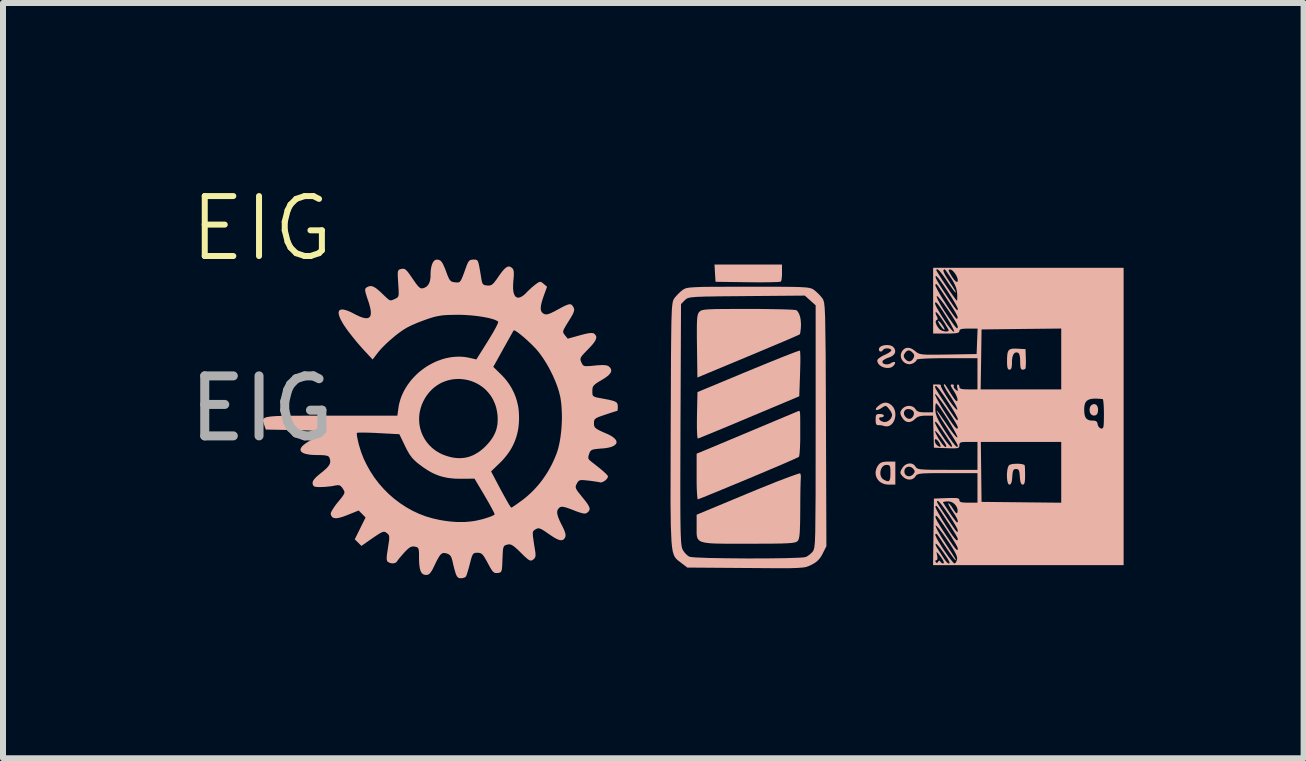
<source format=kicad_pcb>
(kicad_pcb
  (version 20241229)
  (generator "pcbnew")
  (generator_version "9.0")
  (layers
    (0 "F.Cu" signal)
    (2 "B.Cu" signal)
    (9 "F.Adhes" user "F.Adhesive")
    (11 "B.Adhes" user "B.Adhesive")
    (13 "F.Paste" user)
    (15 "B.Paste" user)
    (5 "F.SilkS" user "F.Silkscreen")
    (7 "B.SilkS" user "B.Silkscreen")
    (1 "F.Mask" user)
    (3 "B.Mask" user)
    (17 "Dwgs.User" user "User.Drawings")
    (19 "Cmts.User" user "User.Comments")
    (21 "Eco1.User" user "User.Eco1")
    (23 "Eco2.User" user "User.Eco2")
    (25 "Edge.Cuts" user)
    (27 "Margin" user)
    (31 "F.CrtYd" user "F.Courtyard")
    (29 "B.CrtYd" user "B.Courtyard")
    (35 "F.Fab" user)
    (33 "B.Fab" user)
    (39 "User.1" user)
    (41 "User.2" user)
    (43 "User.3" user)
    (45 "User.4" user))
  (footprint "EIG"
    (layer "F.Cu")
    (at 1.315 1.26)
    (property "Reference" "EIG" (at 0 -0.5 0) (unlocked yes) (layer "F.SilkS") (effects (font (size 1 1) (thickness 0.1))))
    (fp_poly (pts (xy 7.552 0.243) (xy 7.561 0.387) (xy 8.096 0.394) (xy 8.306 0.396) (xy 8.48 0.394) (xy 8.548 0.392) (xy 8.601 0.39) (xy 8.636 0.386) (xy 8.646 0.385) (xy 8.651 0.383) (xy 8.651 0.383) (xy 8.652 0.382) (xy 8.653 0.38) (xy 8.654 0.376) (xy 8.656 0.371) (xy 8.658 0.365) (xy 8.66 0.358) (xy 8.661 0.35) (xy 8.663 0.341) (xy 8.664 0.331) (xy 8.665 0.32) (xy 8.666 0.309) (xy 8.667 0.297) (xy 8.668 0.285) (xy 8.669 0.272) (xy 8.669 0.259) (xy 8.669 0.245) (xy 8.669 0.232) (xy 8.669 0.099) (xy 7.544 0.099)) (stroke (width -0.000001) (type solid)) (fill yes) (layer "B.SilkS"))
    (fp_poly (pts (xy 8.96 1.535) (xy 8.946 1.539) (xy 8.893 1.557) (xy 8.812 1.588) (xy 8.706 1.629) (xy 8.433 1.739) (xy 8.104 1.874) (xy 7.26 2.225) (xy 7.252 2.613) (xy 7.251 2.691) (xy 7.251 2.763) (xy 7.251 2.829) (xy 7.253 2.886) (xy 7.255 2.934) (xy 7.258 2.969) (xy 7.262 2.991) (xy 7.264 2.997) (xy 7.265 2.999) (xy 7.266 2.999) (xy 7.287 2.992) (xy 7.34 2.971) (xy 7.526 2.895) (xy 7.796 2.783) (xy 8.122 2.646) (xy 8.122 2.646) (xy 8.957 2.295) (xy 8.97 1.92) (xy 8.974 1.773) (xy 8.975 1.709) (xy 8.975 1.652) (xy 8.974 1.604) (xy 8.972 1.568) (xy 8.97 1.544) (xy 8.968 1.537) (xy 8.966 1.534)) (stroke (width -0.000001) (type solid)) (fill yes) (layer "B.SilkS"))
    (fp_poly (pts (xy 8.949 2.539) (xy 8.936 2.544) (xy 7.444 3.17) (xy 7.246 3.252) (xy 7.246 3.633) (xy 7.246 3.709) (xy 7.247 3.781) (xy 7.249 3.845) (xy 7.252 3.902) (xy 7.255 3.948) (xy 7.258 3.983) (xy 7.262 4.005) (xy 7.264 4.011) (xy 7.266 4.013) (xy 7.287 4.005) (xy 7.339 3.985) (xy 7.522 3.911) (xy 7.788 3.801) (xy 8.108 3.668) (xy 8.108 3.668) (xy 8.429 3.533) (xy 8.694 3.42) (xy 8.878 3.339) (xy 8.93 3.315) (xy 8.951 3.304) (xy 8.952 3.303) (xy 8.953 3.3) (xy 8.955 3.293) (xy 8.957 3.283) (xy 8.959 3.271) (xy 8.961 3.255) (xy 8.963 3.237) (xy 8.966 3.194) (xy 8.969 3.143) (xy 8.971 3.086) (xy 8.973 3.023) (xy 8.973 2.957) (xy 8.973 2.704) (xy 8.972 2.628) (xy 8.97 2.579) (xy 8.968 2.563) (xy 8.965 2.551) (xy 8.962 2.544) (xy 8.959 2.54) (xy 8.954 2.538)) (stroke (width -0.000001) (type solid)) (fill yes) (layer "B.SilkS"))
    (fp_poly (pts (xy 7.683 0.84) (xy 7.545 0.842) (xy 7.446 0.846) (xy 7.379 0.852) (xy 7.355 0.856) (xy 7.335 0.861) (xy 7.32 0.867) (xy 7.308 0.873) (xy 7.299 0.881) (xy 7.29 0.889) (xy 7.287 0.893) (xy 7.283 0.898) (xy 7.28 0.903) (xy 7.277 0.908) (xy 7.274 0.913) (xy 7.271 0.919) (xy 7.269 0.926) (xy 7.267 0.933) (xy 7.264 0.941) (xy 7.262 0.95) (xy 7.261 0.959) (xy 7.259 0.969) (xy 7.257 0.981) (xy 7.256 0.993) (xy 7.255 1.006) (xy 7.254 1.021) (xy 7.252 1.053) (xy 7.251 1.091) (xy 7.25 1.135) (xy 7.25 1.185) (xy 7.25 1.243) (xy 7.25 1.307) (xy 7.252 1.461) (xy 7.259 1.982) (xy 8.106 1.629) (xy 8.708 1.376) (xy 8.893 1.296) (xy 8.965 1.263) (xy 8.966 1.263) (xy 8.966 1.262) (xy 8.968 1.259) (xy 8.969 1.254) (xy 8.97 1.249) (xy 8.972 1.243) (xy 8.973 1.236) (xy 8.975 1.229) (xy 8.976 1.22) (xy 8.978 1.201) (xy 8.981 1.18) (xy 8.983 1.158) (xy 8.984 1.134) (xy 8.985 1.11) (xy 8.985 1.087) (xy 8.984 1.064) (xy 8.982 1.042) (xy 8.98 1.021) (xy 8.977 1) (xy 8.973 0.981) (xy 8.968 0.962) (xy 8.962 0.944) (xy 8.956 0.928) (xy 8.949 0.913) (xy 8.942 0.899) (xy 8.934 0.887) (xy 8.926 0.876) (xy 8.917 0.867) (xy 8.907 0.86) (xy 8.9 0.858) (xy 8.885 0.856) (xy 8.834 0.852) (xy 8.757 0.848) (xy 8.658 0.845) (xy 8.54 0.843) (xy 8.407 0.841) (xy 8.261 0.839) (xy 8.105 0.839)) (stroke (width -0.000001) (type solid)) (fill yes) (layer "B.SilkS"))
    (fp_poly (pts (xy 11.274 1.039) (xy 11.273 1.039) (xy 11.273 1.039) (xy 11.272 1.04) (xy 11.272 1.04) (xy 11.271 1.041) (xy 11.271 1.042) (xy 11.271 1.044) (xy 11.271 1.045) (xy 11.271 1.047) (xy 11.272 1.051) (xy 11.273 1.055) (xy 11.275 1.06) (xy 11.278 1.065) (xy 11.28 1.071) (xy 11.283 1.077) (xy 11.287 1.083) (xy 11.291 1.09) (xy 11.295 1.097) (xy 11.299 1.104) (xy 11.304 1.111) (xy 11.309 1.118) (xy 11.314 1.125) (xy 11.319 1.132) (xy 11.325 1.14) (xy 11.33 1.146) (xy 11.335 1.153) (xy 11.34 1.159) (xy 11.345 1.164) (xy 11.35 1.169) (xy 11.354 1.173) (xy 11.359 1.177) (xy 11.362 1.18) (xy 11.366 1.182) (xy 11.369 1.184) (xy 11.372 1.185) (xy 11.373 1.186) (xy 11.374 1.186) (xy 11.375 1.186) (xy 11.376 1.186) (xy 11.376 1.185) (xy 11.377 1.185) (xy 11.377 1.184) (xy 11.378 1.183) (xy 11.378 1.182) (xy 11.378 1.181) (xy 11.378 1.181) (xy 11.378 1.179) (xy 11.378 1.177) (xy 11.377 1.174) (xy 11.376 1.169) (xy 11.374 1.165) (xy 11.372 1.159) (xy 11.369 1.154) (xy 11.366 1.148) (xy 11.362 1.141) (xy 11.359 1.135) (xy 11.354 1.128) (xy 11.35 1.121) (xy 11.345 1.114) (xy 11.34 1.106) (xy 11.335 1.099) (xy 11.33 1.092) (xy 11.325 1.085) (xy 11.319 1.078) (xy 11.314 1.072) (xy 11.309 1.066) (xy 11.304 1.06) (xy 11.299 1.056) (xy 11.295 1.051) (xy 11.291 1.048) (xy 11.287 1.045) (xy 11.283 1.042) (xy 11.28 1.04) (xy 11.278 1.039) (xy 11.276 1.039) (xy 11.275 1.039)) (stroke (width -0.000001) (type solid)) (fill yes) (layer "B.SilkS"))
    (fp_poly (pts (xy 8.966 3.58) (xy 8.952 3.583) (xy 8.929 3.59) (xy 8.899 3.6) (xy 8.817 3.629) (xy 8.71 3.669) (xy 8.581 3.718) (xy 8.435 3.777) (xy 8.273 3.842) (xy 8.101 3.913) (xy 7.246 4.269) (xy 7.246 4.466) (xy 7.246 4.565) (xy 7.246 4.585) (xy 7.248 4.604) (xy 7.25 4.622) (xy 7.253 4.638) (xy 7.258 4.653) (xy 7.263 4.666) (xy 7.271 4.678) (xy 7.28 4.689) (xy 7.291 4.699) (xy 7.304 4.708) (xy 7.32 4.716) (xy 7.338 4.722) (xy 7.359 4.728) (xy 7.382 4.733) (xy 7.409 4.738) (xy 7.439 4.741) (xy 7.472 4.745) (xy 7.509 4.747) (xy 7.549 4.749) (xy 7.594 4.75) (xy 7.696 4.752) (xy 7.815 4.753) (xy 8.115 4.753) (xy 8.516 4.751) (xy 8.654 4.749) (xy 8.756 4.745) (xy 8.829 4.74) (xy 8.878 4.732) (xy 8.895 4.728) (xy 8.909 4.722) (xy 8.919 4.716) (xy 8.927 4.71) (xy 8.927 4.71) (xy 8.931 4.706) (xy 8.934 4.702) (xy 8.937 4.698) (xy 8.939 4.693) (xy 8.942 4.688) (xy 8.945 4.683) (xy 8.947 4.676) (xy 8.949 4.669) (xy 8.951 4.662) (xy 8.953 4.653) (xy 8.955 4.644) (xy 8.957 4.634) (xy 8.96 4.612) (xy 8.963 4.586) (xy 8.965 4.555) (xy 8.967 4.52) (xy 8.968 4.481) (xy 8.97 4.436) (xy 8.971 4.385) (xy 8.972 4.329) (xy 8.973 4.197) (xy 8.974 4.009) (xy 8.976 3.847) (xy 8.979 3.726) (xy 8.982 3.666) (xy 8.982 3.659) (xy 8.983 3.653) (xy 8.983 3.647) (xy 8.983 3.64) (xy 8.983 3.634) (xy 8.983 3.628) (xy 8.982 3.622) (xy 8.982 3.616) (xy 8.981 3.61) (xy 8.98 3.605) (xy 8.979 3.6) (xy 8.978 3.595) (xy 8.977 3.591) (xy 8.976 3.587) (xy 8.974 3.584) (xy 8.973 3.581) (xy 8.971 3.58)) (stroke (width -0.000001) (type solid)) (fill yes) (layer "B.SilkS"))
    (fp_poly (pts (xy 13.866 2.426) (xy 13.861 2.427) (xy 13.856 2.428) (xy 13.851 2.429) (xy 13.846 2.431) (xy 13.841 2.433) (xy 13.837 2.435) (xy 13.833 2.438) (xy 13.829 2.441) (xy 13.825 2.444) (xy 13.821 2.448) (xy 13.818 2.451) (xy 13.815 2.456) (xy 13.812 2.46) (xy 13.809 2.464) (xy 13.807 2.469) (xy 13.804 2.474) (xy 13.802 2.479) (xy 13.801 2.485) (xy 13.799 2.49) (xy 13.798 2.496) (xy 13.797 2.502) (xy 13.796 2.508) (xy 13.796 2.514) (xy 13.796 2.52) (xy 13.796 2.527) (xy 13.796 2.533) (xy 13.797 2.54) (xy 13.798 2.547) (xy 13.799 2.553) (xy 13.801 2.56) (xy 13.803 2.567) (xy 13.805 2.573) (xy 13.808 2.578) (xy 13.811 2.583) (xy 13.814 2.588) (xy 13.817 2.592) (xy 13.821 2.596) (xy 13.825 2.6) (xy 13.829 2.603) (xy 13.834 2.606) (xy 13.839 2.609) (xy 13.843 2.611) (xy 13.848 2.613) (xy 13.853 2.614) (xy 13.858 2.615) (xy 13.863 2.616) (xy 13.869 2.616) (xy 13.874 2.616) (xy 13.879 2.616) (xy 13.884 2.615) (xy 13.889 2.614) (xy 13.893 2.612) (xy 13.898 2.61) (xy 13.902 2.608) (xy 13.907 2.605) (xy 13.911 2.602) (xy 13.914 2.599) (xy 13.918 2.595) (xy 13.921 2.591) (xy 13.924 2.586) (xy 13.926 2.581) (xy 13.928 2.576) (xy 13.93 2.57) (xy 13.93 2.57) (xy 13.933 2.555) (xy 13.935 2.54) (xy 13.936 2.527) (xy 13.936 2.513) (xy 13.936 2.501) (xy 13.934 2.489) (xy 13.931 2.478) (xy 13.928 2.468) (xy 13.925 2.463) (xy 13.923 2.458) (xy 13.921 2.454) (xy 13.918 2.45) (xy 13.915 2.447) (xy 13.912 2.443) (xy 13.909 2.44) (xy 13.905 2.437) (xy 13.902 2.435) (xy 13.898 2.432) (xy 13.894 2.431) (xy 13.89 2.429) (xy 13.885 2.428) (xy 13.881 2.427) (xy 13.876 2.426) (xy 13.871 2.426)) (stroke (width -0.000001) (type solid)) (fill yes) (layer "B.SilkS"))
    (fp_poly (pts (xy 10.419 3.384) (xy 10.404 3.385) (xy 10.389 3.386) (xy 10.376 3.387) (xy 10.363 3.389) (xy 10.352 3.391) (xy 10.341 3.394) (xy 10.331 3.397) (xy 10.322 3.401) (xy 10.314 3.405) (xy 10.306 3.41) (xy 10.299 3.416) (xy 10.292 3.422) (xy 10.285 3.429) (xy 10.279 3.436) (xy 10.272 3.445) (xy 10.263 3.459) (xy 10.255 3.473) (xy 10.248 3.487) (xy 10.242 3.502) (xy 10.238 3.516) (xy 10.234 3.53) (xy 10.231 3.544) (xy 10.23 3.558) (xy 10.229 3.572) (xy 10.23 3.586) (xy 10.231 3.599) (xy 10.233 3.612) (xy 10.237 3.625) (xy 10.241 3.638) (xy 10.246 3.65) (xy 10.252 3.662) (xy 10.259 3.673) (xy 10.266 3.684) (xy 10.275 3.695) (xy 10.284 3.705) (xy 10.294 3.714) (xy 10.305 3.723) (xy 10.316 3.731) (xy 10.329 3.738) (xy 10.342 3.745) (xy 10.355 3.75) (xy 10.369 3.755) (xy 10.384 3.76) (xy 10.4 3.763) (xy 10.416 3.765) (xy 10.432 3.767) (xy 10.45 3.767) (xy 10.558 3.767) (xy 10.558 3.576) (xy 10.558 3.576) (xy 10.476 3.576) (xy 10.476 3.601) (xy 10.475 3.623) (xy 10.474 3.642) (xy 10.472 3.659) (xy 10.469 3.674) (xy 10.467 3.68) (xy 10.465 3.685) (xy 10.463 3.69) (xy 10.461 3.695) (xy 10.458 3.698) (xy 10.455 3.702) (xy 10.452 3.704) (xy 10.449 3.706) (xy 10.445 3.708) (xy 10.441 3.709) (xy 10.437 3.71) (xy 10.432 3.71) (xy 10.427 3.709) (xy 10.422 3.708) (xy 10.416 3.707) (xy 10.41 3.705) (xy 10.396 3.7) (xy 10.381 3.693) (xy 10.365 3.684) (xy 10.365 3.684) (xy 10.356 3.679) (xy 10.348 3.673) (xy 10.341 3.666) (xy 10.335 3.659) (xy 10.329 3.651) (xy 10.324 3.642) (xy 10.32 3.633) (xy 10.316 3.624) (xy 10.313 3.614) (xy 10.311 3.604) (xy 10.309 3.594) (xy 10.309 3.584) (xy 10.308 3.573) (xy 10.309 3.563) (xy 10.31 3.553) (xy 10.311 3.542) (xy 10.314 3.532) (xy 10.316 3.522) (xy 10.32 3.512) (xy 10.324 3.503) (xy 10.328 3.494) (xy 10.333 3.485) (xy 10.339 3.477) (xy 10.345 3.47) (xy 10.351 3.463) (xy 10.358 3.457) (xy 10.366 3.452) (xy 10.374 3.447) (xy 10.382 3.444) (xy 10.391 3.441) (xy 10.401 3.439) (xy 10.41 3.439) (xy 10.421 3.439) (xy 10.426 3.439) (xy 10.431 3.44) (xy 10.435 3.44) (xy 10.439 3.441) (xy 10.443 3.442) (xy 10.446 3.443) (xy 10.449 3.444) (xy 10.452 3.445) (xy 10.455 3.447) (xy 10.458 3.449) (xy 10.46 3.451) (xy 10.462 3.454) (xy 10.464 3.457) (xy 10.466 3.46) (xy 10.467 3.464) (xy 10.469 3.468) (xy 10.47 3.472) (xy 10.471 3.477) (xy 10.472 3.482) (xy 10.473 3.488) (xy 10.474 3.494) (xy 10.474 3.501) (xy 10.475 3.516) (xy 10.476 3.534) (xy 10.476 3.553) (xy 10.476 3.576) (xy 10.558 3.576) (xy 10.558 3.384) (xy 10.436 3.384)) (stroke (width -0.000001) (type solid)) (fill yes) (layer "B.SilkS"))
    (fp_poly (pts (xy 12.521 1.501) (xy 12.511 1.502) (xy 12.502 1.503) (xy 12.493 1.505) (xy 12.485 1.507) (xy 12.478 1.509) (xy 12.471 1.512) (xy 12.465 1.515) (xy 12.459 1.519) (xy 12.454 1.524) (xy 12.449 1.529) (xy 12.445 1.534) (xy 12.441 1.541) (xy 12.437 1.547) (xy 12.434 1.555) (xy 12.432 1.563) (xy 12.429 1.572) (xy 12.427 1.582) (xy 12.426 1.592) (xy 12.423 1.616) (xy 12.421 1.643) (xy 12.42 1.673) (xy 12.42 1.708) (xy 12.42 1.745) (xy 12.421 1.762) (xy 12.422 1.776) (xy 12.423 1.789) (xy 12.424 1.801) (xy 12.426 1.812) (xy 12.428 1.821) (xy 12.431 1.828) (xy 12.434 1.835) (xy 12.437 1.84) (xy 12.441 1.844) (xy 12.445 1.847) (xy 12.45 1.85) (xy 12.455 1.851) (xy 12.461 1.851) (xy 12.463 1.851) (xy 12.466 1.851) (xy 12.469 1.85) (xy 12.471 1.85) (xy 12.473 1.849) (xy 12.476 1.848) (xy 12.478 1.847) (xy 12.48 1.845) (xy 12.482 1.843) (xy 12.483 1.841) (xy 12.485 1.839) (xy 12.487 1.837) (xy 12.488 1.834) (xy 12.49 1.831) (xy 12.491 1.828) (xy 12.492 1.825) (xy 12.494 1.821) (xy 12.495 1.817) (xy 12.496 1.813) (xy 12.497 1.809) (xy 12.497 1.804) (xy 12.498 1.799) (xy 12.499 1.794) (xy 12.499 1.788) (xy 12.5 1.783) (xy 12.5 1.777) (xy 12.501 1.77) (xy 12.501 1.763) (xy 12.502 1.749) (xy 12.502 1.734) (xy 12.502 1.711) (xy 12.503 1.689) (xy 12.506 1.67) (xy 12.508 1.652) (xy 12.512 1.635) (xy 12.517 1.62) (xy 12.522 1.607) (xy 12.528 1.595) (xy 12.531 1.59) (xy 12.535 1.586) (xy 12.539 1.581) (xy 12.542 1.578) (xy 12.546 1.574) (xy 12.551 1.571) (xy 12.555 1.569) (xy 12.559 1.567) (xy 12.564 1.566) (xy 12.569 1.565) (xy 12.574 1.564) (xy 12.579 1.564) (xy 12.584 1.565) (xy 12.59 1.566) (xy 12.595 1.567) (xy 12.601 1.569) (xy 12.603 1.57) (xy 12.605 1.571) (xy 12.607 1.573) (xy 12.61 1.574) (xy 12.612 1.576) (xy 12.614 1.579) (xy 12.615 1.581) (xy 12.617 1.584) (xy 12.619 1.587) (xy 12.621 1.59) (xy 12.622 1.593) (xy 12.624 1.597) (xy 12.625 1.601) (xy 12.626 1.605) (xy 12.628 1.609) (xy 12.629 1.614) (xy 12.63 1.618) (xy 12.631 1.623) (xy 12.633 1.634) (xy 12.635 1.646) (xy 12.636 1.658) (xy 12.637 1.672) (xy 12.638 1.686) (xy 12.638 1.701) (xy 12.639 1.717) (xy 12.639 1.735) (xy 12.639 1.751) (xy 12.64 1.766) (xy 12.641 1.78) (xy 12.642 1.792) (xy 12.643 1.803) (xy 12.645 1.813) (xy 12.647 1.821) (xy 12.65 1.829) (xy 12.653 1.835) (xy 12.656 1.84) (xy 12.66 1.844) (xy 12.664 1.847) (xy 12.668 1.85) (xy 12.673 1.851) (xy 12.678 1.851) (xy 12.682 1.851) (xy 12.686 1.851) (xy 12.69 1.85) (xy 12.694 1.85) (xy 12.698 1.849) (xy 12.702 1.848) (xy 12.705 1.847) (xy 12.709 1.845) (xy 12.712 1.844) (xy 12.715 1.842) (xy 12.718 1.841) (xy 12.721 1.839) (xy 12.723 1.837) (xy 12.725 1.835) (xy 12.726 1.833) (xy 12.728 1.831) (xy 12.728 1.831) (xy 12.729 1.828) (xy 12.73 1.824) (xy 12.73 1.818) (xy 12.731 1.811) (xy 12.732 1.793) (xy 12.733 1.772) (xy 12.734 1.747) (xy 12.734 1.72) (xy 12.734 1.69) (xy 12.733 1.66) (xy 12.728 1.509) (xy 12.596 1.502) (xy 12.568 1.5) (xy 12.543 1.5)) (stroke (width -0.000001) (type solid)) (fill yes) (layer "B.SilkS"))
    (fp_poly (pts (xy 12.574 3.42) (xy 12.552 3.42) (xy 12.531 3.422) (xy 12.512 3.424) (xy 12.494 3.428) (xy 12.478 3.432) (xy 12.472 3.434) (xy 12.466 3.437) (xy 12.461 3.439) (xy 12.456 3.442) (xy 12.452 3.447) (xy 12.447 3.453) (xy 12.443 3.46) (xy 12.439 3.469) (xy 12.432 3.489) (xy 12.427 3.512) (xy 12.423 3.537) (xy 12.42 3.564) (xy 12.418 3.593) (xy 12.418 3.621) (xy 12.419 3.649) (xy 12.421 3.676) (xy 12.424 3.701) (xy 12.429 3.723) (xy 12.435 3.741) (xy 12.438 3.749) (xy 12.442 3.755) (xy 12.445 3.76) (xy 12.45 3.764) (xy 12.454 3.766) (xy 12.459 3.767) (xy 12.462 3.767) (xy 12.464 3.767) (xy 12.467 3.766) (xy 12.469 3.765) (xy 12.471 3.764) (xy 12.473 3.763) (xy 12.475 3.762) (xy 12.477 3.76) (xy 12.479 3.758) (xy 12.481 3.756) (xy 12.483 3.753) (xy 12.485 3.75) (xy 12.487 3.747) (xy 12.488 3.744) (xy 12.49 3.74) (xy 12.491 3.737) (xy 12.493 3.732) (xy 12.494 3.728) (xy 12.495 3.723) (xy 12.497 3.719) (xy 12.498 3.713) (xy 12.499 3.708) (xy 12.5 3.702) (xy 12.501 3.696) (xy 12.502 3.69) (xy 12.503 3.683) (xy 12.504 3.676) (xy 12.504 3.669) (xy 12.506 3.654) (xy 12.507 3.637) (xy 12.508 3.618) (xy 12.51 3.6) (xy 12.512 3.585) (xy 12.513 3.571) (xy 12.516 3.559) (xy 12.518 3.548) (xy 12.521 3.539) (xy 12.524 3.531) (xy 12.528 3.525) (xy 12.53 3.522) (xy 12.532 3.52) (xy 12.534 3.517) (xy 12.537 3.515) (xy 12.539 3.514) (xy 12.542 3.512) (xy 12.548 3.51) (xy 12.555 3.508) (xy 12.562 3.508) (xy 12.57 3.507) (xy 12.574 3.507) (xy 12.578 3.508) (xy 12.582 3.508) (xy 12.586 3.508) (xy 12.589 3.509) (xy 12.592 3.51) (xy 12.595 3.511) (xy 12.598 3.512) (xy 12.601 3.514) (xy 12.604 3.515) (xy 12.606 3.517) (xy 12.608 3.52) (xy 12.611 3.522) (xy 12.613 3.525) (xy 12.614 3.528) (xy 12.616 3.531) (xy 12.618 3.535) (xy 12.619 3.539) (xy 12.621 3.544) (xy 12.622 3.548) (xy 12.624 3.553) (xy 12.625 3.559) (xy 12.626 3.565) (xy 12.627 3.571) (xy 12.628 3.578) (xy 12.629 3.585) (xy 12.63 3.6) (xy 12.632 3.618) (xy 12.633 3.637) (xy 12.634 3.654) (xy 12.636 3.669) (xy 12.637 3.683) (xy 12.639 3.696) (xy 12.641 3.708) (xy 12.644 3.719) (xy 12.646 3.728) (xy 12.649 3.737) (xy 12.652 3.744) (xy 12.655 3.75) (xy 12.659 3.756) (xy 12.663 3.76) (xy 12.667 3.763) (xy 12.671 3.765) (xy 12.676 3.767) (xy 12.681 3.767) (xy 12.684 3.767) (xy 12.686 3.767) (xy 12.689 3.766) (xy 12.691 3.765) (xy 12.694 3.764) (xy 12.696 3.763) (xy 12.698 3.762) (xy 12.7 3.76) (xy 12.702 3.758) (xy 12.703 3.755) (xy 12.705 3.752) (xy 12.707 3.749) (xy 12.708 3.746) (xy 12.71 3.743) (xy 12.711 3.739) (xy 12.712 3.734) (xy 12.713 3.73) (xy 12.714 3.725) (xy 12.715 3.72) (xy 12.716 3.714) (xy 12.717 3.708) (xy 12.717 3.702) (xy 12.718 3.695) (xy 12.719 3.688) (xy 12.719 3.68) (xy 12.72 3.673) (xy 12.72 3.664) (xy 12.72 3.656) (xy 12.721 3.637) (xy 12.721 3.617) (xy 12.721 3.617) (xy 12.72 3.557) (xy 12.719 3.505) (xy 12.718 3.483) (xy 12.716 3.466) (xy 12.715 3.453) (xy 12.714 3.446) (xy 12.712 3.443) (xy 12.709 3.44) (xy 12.706 3.438) (xy 12.701 3.435) (xy 12.696 3.433) (xy 12.689 3.431) (xy 12.674 3.427) (xy 12.657 3.424) (xy 12.638 3.422) (xy 12.617 3.42) (xy 12.596 3.419)) (stroke (width -0.000001) (type solid)) (fill yes) (layer "B.SilkS"))
    (fp_poly (pts (xy 7.529 0.47) (xy 7.345 0.472) (xy 7.215 0.477) (xy 7.129 0.483) (xy 7.073 0.493) (xy 7.054 0.5) (xy 7.038 0.507) (xy 7.01 0.525) (xy 7.002 0.531) (xy 6.994 0.538) (xy 6.985 0.545) (xy 6.976 0.553) (xy 6.958 0.57) (xy 6.94 0.587) (xy 6.922 0.606) (xy 6.906 0.624) (xy 6.898 0.632) (xy 6.891 0.641) (xy 6.884 0.649) (xy 6.878 0.657) (xy 6.873 0.664) (xy 6.868 0.671) (xy 6.864 0.679) (xy 6.86 0.687) (xy 6.856 0.697) (xy 6.852 0.708) (xy 6.849 0.721) (xy 6.846 0.736) (xy 6.843 0.755) (xy 6.84 0.776) (xy 6.838 0.8) (xy 6.835 0.829) (xy 6.833 0.862) (xy 6.831 0.899) (xy 6.83 0.941) (xy 6.828 0.988) (xy 6.826 1.041) (xy 6.825 1.1) (xy 6.824 1.166) (xy 6.823 1.238) (xy 6.821 1.405) (xy 6.819 1.603) (xy 6.818 1.835) (xy 6.817 2.105) (xy 6.814 2.77) (xy 6.811 4.062) (xy 6.816 4.453) (xy 6.827 4.714) (xy 6.836 4.805) (xy 6.847 4.875) (xy 6.862 4.928) (xy 6.879 4.968) (xy 6.901 4.998) (xy 6.925 5.023) (xy 6.988 5.071) (xy 7.091 5.15) (xy 8.065 5.157) (xy 8.627 5.161) (xy 8.805 5.16) (xy 8.93 5.156) (xy 9.016 5.149) (xy 9.048 5.145) (xy 9.075 5.139) (xy 9.119 5.123) (xy 9.162 5.103) (xy 9.162 5.103) (xy 9.178 5.094) (xy 9.194 5.085) (xy 9.209 5.076) (xy 9.223 5.067) (xy 9.236 5.058) (xy 9.248 5.048) (xy 9.26 5.037) (xy 9.271 5.027) (xy 9.282 5.015) (xy 9.292 5.003) (xy 9.302 4.991) (xy 9.312 4.978) (xy 9.321 4.964) (xy 9.33 4.949) (xy 9.339 4.933) (xy 9.347 4.917) (xy 9.409 4.794) (xy 9.402 2.804) (xy 9.23 2.804) (xy 9.229 3.96) (xy 9.223 4.57) (xy 9.217 4.728) (xy 9.207 4.818) (xy 9.193 4.865) (xy 9.176 4.89) (xy 9.17 4.896) (xy 9.163 4.903) (xy 9.157 4.909) (xy 9.15 4.915) (xy 9.143 4.922) (xy 9.136 4.928) (xy 9.128 4.934) (xy 9.121 4.94) (xy 9.113 4.945) (xy 9.106 4.95) (xy 9.099 4.955) (xy 9.092 4.96) (xy 9.085 4.964) (xy 9.078 4.968) (xy 9.072 4.971) (xy 9.066 4.973) (xy 9.031 4.98) (xy 8.961 4.985) (xy 8.737 4.993) (xy 8.435 4.997) (xy 8.093 4.998) (xy 7.752 4.995) (xy 7.451 4.99) (xy 7.229 4.981) (xy 7.16 4.975) (xy 7.126 4.969) (xy 7.126 4.969) (xy 7.119 4.965) (xy 7.112 4.961) (xy 7.105 4.956) (xy 7.097 4.95) (xy 7.089 4.944) (xy 7.081 4.937) (xy 7.074 4.929) (xy 7.066 4.922) (xy 7.058 4.914) (xy 7.051 4.905) (xy 7.044 4.897) (xy 7.037 4.888) (xy 7.031 4.879) (xy 7.025 4.87) (xy 7.019 4.861) (xy 7.014 4.852) (xy 7.011 4.845) (xy 7.007 4.836) (xy 7.004 4.826) (xy 7.001 4.815) (xy 6.998 4.801) (xy 6.995 4.786) (xy 6.99 4.748) (xy 6.986 4.699) (xy 6.983 4.636) (xy 6.98 4.557) (xy 6.978 4.46) (xy 6.976 4.342) (xy 6.975 4.202) (xy 6.974 3.845) (xy 6.975 3.371) (xy 6.977 2.762) (xy 6.986 0.758) (xy 7.048 0.695) (xy 7.054 0.69) (xy 7.059 0.685) (xy 7.065 0.68) (xy 7.071 0.675) (xy 7.074 0.673) (xy 7.077 0.671) (xy 7.08 0.669) (xy 7.083 0.667) (xy 7.087 0.665) (xy 7.091 0.663) (xy 7.095 0.661) (xy 7.099 0.659) (xy 7.104 0.658) (xy 7.109 0.656) (xy 7.114 0.655) (xy 7.12 0.653) (xy 7.126 0.652) (xy 7.133 0.65) (xy 7.139 0.649) (xy 7.147 0.648) (xy 7.163 0.646) (xy 7.181 0.644) (xy 7.202 0.642) (xy 7.225 0.64) (xy 7.25 0.638) (xy 7.279 0.637) (xy 7.31 0.636) (xy 7.345 0.635) (xy 7.383 0.633) (xy 7.424 0.633) (xy 7.47 0.632) (xy 7.519 0.631) (xy 7.631 0.629) (xy 7.76 0.628) (xy 8.08 0.625) (xy 9.049 0.617) (xy 9.14 0.698) (xy 9.23 0.779) (xy 9.23 2.804) (xy 9.402 2.804) (xy 9.402 2.763) (xy 9.397 1.6) (xy 9.388 0.987) (xy 9.381 0.829) (xy 9.371 0.736) (xy 9.357 0.687) (xy 9.338 0.657) (xy 9.332 0.649) (xy 9.325 0.641) (xy 9.318 0.632) (xy 9.31 0.624) (xy 9.294 0.605) (xy 9.276 0.587) (xy 9.258 0.57) (xy 9.24 0.553) (xy 9.231 0.545) (xy 9.222 0.538) (xy 9.214 0.531) (xy 9.206 0.525) (xy 9.199 0.52) (xy 9.193 0.516) (xy 9.186 0.511) (xy 9.179 0.507) (xy 9.171 0.503) (xy 9.162 0.5) (xy 9.153 0.497) (xy 9.143 0.493) (xy 9.131 0.491) (xy 9.118 0.488) (xy 9.104 0.486) (xy 9.088 0.483) (xy 9.069 0.481) (xy 9.049 0.48) (xy 9.026 0.478) (xy 9.001 0.477) (xy 8.973 0.475) (xy 8.942 0.474) (xy 8.908 0.473) (xy 8.871 0.472) (xy 8.787 0.471) (xy 8.687 0.47) (xy 8.571 0.469) (xy 8.436 0.469) (xy 8.108 0.469)) (stroke (width -0.000001) (type solid)) (fill yes) (layer "B.SilkS"))
    (fp_poly (pts (xy 10.407 1.441) (xy 10.386 1.443) (xy 10.366 1.446) (xy 10.347 1.451) (xy 10.338 1.454) (xy 10.33 1.458) (xy 10.322 1.462) (xy 10.315 1.466) (xy 10.308 1.47) (xy 10.302 1.475) (xy 10.297 1.481) (xy 10.293 1.486) (xy 10.289 1.492) (xy 10.287 1.499) (xy 10.285 1.505) (xy 10.284 1.512) (xy 10.285 1.516) (xy 10.285 1.52) (xy 10.285 1.523) (xy 10.286 1.527) (xy 10.287 1.53) (xy 10.289 1.533) (xy 10.29 1.536) (xy 10.292 1.538) (xy 10.293 1.54) (xy 10.295 1.542) (xy 10.297 1.544) (xy 10.299 1.545) (xy 10.302 1.547) (xy 10.304 1.548) (xy 10.307 1.548) (xy 10.309 1.549) (xy 10.312 1.549) (xy 10.315 1.549) (xy 10.317 1.549) (xy 10.32 1.549) (xy 10.323 1.548) (xy 10.326 1.547) (xy 10.329 1.546) (xy 10.332 1.544) (xy 10.334 1.543) (xy 10.337 1.541) (xy 10.34 1.538) (xy 10.343 1.536) (xy 10.345 1.533) (xy 10.348 1.53) (xy 10.35 1.526) (xy 10.353 1.523) (xy 10.355 1.52) (xy 10.358 1.517) (xy 10.361 1.514) (xy 10.364 1.511) (xy 10.368 1.509) (xy 10.372 1.507) (xy 10.376 1.505) (xy 10.38 1.503) (xy 10.385 1.501) (xy 10.39 1.5) (xy 10.395 1.499) (xy 10.4 1.498) (xy 10.411 1.497) (xy 10.421 1.496) (xy 10.432 1.497) (xy 10.443 1.498) (xy 10.448 1.499) (xy 10.453 1.5) (xy 10.458 1.501) (xy 10.462 1.503) (xy 10.467 1.505) (xy 10.471 1.507) (xy 10.475 1.509) (xy 10.479 1.511) (xy 10.482 1.514) (xy 10.485 1.517) (xy 10.488 1.52) (xy 10.49 1.523) (xy 10.491 1.525) (xy 10.491 1.526) (xy 10.491 1.528) (xy 10.491 1.53) (xy 10.49 1.532) (xy 10.489 1.534) (xy 10.488 1.536) (xy 10.487 1.538) (xy 10.485 1.54) (xy 10.483 1.543) (xy 10.481 1.545) (xy 10.478 1.548) (xy 10.475 1.55) (xy 10.472 1.553) (xy 10.469 1.556) (xy 10.465 1.558) (xy 10.457 1.564) (xy 10.449 1.57) (xy 10.439 1.575) (xy 10.429 1.581) (xy 10.418 1.587) (xy 10.407 1.593) (xy 10.395 1.599) (xy 10.382 1.604) (xy 10.369 1.61) (xy 10.357 1.616) (xy 10.345 1.622) (xy 10.333 1.628) (xy 10.323 1.635) (xy 10.312 1.641) (xy 10.303 1.647) (xy 10.294 1.654) (xy 10.286 1.66) (xy 10.278 1.666) (xy 10.272 1.672) (xy 10.267 1.678) (xy 10.263 1.684) (xy 10.26 1.689) (xy 10.258 1.693) (xy 10.257 1.696) (xy 10.257 1.698) (xy 10.258 1.708) (xy 10.259 1.718) (xy 10.262 1.727) (xy 10.266 1.736) (xy 10.271 1.745) (xy 10.276 1.754) (xy 10.283 1.762) (xy 10.29 1.769) (xy 10.298 1.777) (xy 10.306 1.783) (xy 10.315 1.79) (xy 10.325 1.796) (xy 10.335 1.801) (xy 10.345 1.806) (xy 10.356 1.81) (xy 10.367 1.814) (xy 10.378 1.817) (xy 10.39 1.819) (xy 10.401 1.821) (xy 10.413 1.823) (xy 10.424 1.823) (xy 10.436 1.823) (xy 10.447 1.823) (xy 10.458 1.821) (xy 10.469 1.819) (xy 10.479 1.816) (xy 10.489 1.813) (xy 10.499 1.808) (xy 10.508 1.803) (xy 10.516 1.797) (xy 10.524 1.79) (xy 10.531 1.782) (xy 10.531 1.782) (xy 10.535 1.777) (xy 10.539 1.772) (xy 10.542 1.767) (xy 10.545 1.763) (xy 10.548 1.758) (xy 10.55 1.754) (xy 10.551 1.75) (xy 10.553 1.747) (xy 10.554 1.743) (xy 10.554 1.74) (xy 10.554 1.737) (xy 10.554 1.734) (xy 10.553 1.732) (xy 10.552 1.73) (xy 10.551 1.728) (xy 10.549 1.726) (xy 10.547 1.725) (xy 10.545 1.724) (xy 10.542 1.723) (xy 10.539 1.723) (xy 10.536 1.723) (xy 10.532 1.723) (xy 10.529 1.724) (xy 10.524 1.725) (xy 10.52 1.726) (xy 10.515 1.727) (xy 10.511 1.729) (xy 10.505 1.732) (xy 10.5 1.734) (xy 10.494 1.737) (xy 10.488 1.74) (xy 10.482 1.744) (xy 10.477 1.748) (xy 10.471 1.75) (xy 10.465 1.753) (xy 10.459 1.755) (xy 10.452 1.757) (xy 10.446 1.759) (xy 10.433 1.762) (xy 10.421 1.763) (xy 10.408 1.763) (xy 10.396 1.762) (xy 10.385 1.76) (xy 10.375 1.756) (xy 10.37 1.754) (xy 10.366 1.752) (xy 10.361 1.75) (xy 10.358 1.747) (xy 10.354 1.745) (xy 10.351 1.742) (xy 10.349 1.738) (xy 10.346 1.735) (xy 10.345 1.731) (xy 10.344 1.728) (xy 10.343 1.724) (xy 10.343 1.719) (xy 10.344 1.715) (xy 10.345 1.711) (xy 10.346 1.709) (xy 10.346 1.707) (xy 10.348 1.706) (xy 10.349 1.704) (xy 10.35 1.702) (xy 10.352 1.7) (xy 10.354 1.698) (xy 10.356 1.696) (xy 10.361 1.692) (xy 10.367 1.688) (xy 10.373 1.684) (xy 10.38 1.68) (xy 10.387 1.676) (xy 10.395 1.672) (xy 10.403 1.667) (xy 10.412 1.663) (xy 10.421 1.66) (xy 10.43 1.656) (xy 10.44 1.652) (xy 10.45 1.649) (xy 10.459 1.646) (xy 10.468 1.643) (xy 10.476 1.639) (xy 10.484 1.635) (xy 10.492 1.631) (xy 10.499 1.627) (xy 10.506 1.623) (xy 10.512 1.618) (xy 10.518 1.614) (xy 10.524 1.609) (xy 10.529 1.604) (xy 10.534 1.599) (xy 10.538 1.593) (xy 10.542 1.588) (xy 10.545 1.583) (xy 10.548 1.577) (xy 10.55 1.571) (xy 10.552 1.566) (xy 10.554 1.56) (xy 10.555 1.554) (xy 10.555 1.548) (xy 10.555 1.542) (xy 10.555 1.536) (xy 10.554 1.53) (xy 10.553 1.524) (xy 10.551 1.517) (xy 10.549 1.511) (xy 10.546 1.505) (xy 10.543 1.499) (xy 10.539 1.493) (xy 10.534 1.487) (xy 10.53 1.48) (xy 10.524 1.474) (xy 10.518 1.469) (xy 10.511 1.464) (xy 10.503 1.459) (xy 10.495 1.455) (xy 10.486 1.452) (xy 10.477 1.449) (xy 10.468 1.446) (xy 10.458 1.444) (xy 10.448 1.443) (xy 10.427 1.441)) (stroke (width -0.000001) (type solid)) (fill yes) (layer "B.SilkS"))
    (fp_poly (pts (xy 10.39 2.401) (xy 10.383 2.402) (xy 10.376 2.403) (xy 10.369 2.404) (xy 10.362 2.406) (xy 10.355 2.408) (xy 10.348 2.41) (xy 10.341 2.413) (xy 10.333 2.417) (xy 10.326 2.42) (xy 10.319 2.424) (xy 10.311 2.429) (xy 10.304 2.434) (xy 10.296 2.439) (xy 10.281 2.451) (xy 10.273 2.457) (xy 10.266 2.463) (xy 10.26 2.469) (xy 10.254 2.475) (xy 10.249 2.481) (xy 10.245 2.486) (xy 10.241 2.491) (xy 10.238 2.495) (xy 10.236 2.5) (xy 10.234 2.504) (xy 10.233 2.507) (xy 10.232 2.511) (xy 10.232 2.514) (xy 10.233 2.516) (xy 10.234 2.518) (xy 10.236 2.52) (xy 10.238 2.522) (xy 10.241 2.523) (xy 10.244 2.524) (xy 10.248 2.524) (xy 10.252 2.524) (xy 10.257 2.523) (xy 10.262 2.522) (xy 10.267 2.521) (xy 10.273 2.519) (xy 10.28 2.516) (xy 10.287 2.513) (xy 10.294 2.51) (xy 10.302 2.506) (xy 10.31 2.502) (xy 10.318 2.497) (xy 10.327 2.491) (xy 10.339 2.483) (xy 10.351 2.475) (xy 10.361 2.469) (xy 10.37 2.464) (xy 10.374 2.462) (xy 10.378 2.461) (xy 10.382 2.459) (xy 10.385 2.458) (xy 10.388 2.458) (xy 10.392 2.457) (xy 10.395 2.457) (xy 10.398 2.457) (xy 10.401 2.458) (xy 10.404 2.459) (xy 10.407 2.46) (xy 10.41 2.461) (xy 10.412 2.463) (xy 10.415 2.465) (xy 10.418 2.468) (xy 10.422 2.47) (xy 10.428 2.477) (xy 10.435 2.485) (xy 10.443 2.495) (xy 10.452 2.506) (xy 10.457 2.512) (xy 10.462 2.519) (xy 10.467 2.526) (xy 10.472 2.533) (xy 10.477 2.54) (xy 10.481 2.546) (xy 10.485 2.553) (xy 10.488 2.56) (xy 10.492 2.566) (xy 10.495 2.572) (xy 10.497 2.578) (xy 10.499 2.584) (xy 10.501 2.589) (xy 10.502 2.594) (xy 10.503 2.598) (xy 10.503 2.602) (xy 10.503 2.608) (xy 10.503 2.614) (xy 10.502 2.62) (xy 10.5 2.626) (xy 10.498 2.632) (xy 10.496 2.638) (xy 10.494 2.644) (xy 10.491 2.65) (xy 10.488 2.656) (xy 10.485 2.661) (xy 10.481 2.667) (xy 10.477 2.672) (xy 10.473 2.677) (xy 10.469 2.682) (xy 10.464 2.686) (xy 10.459 2.691) (xy 10.454 2.695) (xy 10.449 2.699) (xy 10.444 2.703) (xy 10.439 2.706) (xy 10.433 2.709) (xy 10.427 2.712) (xy 10.422 2.715) (xy 10.416 2.717) (xy 10.41 2.719) (xy 10.404 2.721) (xy 10.398 2.722) (xy 10.391 2.723) (xy 10.385 2.724) (xy 10.379 2.724) (xy 10.373 2.723) (xy 10.367 2.723) (xy 10.36 2.722) (xy 10.354 2.72) (xy 10.348 2.718) (xy 10.342 2.716) (xy 10.336 2.714) (xy 10.33 2.712) (xy 10.325 2.709) (xy 10.32 2.706) (xy 10.315 2.703) (xy 10.311 2.7) (xy 10.307 2.697) (xy 10.303 2.693) (xy 10.3 2.69) (xy 10.297 2.687) (xy 10.295 2.683) (xy 10.293 2.68) (xy 10.291 2.676) (xy 10.29 2.673) (xy 10.289 2.67) (xy 10.288 2.667) (xy 10.288 2.664) (xy 10.289 2.661) (xy 10.29 2.658) (xy 10.292 2.656) (xy 10.294 2.653) (xy 10.296 2.651) (xy 10.299 2.649) (xy 10.303 2.648) (xy 10.307 2.647) (xy 10.312 2.646) (xy 10.317 2.645) (xy 10.323 2.645) (xy 10.328 2.645) (xy 10.332 2.644) (xy 10.336 2.644) (xy 10.34 2.643) (xy 10.344 2.642) (xy 10.347 2.64) (xy 10.351 2.639) (xy 10.354 2.637) (xy 10.357 2.635) (xy 10.359 2.633) (xy 10.361 2.631) (xy 10.362 2.629) (xy 10.363 2.628) (xy 10.364 2.627) (xy 10.365 2.626) (xy 10.365 2.624) (xy 10.366 2.623) (xy 10.366 2.622) (xy 10.366 2.62) (xy 10.366 2.619) (xy 10.366 2.618) (xy 10.366 2.616) (xy 10.366 2.615) (xy 10.366 2.613) (xy 10.365 2.612) (xy 10.364 2.611) (xy 10.363 2.609) (xy 10.362 2.608) (xy 10.361 2.607) (xy 10.36 2.606) (xy 10.358 2.604) (xy 10.357 2.603) (xy 10.355 2.602) (xy 10.353 2.601) (xy 10.351 2.6) (xy 10.349 2.599) (xy 10.346 2.598) (xy 10.344 2.597) (xy 10.342 2.596) (xy 10.339 2.596) (xy 10.336 2.595) (xy 10.333 2.594) (xy 10.331 2.593) (xy 10.328 2.593) (xy 10.325 2.592) (xy 10.322 2.592) (xy 10.318 2.591) (xy 10.315 2.591) (xy 10.312 2.591) (xy 10.308 2.59) (xy 10.305 2.59) (xy 10.302 2.59) (xy 10.298 2.59) (xy 10.287 2.59) (xy 10.278 2.591) (xy 10.274 2.591) (xy 10.27 2.592) (xy 10.266 2.592) (xy 10.262 2.593) (xy 10.259 2.594) (xy 10.256 2.595) (xy 10.253 2.597) (xy 10.25 2.598) (xy 10.248 2.6) (xy 10.245 2.602) (xy 10.243 2.604) (xy 10.241 2.606) (xy 10.24 2.609) (xy 10.238 2.612) (xy 10.237 2.615) (xy 10.236 2.618) (xy 10.234 2.622) (xy 10.233 2.626) (xy 10.233 2.63) (xy 10.232 2.635) (xy 10.231 2.64) (xy 10.231 2.645) (xy 10.23 2.657) (xy 10.23 2.67) (xy 10.23 2.684) (xy 10.23 2.697) (xy 10.23 2.709) (xy 10.231 2.72) (xy 10.232 2.729) (xy 10.233 2.738) (xy 10.235 2.746) (xy 10.237 2.752) (xy 10.24 2.758) (xy 10.241 2.761) (xy 10.243 2.763) (xy 10.244 2.765) (xy 10.246 2.767) (xy 10.248 2.769) (xy 10.25 2.77) (xy 10.252 2.772) (xy 10.255 2.773) (xy 10.257 2.774) (xy 10.259 2.775) (xy 10.265 2.776) (xy 10.271 2.776) (xy 10.278 2.776) (xy 10.283 2.776) (xy 10.288 2.776) (xy 10.294 2.776) (xy 10.299 2.777) (xy 10.311 2.778) (xy 10.323 2.779) (xy 10.335 2.781) (xy 10.347 2.784) (xy 10.352 2.785) (xy 10.357 2.787) (xy 10.362 2.788) (xy 10.366 2.79) (xy 10.371 2.791) (xy 10.376 2.792) (xy 10.381 2.793) (xy 10.386 2.794) (xy 10.391 2.795) (xy 10.396 2.796) (xy 10.402 2.796) (xy 10.408 2.796) (xy 10.413 2.796) (xy 10.419 2.796) (xy 10.424 2.795) (xy 10.429 2.795) (xy 10.435 2.794) (xy 10.44 2.793) (xy 10.444 2.792) (xy 10.449 2.79) (xy 10.449 2.79) (xy 10.459 2.786) (xy 10.47 2.781) (xy 10.479 2.775) (xy 10.488 2.768) (xy 10.497 2.76) (xy 10.505 2.752) (xy 10.513 2.743) (xy 10.52 2.733) (xy 10.526 2.723) (xy 10.532 2.713) (xy 10.538 2.702) (xy 10.542 2.69) (xy 10.546 2.679) (xy 10.55 2.667) (xy 10.553 2.654) (xy 10.555 2.642) (xy 10.557 2.629) (xy 10.558 2.616) (xy 10.559 2.603) (xy 10.558 2.591) (xy 10.558 2.578) (xy 10.556 2.565) (xy 10.554 2.553) (xy 10.551 2.54) (xy 10.548 2.528) (xy 10.543 2.516) (xy 10.539 2.505) (xy 10.533 2.493) (xy 10.527 2.483) (xy 10.52 2.472) (xy 10.512 2.463) (xy 10.503 2.453) (xy 10.497 2.447) (xy 10.49 2.441) (xy 10.484 2.436) (xy 10.477 2.431) (xy 10.471 2.426) (xy 10.464 2.422) (xy 10.458 2.418) (xy 10.451 2.415) (xy 10.445 2.412) (xy 10.438 2.409) (xy 10.431 2.407) (xy 10.424 2.405) (xy 10.418 2.403) (xy 10.411 2.402) (xy 10.404 2.402) (xy 10.397 2.401)) (stroke (width -0.000001) (type solid)) (fill yes) (layer "B.SilkS"))
    (fp_poly (pts (xy 2.911 0.018) (xy 2.905 0.018) (xy 2.899 0.02) (xy 2.894 0.022) (xy 2.888 0.024) (xy 2.883 0.028) (xy 2.878 0.031) (xy 2.873 0.035) (xy 2.868 0.04) (xy 2.864 0.045) (xy 2.859 0.051) (xy 2.855 0.057) (xy 2.851 0.064) (xy 2.847 0.071) (xy 2.843 0.079) (xy 2.84 0.087) (xy 2.837 0.096) (xy 2.833 0.105) (xy 2.83 0.114) (xy 2.828 0.124) (xy 2.825 0.134) (xy 2.823 0.145) (xy 2.821 0.156) (xy 2.819 0.168) (xy 2.817 0.18) (xy 2.816 0.192) (xy 2.814 0.205) (xy 2.813 0.218) (xy 2.812 0.231) (xy 2.812 0.245) (xy 2.811 0.259) (xy 2.811 0.274) (xy 2.811 0.296) (xy 2.81 0.317) (xy 2.807 0.336) (xy 2.804 0.355) (xy 2.801 0.372) (xy 2.796 0.388) (xy 2.79 0.403) (xy 2.784 0.417) (xy 2.776 0.43) (xy 2.768 0.442) (xy 2.759 0.452) (xy 2.749 0.462) (xy 2.738 0.471) (xy 2.726 0.478) (xy 2.713 0.485) (xy 2.699 0.49) (xy 2.694 0.492) (xy 2.689 0.493) (xy 2.684 0.495) (xy 2.679 0.495) (xy 2.674 0.496) (xy 2.669 0.497) (xy 2.664 0.497) (xy 2.66 0.496) (xy 2.655 0.495) (xy 2.651 0.494) (xy 2.646 0.493) (xy 2.642 0.491) (xy 2.637 0.488) (xy 2.632 0.486) (xy 2.628 0.482) (xy 2.623 0.478) (xy 2.618 0.474) (xy 2.613 0.469) (xy 2.607 0.463) (xy 2.602 0.457) (xy 2.596 0.451) (xy 2.59 0.443) (xy 2.583 0.435) (xy 2.577 0.427) (xy 2.562 0.407) (xy 2.547 0.385) (xy 2.529 0.36) (xy 2.51 0.332) (xy 2.473 0.278) (xy 2.457 0.256) (xy 2.443 0.236) (xy 2.43 0.22) (xy 2.418 0.206) (xy 2.407 0.195) (xy 2.397 0.186) (xy 2.392 0.182) (xy 2.387 0.179) (xy 2.382 0.176) (xy 2.377 0.174) (xy 2.373 0.172) (xy 2.368 0.171) (xy 2.363 0.17) (xy 2.358 0.169) (xy 2.348 0.169) (xy 2.337 0.17) (xy 2.325 0.172) (xy 2.312 0.175) (xy 2.307 0.177) (xy 2.303 0.178) (xy 2.298 0.179) (xy 2.295 0.181) (xy 2.291 0.183) (xy 2.288 0.184) (xy 2.285 0.187) (xy 2.282 0.189) (xy 2.279 0.192) (xy 2.277 0.195) (xy 2.275 0.198) (xy 2.273 0.202) (xy 2.271 0.206) (xy 2.269 0.211) (xy 2.268 0.216) (xy 2.267 0.221) (xy 2.266 0.228) (xy 2.265 0.235) (xy 2.265 0.242) (xy 2.265 0.25) (xy 2.264 0.259) (xy 2.264 0.269) (xy 2.265 0.28) (xy 2.265 0.291) (xy 2.266 0.316) (xy 2.268 0.345) (xy 2.27 0.378) (xy 2.272 0.415) (xy 2.277 0.488) (xy 2.28 0.543) (xy 2.28 0.565) (xy 2.28 0.584) (xy 2.279 0.6) (xy 2.277 0.614) (xy 2.274 0.625) (xy 2.27 0.634) (xy 2.265 0.642) (xy 2.258 0.649) (xy 2.251 0.654) (xy 2.242 0.66) (xy 2.22 0.671) (xy 2.191 0.684) (xy 2.179 0.689) (xy 2.173 0.691) (xy 2.168 0.693) (xy 2.163 0.695) (xy 2.158 0.696) (xy 2.154 0.696) (xy 2.149 0.696) (xy 2.144 0.696) (xy 2.14 0.695) (xy 2.135 0.694) (xy 2.13 0.692) (xy 2.126 0.69) (xy 2.12 0.687) (xy 2.115 0.684) (xy 2.109 0.68) (xy 2.103 0.675) (xy 2.097 0.67) (xy 2.083 0.657) (xy 2.066 0.642) (xy 2.047 0.624) (xy 1.999 0.578) (xy 1.976 0.556) (xy 1.954 0.537) (xy 1.934 0.519) (xy 1.915 0.504) (xy 1.898 0.491) (xy 1.881 0.481) (xy 1.866 0.472) (xy 1.858 0.469) (xy 1.851 0.466) (xy 1.844 0.463) (xy 1.837 0.461) (xy 1.83 0.46) (xy 1.823 0.459) (xy 1.817 0.458) (xy 1.81 0.458) (xy 1.804 0.459) (xy 1.797 0.46) (xy 1.791 0.461) (xy 1.784 0.463) (xy 1.778 0.465) (xy 1.771 0.467) (xy 1.758 0.474) (xy 1.744 0.482) (xy 1.741 0.484) (xy 1.738 0.486) (xy 1.735 0.488) (xy 1.733 0.491) (xy 1.731 0.493) (xy 1.729 0.496) (xy 1.727 0.499) (xy 1.725 0.502) (xy 1.724 0.505) (xy 1.723 0.508) (xy 1.722 0.512) (xy 1.722 0.516) (xy 1.722 0.521) (xy 1.722 0.525) (xy 1.722 0.531) (xy 1.722 0.536) (xy 1.723 0.542) (xy 1.724 0.548) (xy 1.726 0.555) (xy 1.727 0.562) (xy 1.729 0.57) (xy 1.731 0.579) (xy 1.734 0.587) (xy 1.737 0.597) (xy 1.743 0.618) (xy 1.75 0.641) (xy 1.759 0.667) (xy 1.769 0.696) (xy 1.787 0.75) (xy 1.8 0.799) (xy 1.81 0.842) (xy 1.813 0.861) (xy 1.815 0.879) (xy 1.816 0.896) (xy 1.816 0.911) (xy 1.815 0.925) (xy 1.813 0.938) (xy 1.81 0.95) (xy 1.805 0.96) (xy 1.8 0.968) (xy 1.793 0.976) (xy 1.786 0.982) (xy 1.777 0.987) (xy 1.768 0.99) (xy 1.757 0.993) (xy 1.745 0.994) (xy 1.732 0.993) (xy 1.717 0.992) (xy 1.702 0.989) (xy 1.686 0.985) (xy 1.668 0.979) (xy 1.649 0.973) (xy 1.629 0.965) (xy 1.586 0.945) (xy 1.538 0.921) (xy 1.512 0.907) (xy 1.487 0.894) (xy 1.463 0.884) (xy 1.441 0.874) (xy 1.42 0.866) (xy 1.401 0.86) (xy 1.383 0.855) (xy 1.366 0.851) (xy 1.351 0.849) (xy 1.337 0.849) (xy 1.325 0.849) (xy 1.314 0.852) (xy 1.305 0.855) (xy 1.297 0.86) (xy 1.29 0.866) (xy 1.285 0.874) (xy 1.282 0.883) (xy 1.28 0.893) (xy 1.279 0.905) (xy 1.28 0.918) (xy 1.282 0.932) (xy 1.286 0.948) (xy 1.292 0.964) (xy 1.299 0.982) (xy 1.307 1.002) (xy 1.317 1.022) (xy 1.329 1.044) (xy 1.342 1.067) (xy 1.356 1.091) (xy 1.372 1.116) (xy 1.409 1.17) (xy 1.438 1.21) (xy 1.472 1.254) (xy 1.508 1.3) (xy 1.546 1.347) (xy 1.584 1.394) (xy 1.622 1.438) (xy 1.659 1.48) (xy 1.692 1.517) (xy 1.846 1.682) (xy 1.93 1.572) (xy 1.951 1.546) (xy 1.974 1.519) (xy 1.999 1.491) (xy 2.027 1.463) (xy 2.056 1.434) (xy 2.086 1.405) (xy 2.118 1.376) (xy 2.151 1.347) (xy 2.184 1.319) (xy 2.217 1.291) (xy 2.251 1.264) (xy 2.284 1.239) (xy 2.317 1.215) (xy 2.349 1.193) (xy 2.381 1.173) (xy 2.41 1.155) (xy 2.438 1.14) (xy 2.472 1.123) (xy 2.511 1.105) (xy 2.555 1.086) (xy 2.601 1.066) (xy 2.649 1.048) (xy 2.697 1.03) (xy 2.743 1.013) (xy 2.808 0.991) (xy 2.838 0.982) (xy 2.867 0.974) (xy 2.894 0.967) (xy 2.922 0.961) (xy 2.949 0.956) (xy 2.977 0.951) (xy 3.005 0.947) (xy 3.035 0.944) (xy 3.067 0.942) (xy 3.1 0.94) (xy 3.175 0.938) (xy 3.263 0.937) (xy 3.316 0.937) (xy 3.37 0.939) (xy 3.479 0.946) (xy 3.585 0.957) (xy 3.685 0.972) (xy 3.774 0.989) (xy 3.813 0.999) (xy 3.848 1.009) (xy 3.879 1.019) (xy 3.904 1.03) (xy 3.924 1.041) (xy 3.938 1.052) (xy 3.939 1.053) (xy 3.939 1.055) (xy 3.939 1.058) (xy 3.938 1.062) (xy 3.935 1.071) (xy 3.931 1.083) (xy 3.924 1.098) (xy 3.916 1.115) (xy 3.907 1.134) (xy 3.896 1.155) (xy 3.87 1.202) (xy 3.839 1.256) (xy 3.804 1.314) (xy 3.766 1.376) (xy 3.575 1.681) (xy 3.46 1.654) (xy 3.412 1.645) (xy 3.363 1.638) (xy 3.314 1.635) (xy 3.265 1.635) (xy 3.216 1.637) (xy 3.167 1.642) (xy 3.118 1.65) (xy 3.07 1.66) (xy 3.021 1.673) (xy 2.974 1.689) (xy 2.927 1.706) (xy 2.88 1.726) (xy 2.835 1.749) (xy 2.79 1.773) (xy 2.746 1.799) (xy 2.704 1.828) (xy 2.663 1.858) (xy 2.623 1.89) (xy 2.585 1.924) (xy 2.549 1.96) (xy 2.514 1.997) (xy 2.481 2.035) (xy 2.45 2.076) (xy 2.421 2.117) (xy 2.394 2.16) (xy 2.369 2.204) (xy 2.347 2.249) (xy 2.327 2.295) (xy 2.31 2.342) (xy 2.296 2.39) (xy 2.284 2.438) (xy 2.276 2.488) (xy 2.258 2.618) (xy 1.151 2.618) (xy 0.46 2.619) (xy 0.254 2.624) (xy 0.18 2.629) (xy 0.122 2.635) (xy 0.079 2.643) (xy 0.049 2.653) (xy 0.03 2.666) (xy 0.02 2.681) (xy 0.018 2.699) (xy 0.022 2.721) (xy 0.039 2.774) (xy 0.065 2.85) (xy 0.527 2.858) (xy 0.621 2.86) (xy 0.709 2.863) (xy 0.79 2.866) (xy 0.861 2.871) (xy 0.921 2.875) (xy 0.968 2.88) (xy 1 2.885) (xy 1.009 2.888) (xy 1.014 2.89) (xy 1.015 2.892) (xy 1.016 2.893) (xy 1.016 2.895) (xy 1.016 2.897) (xy 1.015 2.899) (xy 1.014 2.902) (xy 1.012 2.904) (xy 1.01 2.907) (xy 1.007 2.91) (xy 1.004 2.913) (xy 1.001 2.917) (xy 0.997 2.92) (xy 0.993 2.924) (xy 0.988 2.927) (xy 0.978 2.935) (xy 0.966 2.944) (xy 0.952 2.952) (xy 0.938 2.962) (xy 0.921 2.971) (xy 0.904 2.981) (xy 0.885 2.992) (xy 0.865 3.002) (xy 0.844 3.013) (xy 0.817 3.027) (xy 0.792 3.041) (xy 0.769 3.054) (xy 0.748 3.067) (xy 0.729 3.08) (xy 0.712 3.093) (xy 0.697 3.105) (xy 0.683 3.117) (xy 0.672 3.129) (xy 0.662 3.14) (xy 0.655 3.151) (xy 0.649 3.162) (xy 0.646 3.172) (xy 0.644 3.182) (xy 0.644 3.191) (xy 0.646 3.2) (xy 0.65 3.208) (xy 0.656 3.217) (xy 0.663 3.224) (xy 0.673 3.231) (xy 0.684 3.238) (xy 0.697 3.244) (xy 0.712 3.25) (xy 0.729 3.255) (xy 0.748 3.259) (xy 0.769 3.263) (xy 0.791 3.267) (xy 0.816 3.27) (xy 0.842 3.272) (xy 0.87 3.273) (xy 0.9 3.274) (xy 0.932 3.275) (xy 0.978 3.275) (xy 0.999 3.276) (xy 1.017 3.277) (xy 1.034 3.278) (xy 1.049 3.28) (xy 1.063 3.282) (xy 1.074 3.284) (xy 1.085 3.287) (xy 1.094 3.29) (xy 1.102 3.293) (xy 1.108 3.297) (xy 1.114 3.302) (xy 1.119 3.307) (xy 1.122 3.312) (xy 1.125 3.318) (xy 1.131 3.334) (xy 1.133 3.342) (xy 1.135 3.35) (xy 1.137 3.358) (xy 1.138 3.365) (xy 1.138 3.372) (xy 1.139 3.38) (xy 1.139 3.387) (xy 1.138 3.394) (xy 1.137 3.401) (xy 1.135 3.408) (xy 1.133 3.415) (xy 1.131 3.421) (xy 1.128 3.428) (xy 1.124 3.435) (xy 1.12 3.443) (xy 1.116 3.45) (xy 1.11 3.457) (xy 1.105 3.464) (xy 1.098 3.472) (xy 1.091 3.48) (xy 1.084 3.488) (xy 1.076 3.496) (xy 1.058 3.513) (xy 1.037 3.531) (xy 1.014 3.551) (xy 0.988 3.571) (xy 0.968 3.588) (xy 0.949 3.603) (xy 0.933 3.617) (xy 0.918 3.63) (xy 0.904 3.643) (xy 0.892 3.655) (xy 0.882 3.666) (xy 0.873 3.677) (xy 0.865 3.687) (xy 0.858 3.697) (xy 0.853 3.707) (xy 0.85 3.716) (xy 0.847 3.724) (xy 0.845 3.733) (xy 0.845 3.741) (xy 0.846 3.749) (xy 0.846 3.754) (xy 0.847 3.758) (xy 0.848 3.763) (xy 0.849 3.766) (xy 0.85 3.77) (xy 0.852 3.774) (xy 0.853 3.777) (xy 0.854 3.78) (xy 0.856 3.783) (xy 0.858 3.785) (xy 0.86 3.788) (xy 0.863 3.79) (xy 0.865 3.792) (xy 0.868 3.794) (xy 0.871 3.796) (xy 0.875 3.798) (xy 0.878 3.799) (xy 0.882 3.801) (xy 0.887 3.802) (xy 0.891 3.803) (xy 0.896 3.804) (xy 0.902 3.805) (xy 0.907 3.805) (xy 0.913 3.806) (xy 0.92 3.807) (xy 0.927 3.807) (xy 0.942 3.808) (xy 0.959 3.808) (xy 0.977 3.808) (xy 1.004 3.807) (xy 1.033 3.806) (xy 1.063 3.804) (xy 1.094 3.801) (xy 1.124 3.798) (xy 1.153 3.795) (xy 1.179 3.791) (xy 1.202 3.786) (xy 1.218 3.783) (xy 1.232 3.781) (xy 1.245 3.779) (xy 1.257 3.777) (xy 1.268 3.777) (xy 1.273 3.777) (xy 1.277 3.777) (xy 1.282 3.778) (xy 1.286 3.778) (xy 1.29 3.779) (xy 1.294 3.781) (xy 1.298 3.782) (xy 1.301 3.784) (xy 1.305 3.785) (xy 1.308 3.788) (xy 1.312 3.79) (xy 1.315 3.793) (xy 1.318 3.795) (xy 1.321 3.799) (xy 1.328 3.806) (xy 1.335 3.814) (xy 1.341 3.824) (xy 1.349 3.835) (xy 1.357 3.847) (xy 1.363 3.858) (xy 1.366 3.863) (xy 1.369 3.868) (xy 1.371 3.873) (xy 1.373 3.877) (xy 1.374 3.882) (xy 1.375 3.887) (xy 1.375 3.891) (xy 1.376 3.896) (xy 1.375 3.901) (xy 1.375 3.905) (xy 1.373 3.91) (xy 1.372 3.916) (xy 1.369 3.921) (xy 1.367 3.927) (xy 1.363 3.933) (xy 1.36 3.94) (xy 1.355 3.946) (xy 1.35 3.954) (xy 1.345 3.961) (xy 1.339 3.97) (xy 1.325 3.988) (xy 1.308 4.009) (xy 1.289 4.033) (xy 1.267 4.059) (xy 1.241 4.091) (xy 1.218 4.123) (xy 1.197 4.153) (xy 1.179 4.181) (xy 1.171 4.194) (xy 1.165 4.206) (xy 1.159 4.217) (xy 1.154 4.227) (xy 1.151 4.236) (xy 1.148 4.244) (xy 1.147 4.25) (xy 1.147 4.255) (xy 1.149 4.263) (xy 1.151 4.271) (xy 1.154 4.278) (xy 1.157 4.285) (xy 1.16 4.291) (xy 1.163 4.297) (xy 1.167 4.302) (xy 1.172 4.307) (xy 1.176 4.311) (xy 1.182 4.315) (xy 1.187 4.318) (xy 1.193 4.321) (xy 1.2 4.323) (xy 1.207 4.325) (xy 1.214 4.326) (xy 1.222 4.327) (xy 1.23 4.327) (xy 1.239 4.327) (xy 1.249 4.326) (xy 1.259 4.325) (xy 1.27 4.324) (xy 1.281 4.321) (xy 1.292 4.319) (xy 1.305 4.316) (xy 1.318 4.312) (xy 1.331 4.308) (xy 1.346 4.304) (xy 1.36 4.299) (xy 1.376 4.293) (xy 1.392 4.287) (xy 1.409 4.281) (xy 1.426 4.274) (xy 1.613 4.199) (xy 1.671 4.257) (xy 1.728 4.315) (xy 1.638 4.497) (xy 1.548 4.679) (xy 1.604 4.734) (xy 1.659 4.789) (xy 1.773 4.709) (xy 1.855 4.652) (xy 1.918 4.61) (xy 1.944 4.593) (xy 1.965 4.58) (xy 1.984 4.57) (xy 2 4.562) (xy 2.014 4.557) (xy 2.026 4.554) (xy 2.036 4.553) (xy 2.046 4.555) (xy 2.055 4.558) (xy 2.064 4.562) (xy 2.073 4.568) (xy 2.083 4.576) (xy 2.087 4.579) (xy 2.092 4.582) (xy 2.095 4.585) (xy 2.099 4.589) (xy 2.102 4.592) (xy 2.105 4.595) (xy 2.108 4.598) (xy 2.111 4.602) (xy 2.113 4.606) (xy 2.115 4.61) (xy 2.117 4.614) (xy 2.118 4.618) (xy 2.12 4.623) (xy 2.121 4.628) (xy 2.121 4.634) (xy 2.122 4.64) (xy 2.122 4.646) (xy 2.122 4.653) (xy 2.122 4.661) (xy 2.122 4.669) (xy 2.121 4.677) (xy 2.121 4.687) (xy 2.12 4.697) (xy 2.118 4.707) (xy 2.117 4.719) (xy 2.115 4.731) (xy 2.111 4.758) (xy 2.106 4.789) (xy 2.101 4.824) (xy 2.092 4.883) (xy 2.085 4.931) (xy 2.083 4.951) (xy 2.081 4.969) (xy 2.081 4.985) (xy 2.08 4.998) (xy 2.081 5.01) (xy 2.082 5.021) (xy 2.084 5.029) (xy 2.086 5.037) (xy 2.09 5.043) (xy 2.094 5.049) (xy 2.098 5.053) (xy 2.104 5.057) (xy 2.114 5.063) (xy 2.125 5.068) (xy 2.136 5.073) (xy 2.147 5.076) (xy 2.159 5.078) (xy 2.17 5.079) (xy 2.181 5.08) (xy 2.191 5.079) (xy 2.201 5.078) (xy 2.211 5.075) (xy 2.216 5.074) (xy 2.221 5.072) (xy 2.225 5.07) (xy 2.229 5.068) (xy 2.233 5.066) (xy 2.237 5.063) (xy 2.241 5.06) (xy 2.244 5.057) (xy 2.247 5.054) (xy 2.25 5.05) (xy 2.253 5.047) (xy 2.255 5.043) (xy 2.258 5.038) (xy 2.262 5.033) (xy 2.272 5.019) (xy 2.285 5.002) (xy 2.3 4.983) (xy 2.318 4.963) (xy 2.337 4.941) (xy 2.357 4.918) (xy 2.378 4.895) (xy 2.392 4.88) (xy 2.406 4.866) (xy 2.418 4.854) (xy 2.43 4.843) (xy 2.442 4.833) (xy 2.452 4.825) (xy 2.462 4.818) (xy 2.472 4.812) (xy 2.482 4.807) (xy 2.487 4.805) (xy 2.491 4.803) (xy 2.496 4.802) (xy 2.5 4.8) (xy 2.505 4.799) (xy 2.51 4.799) (xy 2.519 4.798) (xy 2.529 4.798) (xy 2.539 4.799) (xy 2.549 4.801) (xy 2.561 4.803) (xy 2.566 4.804) (xy 2.571 4.806) (xy 2.576 4.807) (xy 2.58 4.808) (xy 2.584 4.81) (xy 2.588 4.812) (xy 2.592 4.814) (xy 2.595 4.816) (xy 2.598 4.819) (xy 2.601 4.822) (xy 2.603 4.825) (xy 2.605 4.829) (xy 2.607 4.833) (xy 2.609 4.837) (xy 2.611 4.842) (xy 2.612 4.848) (xy 2.614 4.854) (xy 2.615 4.86) (xy 2.616 4.867) (xy 2.617 4.875) (xy 2.617 4.883) (xy 2.618 4.892) (xy 2.619 4.912) (xy 2.619 4.935) (xy 2.619 4.961) (xy 2.619 4.991) (xy 2.62 5.028) (xy 2.621 5.062) (xy 2.623 5.093) (xy 2.626 5.121) (xy 2.63 5.147) (xy 2.634 5.17) (xy 2.64 5.191) (xy 2.646 5.209) (xy 2.654 5.225) (xy 2.663 5.238) (xy 2.667 5.244) (xy 2.672 5.249) (xy 2.678 5.254) (xy 2.683 5.258) (xy 2.689 5.261) (xy 2.695 5.265) (xy 2.701 5.267) (xy 2.708 5.269) (xy 2.723 5.272) (xy 2.738 5.273) (xy 2.742 5.273) (xy 2.747 5.273) (xy 2.751 5.272) (xy 2.755 5.271) (xy 2.759 5.271) (xy 2.763 5.269) (xy 2.767 5.268) (xy 2.771 5.267) (xy 2.774 5.265) (xy 2.778 5.263) (xy 2.782 5.26) (xy 2.786 5.258) (xy 2.789 5.255) (xy 2.793 5.252) (xy 2.797 5.249) (xy 2.8 5.245) (xy 2.804 5.241) (xy 2.807 5.237) (xy 2.811 5.232) (xy 2.815 5.227) (xy 2.818 5.222) (xy 2.822 5.217) (xy 2.83 5.205) (xy 2.838 5.192) (xy 2.846 5.177) (xy 2.854 5.161) (xy 2.863 5.143) (xy 2.9 5.066) (xy 2.916 5.034) (xy 2.931 5.007) (xy 2.944 4.983) (xy 2.957 4.963) (xy 2.968 4.947) (xy 2.979 4.934) (xy 2.99 4.923) (xy 2.996 4.919) (xy 3.001 4.916) (xy 3.006 4.913) (xy 3.012 4.911) (xy 3.017 4.909) (xy 3.023 4.908) (xy 3.035 4.907) (xy 3.047 4.908) (xy 3.061 4.91) (xy 3.076 4.914) (xy 3.086 4.917) (xy 3.095 4.92) (xy 3.1 4.922) (xy 3.104 4.924) (xy 3.108 4.926) (xy 3.112 4.928) (xy 3.116 4.931) (xy 3.12 4.933) (xy 3.123 4.935) (xy 3.127 4.938) (xy 3.13 4.941) (xy 3.133 4.944) (xy 3.136 4.947) (xy 3.139 4.95) (xy 3.142 4.954) (xy 3.144 4.957) (xy 3.147 4.961) (xy 3.149 4.965) (xy 3.152 4.969) (xy 3.154 4.973) (xy 3.156 4.978) (xy 3.158 4.983) (xy 3.162 4.993) (xy 3.166 5.004) (xy 3.169 5.015) (xy 3.173 5.028) (xy 3.194 5.119) (xy 3.212 5.19) (xy 3.221 5.218) (xy 3.228 5.243) (xy 3.236 5.263) (xy 3.243 5.28) (xy 3.251 5.294) (xy 3.258 5.305) (xy 3.266 5.313) (xy 3.275 5.319) (xy 3.284 5.323) (xy 3.294 5.326) (xy 3.305 5.327) (xy 3.317 5.328) (xy 3.324 5.328) (xy 3.331 5.327) (xy 3.337 5.326) (xy 3.344 5.325) (xy 3.351 5.324) (xy 3.357 5.322) (xy 3.363 5.321) (xy 3.369 5.319) (xy 3.375 5.316) (xy 3.38 5.314) (xy 3.385 5.311) (xy 3.389 5.309) (xy 3.393 5.306) (xy 3.397 5.303) (xy 3.4 5.3) (xy 3.402 5.297) (xy 3.402 5.296) (xy 3.404 5.292) (xy 3.407 5.286) (xy 3.41 5.279) (xy 3.413 5.27) (xy 3.421 5.248) (xy 3.429 5.221) (xy 3.438 5.191) (xy 3.448 5.157) (xy 3.458 5.121) (xy 3.467 5.084) (xy 3.482 5.027) (xy 3.488 5.004) (xy 3.494 4.984) (xy 3.5 4.966) (xy 3.506 4.952) (xy 3.512 4.939) (xy 3.518 4.929) (xy 3.521 4.925) (xy 3.524 4.922) (xy 3.528 4.918) (xy 3.531 4.915) (xy 3.535 4.913) (xy 3.539 4.911) (xy 3.543 4.909) (xy 3.547 4.907) (xy 3.557 4.905) (xy 3.568 4.904) (xy 3.58 4.903) (xy 3.593 4.903) (xy 3.606 4.904) (xy 3.612 4.904) (xy 3.618 4.905) (xy 3.623 4.905) (xy 3.628 4.906) (xy 3.634 4.907) (xy 3.639 4.909) (xy 3.643 4.911) (xy 3.648 4.913) (xy 3.653 4.915) (xy 3.657 4.918) (xy 3.662 4.921) (xy 3.666 4.924) (xy 3.671 4.928) (xy 3.675 4.933) (xy 3.68 4.937) (xy 3.685 4.943) (xy 3.689 4.948) (xy 3.694 4.955) (xy 3.699 4.961) (xy 3.704 4.969) (xy 3.714 4.985) (xy 3.725 5.004) (xy 3.737 5.025) (xy 3.751 5.049) (xy 3.765 5.076) (xy 3.793 5.127) (xy 3.805 5.149) (xy 3.816 5.167) (xy 3.826 5.183) (xy 3.835 5.197) (xy 3.844 5.209) (xy 3.853 5.218) (xy 3.862 5.226) (xy 3.87 5.232) (xy 3.874 5.234) (xy 3.879 5.236) (xy 3.888 5.239) (xy 3.897 5.241) (xy 3.907 5.242) (xy 3.918 5.241) (xy 3.929 5.24) (xy 3.942 5.239) (xy 3.948 5.238) (xy 3.953 5.237) (xy 3.958 5.236) (xy 3.963 5.235) (xy 3.967 5.233) (xy 3.971 5.231) (xy 3.975 5.229) (xy 3.978 5.227) (xy 3.981 5.224) (xy 3.984 5.221) (xy 3.987 5.217) (xy 3.989 5.213) (xy 3.991 5.209) (xy 3.994 5.203) (xy 3.995 5.198) (xy 3.997 5.191) (xy 3.999 5.184) (xy 4 5.176) (xy 4.001 5.167) (xy 4.002 5.158) (xy 4.003 5.147) (xy 4.004 5.136) (xy 4.006 5.111) (xy 4.007 5.081) (xy 4.01 5.009) (xy 4.013 4.937) (xy 4.016 4.883) (xy 4.018 4.861) (xy 4.02 4.842) (xy 4.023 4.827) (xy 4.027 4.814) (xy 4.031 4.803) (xy 4.036 4.795) (xy 4.042 4.788) (xy 4.049 4.782) (xy 4.057 4.778) (xy 4.067 4.774) (xy 4.077 4.771) (xy 4.09 4.768) (xy 4.101 4.765) (xy 4.106 4.764) (xy 4.112 4.764) (xy 4.117 4.763) (xy 4.122 4.763) (xy 4.127 4.763) (xy 4.132 4.764) (xy 4.138 4.765) (xy 4.143 4.766) (xy 4.148 4.767) (xy 4.153 4.769) (xy 4.159 4.771) (xy 4.165 4.774) (xy 4.17 4.777) (xy 4.176 4.78) (xy 4.182 4.784) (xy 4.189 4.788) (xy 4.195 4.793) (xy 4.202 4.798) (xy 4.217 4.81) (xy 4.233 4.824) (xy 4.251 4.84) (xy 4.271 4.858) (xy 4.292 4.879) (xy 4.316 4.902) (xy 4.362 4.948) (xy 4.382 4.967) (xy 4.4 4.983) (xy 4.415 4.996) (xy 4.429 5.008) (xy 4.442 5.017) (xy 4.453 5.024) (xy 4.458 5.026) (xy 4.463 5.029) (xy 4.468 5.03) (xy 4.472 5.032) (xy 4.477 5.033) (xy 4.481 5.033) (xy 4.485 5.033) (xy 4.489 5.033) (xy 4.493 5.032) (xy 4.497 5.031) (xy 4.504 5.028) (xy 4.512 5.023) (xy 4.521 5.017) (xy 4.524 5.015) (xy 4.528 5.012) (xy 4.531 5.009) (xy 4.534 5.006) (xy 4.537 5.003) (xy 4.54 5) (xy 4.543 4.997) (xy 4.545 4.994) (xy 4.547 4.991) (xy 4.549 4.988) (xy 4.551 4.985) (xy 4.553 4.981) (xy 4.554 4.978) (xy 4.556 4.974) (xy 4.557 4.97) (xy 4.558 4.966) (xy 4.559 4.962) (xy 4.56 4.958) (xy 4.56 4.953) (xy 4.561 4.948) (xy 4.561 4.944) (xy 4.561 4.938) (xy 4.561 4.933) (xy 4.561 4.928) (xy 4.56 4.922) (xy 4.56 4.916) (xy 4.559 4.903) (xy 4.557 4.889) (xy 4.555 4.873) (xy 4.537 4.763) (xy 4.525 4.68) (xy 4.517 4.621) (xy 4.516 4.599) (xy 4.515 4.58) (xy 4.516 4.566) (xy 4.519 4.554) (xy 4.523 4.545) (xy 4.528 4.537) (xy 4.534 4.531) (xy 4.542 4.525) (xy 4.562 4.512) (xy 4.572 4.507) (xy 4.576 4.505) (xy 4.581 4.503) (xy 4.585 4.501) (xy 4.589 4.499) (xy 4.594 4.498) (xy 4.598 4.497) (xy 4.602 4.496) (xy 4.607 4.496) (xy 4.611 4.496) (xy 4.616 4.496) (xy 4.621 4.497) (xy 4.626 4.498) (xy 4.631 4.5) (xy 4.637 4.501) (xy 4.643 4.504) (xy 4.649 4.506) (xy 4.655 4.509) (xy 4.662 4.512) (xy 4.669 4.516) (xy 4.676 4.52) (xy 4.684 4.525) (xy 4.692 4.53) (xy 4.71 4.541) (xy 4.73 4.555) (xy 4.753 4.57) (xy 4.778 4.588) (xy 4.809 4.609) (xy 4.838 4.628) (xy 4.864 4.645) (xy 4.888 4.659) (xy 4.91 4.671) (xy 4.93 4.68) (xy 4.949 4.687) (xy 4.965 4.692) (xy 4.973 4.693) (xy 4.981 4.694) (xy 4.987 4.694) (xy 4.994 4.694) (xy 5 4.693) (xy 5.006 4.692) (xy 5.012 4.69) (xy 5.018 4.688) (xy 5.023 4.685) (xy 5.028 4.681) (xy 5.032 4.677) (xy 5.037 4.672) (xy 5.045 4.662) (xy 5.053 4.649) (xy 5.055 4.645) (xy 5.056 4.642) (xy 5.058 4.638) (xy 5.059 4.634) (xy 5.06 4.63) (xy 5.06 4.626) (xy 5.061 4.622) (xy 5.061 4.618) (xy 5.061 4.613) (xy 5.061 4.608) (xy 5.061 4.603) (xy 5.06 4.598) (xy 5.06 4.593) (xy 5.059 4.588) (xy 5.056 4.576) (xy 5.052 4.563) (xy 5.048 4.55) (xy 5.042 4.535) (xy 5.036 4.519) (xy 5.028 4.502) (xy 5.019 4.484) (xy 5.01 4.464) (xy 4.999 4.443) (xy 4.983 4.411) (xy 4.969 4.382) (xy 4.957 4.355) (xy 4.947 4.33) (xy 4.938 4.308) (xy 4.932 4.287) (xy 4.927 4.267) (xy 4.925 4.261) (xy 3.879 4.261) (xy 3.878 4.263) (xy 3.876 4.266) (xy 3.873 4.269) (xy 3.869 4.272) (xy 3.857 4.28) (xy 3.841 4.287) (xy 3.822 4.296) (xy 3.8 4.304) (xy 3.775 4.313) (xy 3.748 4.322) (xy 3.719 4.331) (xy 3.689 4.34) (xy 3.659 4.348) (xy 3.628 4.355) (xy 3.597 4.362) (xy 3.566 4.369) (xy 3.537 4.374) (xy 3.509 4.378) (xy 3.478 4.382) (xy 3.446 4.385) (xy 3.414 4.388) (xy 3.382 4.39) (xy 3.35 4.391) (xy 3.317 4.391) (xy 3.285 4.391) (xy 3.251 4.39) (xy 3.218 4.388) (xy 3.184 4.386) (xy 3.113 4.379) (xy 3.039 4.369) (xy 2.962 4.356) (xy 2.962 4.356) (xy 2.845 4.33) (xy 2.73 4.296) (xy 2.618 4.253) (xy 2.509 4.202) (xy 2.404 4.143) (xy 2.304 4.077) (xy 2.207 4.004) (xy 2.116 3.925) (xy 2.03 3.839) (xy 1.95 3.748) (xy 1.876 3.651) (xy 1.81 3.55) (xy 1.75 3.444) (xy 1.697 3.335) (xy 1.653 3.221) (xy 1.617 3.104) (xy 1.608 3.067) (xy 1.6 3.032) (xy 1.593 2.999) (xy 1.587 2.97) (xy 1.584 2.945) (xy 1.582 2.926) (xy 1.582 2.918) (xy 1.582 2.912) (xy 1.583 2.908) (xy 1.584 2.905) (xy 1.585 2.905) (xy 1.587 2.904) (xy 1.594 2.903) (xy 1.604 2.902) (xy 1.617 2.901) (xy 1.652 2.9) (xy 1.696 2.9) (xy 1.749 2.901) (xy 1.81 2.903) (xy 1.875 2.905) (xy 1.945 2.909) (xy 2.291 2.927) (xy 2.387 3.126) (xy 2.401 3.155) (xy 2.415 3.183) (xy 2.429 3.208) (xy 2.442 3.231) (xy 2.455 3.253) (xy 2.468 3.273) (xy 2.482 3.292) (xy 2.496 3.31) (xy 2.51 3.328) (xy 2.526 3.345) (xy 2.542 3.361) (xy 2.56 3.378) (xy 2.579 3.395) (xy 2.6 3.412) (xy 2.622 3.429) (xy 2.647 3.448) (xy 2.688 3.478) (xy 2.728 3.505) (xy 2.767 3.53) (xy 2.806 3.553) (xy 2.845 3.574) (xy 2.884 3.592) (xy 2.923 3.608) (xy 2.963 3.622) (xy 3.003 3.634) (xy 3.044 3.644) (xy 3.086 3.653) (xy 3.13 3.659) (xy 3.175 3.664) (xy 3.222 3.668) (xy 3.271 3.669) (xy 3.322 3.67) (xy 3.544 3.668) (xy 3.712 3.951) (xy 3.777 4.063) (xy 3.83 4.159) (xy 3.85 4.198) (xy 3.866 4.228) (xy 3.875 4.25) (xy 3.878 4.256) (xy 3.879 4.261) (xy 4.925 4.261) (xy 4.923 4.25) (xy 4.922 4.234) (xy 4.922 4.219) (xy 4.924 4.205) (xy 4.928 4.193) (xy 4.933 4.181) (xy 4.94 4.171) (xy 4.949 4.161) (xy 4.959 4.151) (xy 4.962 4.149) (xy 4.966 4.147) (xy 4.969 4.145) (xy 4.972 4.143) (xy 4.976 4.141) (xy 4.98 4.14) (xy 4.984 4.139) (xy 4.988 4.138) (xy 4.992 4.137) (xy 4.997 4.137) (xy 5.001 4.137) (xy 5.006 4.137) (xy 5.012 4.137) (xy 5.017 4.137) (xy 5.023 4.138) (xy 5.03 4.139) (xy 5.036 4.141) (xy 5.043 4.142) (xy 5.051 4.144) (xy 5.059 4.146) (xy 5.076 4.151) (xy 5.095 4.157) (xy 5.115 4.164) (xy 5.138 4.173) (xy 5.164 4.182) (xy 5.191 4.193) (xy 5.245 4.214) (xy 5.289 4.229) (xy 5.308 4.235) (xy 5.325 4.24) (xy 5.341 4.244) (xy 5.354 4.247) (xy 5.366 4.249) (xy 5.377 4.249) (xy 5.387 4.249) (xy 5.396 4.248) (xy 5.404 4.246) (xy 5.411 4.242) (xy 5.418 4.238) (xy 5.425 4.233) (xy 5.431 4.228) (xy 5.436 4.223) (xy 5.441 4.219) (xy 5.445 4.214) (xy 5.449 4.209) (xy 5.453 4.204) (xy 5.455 4.199) (xy 5.458 4.194) (xy 5.46 4.189) (xy 5.461 4.183) (xy 5.462 4.178) (xy 5.462 4.172) (xy 5.462 4.166) (xy 5.461 4.16) (xy 5.46 4.153) (xy 5.458 4.147) (xy 5.455 4.139) (xy 5.452 4.132) (xy 5.448 4.124) (xy 5.444 4.116) (xy 5.439 4.107) (xy 5.433 4.098) (xy 5.427 4.088) (xy 5.42 4.078) (xy 5.412 4.067) (xy 5.404 4.056) (xy 5.385 4.032) (xy 5.364 4.005) (xy 5.339 3.975) (xy 5.3 3.926) (xy 5.284 3.906) (xy 5.27 3.888) (xy 5.258 3.872) (xy 5.249 3.857) (xy 5.242 3.845) (xy 5.236 3.833) (xy 5.234 3.827) (xy 5.233 3.822) (xy 5.232 3.817) (xy 5.231 3.812) (xy 5.23 3.807) (xy 5.23 3.803) (xy 5.231 3.798) (xy 5.232 3.793) (xy 5.234 3.784) (xy 5.238 3.774) (xy 5.243 3.763) (xy 5.249 3.751) (xy 5.255 3.74) (xy 5.261 3.73) (xy 5.264 3.725) (xy 5.267 3.721) (xy 5.27 3.717) (xy 5.273 3.714) (xy 5.276 3.711) (xy 5.279 3.708) (xy 5.283 3.705) (xy 5.286 3.702) (xy 5.29 3.7) (xy 5.294 3.698) (xy 5.298 3.697) (xy 5.303 3.695) (xy 5.308 3.694) (xy 5.313 3.693) (xy 5.318 3.693) (xy 5.324 3.692) (xy 5.331 3.692) (xy 5.338 3.692) (xy 5.345 3.692) (xy 5.353 3.692) (xy 5.37 3.693) (xy 5.39 3.695) (xy 5.412 3.697) (xy 5.438 3.7) (xy 5.5 3.707) (xy 5.558 3.716) (xy 5.605 3.723) (xy 5.623 3.727) (xy 5.635 3.729) (xy 5.639 3.73) (xy 5.644 3.731) (xy 5.648 3.731) (xy 5.653 3.731) (xy 5.658 3.73) (xy 5.664 3.729) (xy 5.669 3.727) (xy 5.674 3.726) (xy 5.685 3.721) (xy 5.696 3.715) (xy 5.707 3.709) (xy 5.718 3.702) (xy 5.728 3.693) (xy 5.737 3.685) (xy 5.746 3.676) (xy 5.753 3.667) (xy 5.756 3.662) (xy 5.759 3.657) (xy 5.762 3.653) (xy 5.764 3.648) (xy 5.765 3.643) (xy 5.767 3.639) (xy 5.767 3.634) (xy 5.768 3.63) (xy 5.767 3.628) (xy 5.767 3.625) (xy 5.765 3.622) (xy 5.763 3.619) (xy 5.761 3.616) (xy 5.758 3.612) (xy 5.751 3.603) (xy 5.741 3.592) (xy 5.729 3.581) (xy 5.715 3.567) (xy 5.699 3.553) (xy 5.681 3.537) (xy 5.661 3.52) (xy 5.638 3.501) (xy 5.614 3.481) (xy 5.587 3.46) (xy 5.558 3.437) (xy 5.527 3.413) (xy 5.494 3.387) (xy 5.484 3.379) (xy 5.475 3.371) (xy 5.467 3.364) (xy 5.463 3.361) (xy 5.46 3.357) (xy 5.457 3.354) (xy 5.454 3.351) (xy 5.452 3.347) (xy 5.449 3.344) (xy 5.447 3.341) (xy 5.446 3.337) (xy 5.444 3.334) (xy 5.443 3.331) (xy 5.442 3.327) (xy 5.441 3.324) (xy 5.441 3.32) (xy 5.441 3.316) (xy 5.441 3.312) (xy 5.441 3.308) (xy 5.441 3.304) (xy 5.442 3.3) (xy 5.443 3.295) (xy 5.444 3.29) (xy 5.445 3.285) (xy 5.446 3.28) (xy 5.45 3.269) (xy 5.454 3.257) (xy 5.459 3.244) (xy 5.463 3.232) (xy 5.466 3.227) (xy 5.468 3.222) (xy 5.471 3.218) (xy 5.474 3.213) (xy 5.476 3.209) (xy 5.48 3.206) (xy 5.483 3.202) (xy 5.487 3.199) (xy 5.491 3.196) (xy 5.495 3.193) (xy 5.5 3.191) (xy 5.505 3.188) (xy 5.51 3.186) (xy 5.517 3.184) (xy 5.523 3.182) (xy 5.53 3.18) (xy 5.538 3.179) (xy 5.546 3.177) (xy 5.555 3.176) (xy 5.565 3.175) (xy 5.586 3.172) (xy 5.61 3.17) (xy 5.638 3.167) (xy 5.67 3.165) (xy 5.696 3.163) (xy 5.72 3.16) (xy 5.744 3.157) (xy 5.765 3.153) (xy 5.786 3.149) (xy 5.804 3.144) (xy 5.822 3.139) (xy 5.838 3.133) (xy 5.852 3.127) (xy 5.865 3.12) (xy 5.876 3.113) (xy 5.885 3.106) (xy 5.894 3.099) (xy 5.9 3.091) (xy 5.905 3.083) (xy 5.909 3.074) (xy 5.911 3.066) (xy 5.911 3.057) (xy 5.91 3.048) (xy 5.907 3.038) (xy 5.903 3.029) (xy 5.897 3.019) (xy 5.889 3.01) (xy 5.88 3) (xy 5.87 2.99) (xy 5.857 2.98) (xy 5.843 2.97) (xy 5.827 2.959) (xy 5.81 2.949) (xy 5.791 2.939) (xy 5.771 2.929) (xy 5.748 2.919) (xy 5.681 2.89) (xy 5.653 2.877) (xy 5.63 2.866) (xy 5.609 2.855) (xy 5.592 2.845) (xy 5.577 2.836) (xy 5.566 2.827) (xy 5.556 2.819) (xy 5.549 2.81) (xy 5.546 2.805) (xy 5.544 2.8) (xy 5.54 2.79) (xy 5.537 2.78) (xy 5.536 2.768) (xy 5.535 2.755) (xy 5.535 2.74) (xy 5.535 2.728) (xy 5.535 2.722) (xy 5.536 2.716) (xy 5.537 2.711) (xy 5.538 2.706) (xy 5.539 2.701) (xy 5.54 2.697) (xy 5.542 2.692) (xy 5.544 2.688) (xy 5.546 2.684) (xy 5.549 2.68) (xy 5.552 2.676) (xy 5.556 2.673) (xy 5.56 2.669) (xy 5.564 2.665) (xy 5.57 2.662) (xy 5.575 2.658) (xy 5.581 2.655) (xy 5.588 2.651) (xy 5.596 2.648) (xy 5.604 2.644) (xy 5.613 2.64) (xy 5.622 2.637) (xy 5.643 2.629) (xy 5.649 2.627) (xy 5.001 2.627) (xy 5 2.695) (xy 4.997 2.764) (xy 4.993 2.833) (xy 4.986 2.9) (xy 4.978 2.967) (xy 4.968 3.031) (xy 4.956 3.092) (xy 4.943 3.149) (xy 4.928 3.202) (xy 4.911 3.251) (xy 4.887 3.311) (xy 4.862 3.369) (xy 4.835 3.426) (xy 4.806 3.481) (xy 4.776 3.535) (xy 4.744 3.587) (xy 4.71 3.638) (xy 4.675 3.688) (xy 4.639 3.735) (xy 4.6 3.782) (xy 4.56 3.827) (xy 4.519 3.87) (xy 4.476 3.912) (xy 4.432 3.952) (xy 4.386 3.991) (xy 4.338 4.028) (xy 4.305 4.052) (xy 4.273 4.075) (xy 4.244 4.096) (xy 4.217 4.114) (xy 4.195 4.129) (xy 4.177 4.141) (xy 4.164 4.148) (xy 4.159 4.15) (xy 4.157 4.15) (xy 4.156 4.15) (xy 4.154 4.149) (xy 4.15 4.144) (xy 4.144 4.137) (xy 4.137 4.126) (xy 4.129 4.114) (xy 4.119 4.098) (xy 4.097 4.061) (xy 4.072 4.017) (xy 4.043 3.965) (xy 4.012 3.909) (xy 3.979 3.848) (xy 3.979 3.848) (xy 3.82 3.547) (xy 3.955 3.417) (xy 4 3.373) (xy 4.041 3.327) (xy 4.079 3.28) (xy 4.114 3.233) (xy 4.146 3.184) (xy 4.174 3.134) (xy 4.199 3.083) (xy 4.221 3.03) (xy 4.24 2.976) (xy 4.255 2.921) (xy 4.268 2.865) (xy 4.277 2.807) (xy 4.283 2.748) (xy 4.286 2.687) (xy 4.286 2.666) (xy 3.93 2.666) (xy 3.93 2.704) (xy 3.928 2.74) (xy 3.924 2.775) (xy 3.917 2.81) (xy 3.909 2.844) (xy 3.898 2.877) (xy 3.885 2.909) (xy 3.869 2.941) (xy 3.852 2.973) (xy 3.832 3.004) (xy 3.81 3.035) (xy 3.785 3.065) (xy 3.758 3.096) (xy 3.729 3.127) (xy 3.692 3.162) (xy 3.654 3.194) (xy 3.615 3.223) (xy 3.576 3.247) (xy 3.537 3.269) (xy 3.517 3.279) (xy 3.496 3.287) (xy 3.476 3.295) (xy 3.456 3.302) (xy 3.435 3.308) (xy 3.414 3.313) (xy 3.393 3.317) (xy 3.371 3.321) (xy 3.35 3.323) (xy 3.328 3.325) (xy 3.306 3.326) (xy 3.284 3.326) (xy 3.262 3.325) (xy 3.239 3.324) (xy 3.194 3.318) (xy 3.147 3.309) (xy 3.1 3.296) (xy 3.051 3.28) (xy 3.051 3.28) (xy 3.017 3.267) (xy 2.984 3.252) (xy 2.952 3.235) (xy 2.921 3.217) (xy 2.892 3.198) (xy 2.864 3.177) (xy 2.837 3.155) (xy 2.812 3.131) (xy 2.788 3.107) (xy 2.766 3.081) (xy 2.745 3.055) (xy 2.726 3.027) (xy 2.708 2.999) (xy 2.692 2.969) (xy 2.677 2.939) (xy 2.664 2.909) (xy 2.653 2.877) (xy 2.643 2.845) (xy 2.635 2.813) (xy 2.629 2.78) (xy 2.624 2.746) (xy 2.622 2.712) (xy 2.621 2.678) (xy 2.621 2.644) (xy 2.624 2.61) (xy 2.628 2.575) (xy 2.635 2.541) (xy 2.643 2.506) (xy 2.653 2.472) (xy 2.665 2.437) (xy 2.679 2.403) (xy 2.695 2.37) (xy 2.724 2.317) (xy 2.757 2.269) (xy 2.792 2.225) (xy 2.83 2.185) (xy 2.87 2.149) (xy 2.912 2.118) (xy 2.956 2.09) (xy 3.001 2.066) (xy 3.048 2.047) (xy 3.096 2.031) (xy 3.145 2.019) (xy 3.194 2.011) (xy 3.243 2.007) (xy 3.293 2.006) (xy 3.343 2.01) (xy 3.392 2.017) (xy 3.441 2.027) (xy 3.488 2.041) (xy 3.535 2.059) (xy 3.58 2.08) (xy 3.623 2.104) (xy 3.665 2.132) (xy 3.705 2.163) (xy 3.742 2.198) (xy 3.776 2.236) (xy 3.808 2.277) (xy 3.837 2.321) (xy 3.862 2.368) (xy 3.884 2.419) (xy 3.902 2.472) (xy 3.915 2.528) (xy 3.925 2.588) (xy 3.929 2.628) (xy 3.93 2.666) (xy 4.286 2.666) (xy 4.286 2.625) (xy 4.283 2.561) (xy 4.279 2.517) (xy 4.273 2.473) (xy 4.264 2.429) (xy 4.254 2.386) (xy 4.242 2.344) (xy 4.228 2.302) (xy 4.212 2.261) (xy 4.194 2.221) (xy 4.174 2.182) (xy 4.153 2.143) (xy 4.129 2.105) (xy 4.104 2.068) (xy 4.077 2.032) (xy 4.048 1.997) (xy 4.018 1.964) (xy 3.986 1.931) (xy 3.857 1.805) (xy 4.022 1.507) (xy 4.142 1.293) (xy 4.18 1.225) (xy 4.197 1.197) (xy 4.199 1.196) (xy 4.202 1.196) (xy 4.206 1.196) (xy 4.211 1.198) (xy 4.217 1.201) (xy 4.224 1.204) (xy 4.24 1.214) (xy 4.259 1.226) (xy 4.28 1.242) (xy 4.304 1.26) (xy 4.329 1.281) (xy 4.356 1.303) (xy 4.384 1.327) (xy 4.413 1.353) (xy 4.442 1.38) (xy 4.472 1.408) (xy 4.501 1.436) (xy 4.529 1.465) (xy 4.557 1.493) (xy 4.588 1.528) (xy 4.619 1.566) (xy 4.65 1.607) (xy 4.681 1.651) (xy 4.711 1.697) (xy 4.741 1.745) (xy 4.77 1.795) (xy 4.798 1.846) (xy 4.824 1.898) (xy 4.85 1.95) (xy 4.873 2.003) (xy 4.896 2.056) (xy 4.916 2.109) (xy 4.934 2.161) (xy 4.95 2.212) (xy 4.963 2.262) (xy 4.975 2.314) (xy 4.984 2.37) (xy 4.991 2.43) (xy 4.996 2.494) (xy 4.999 2.559) (xy 5.001 2.627) (xy 5.649 2.627) (xy 5.668 2.62) (xy 5.695 2.611) (xy 5.727 2.6) (xy 5.864 2.555) (xy 5.907 2.542) (xy 5.925 2.536) (xy 5.925 2.536) (xy 5.926 2.536) (xy 5.926 2.535) (xy 5.926 2.535) (xy 5.927 2.533) (xy 5.928 2.531) (xy 5.928 2.528) (xy 5.929 2.524) (xy 5.929 2.52) (xy 5.93 2.516) (xy 5.93 2.511) (xy 5.931 2.505) (xy 5.931 2.499) (xy 5.931 2.493) (xy 5.932 2.487) (xy 5.932 2.48) (xy 5.932 2.473) (xy 5.932 2.466) (xy 5.932 2.459) (xy 5.932 2.452) (xy 5.931 2.446) (xy 5.93 2.439) (xy 5.929 2.434) (xy 5.928 2.428) (xy 5.926 2.423) (xy 5.924 2.418) (xy 5.922 2.413) (xy 5.919 2.408) (xy 5.916 2.404) (xy 5.912 2.4) (xy 5.907 2.396) (xy 5.902 2.392) (xy 5.896 2.389) (xy 5.89 2.385) (xy 5.883 2.382) (xy 5.876 2.378) (xy 5.867 2.375) (xy 5.858 2.372) (xy 5.848 2.369) (xy 5.837 2.366) (xy 5.825 2.363) (xy 5.813 2.36) (xy 5.784 2.353) (xy 5.752 2.347) (xy 5.715 2.34) (xy 5.674 2.332) (xy 5.62 2.322) (xy 5.597 2.318) (xy 5.578 2.314) (xy 5.562 2.309) (xy 5.549 2.305) (xy 5.543 2.302) (xy 5.538 2.3) (xy 5.533 2.297) (xy 5.529 2.294) (xy 5.525 2.291) (xy 5.522 2.288) (xy 5.519 2.285) (xy 5.517 2.281) (xy 5.515 2.277) (xy 5.513 2.273) (xy 5.511 2.268) (xy 5.51 2.263) (xy 5.509 2.252) (xy 5.508 2.24) (xy 5.508 2.209) (xy 5.508 2.193) (xy 5.509 2.18) (xy 5.509 2.173) (xy 5.51 2.167) (xy 5.511 2.161) (xy 5.512 2.155) (xy 5.514 2.15) (xy 5.515 2.145) (xy 5.517 2.139) (xy 5.52 2.134) (xy 5.522 2.13) (xy 5.525 2.125) (xy 5.529 2.12) (xy 5.533 2.115) (xy 5.537 2.11) (xy 5.542 2.106) (xy 5.547 2.101) (xy 5.552 2.096) (xy 5.558 2.091) (xy 5.565 2.086) (xy 5.58 2.075) (xy 5.597 2.064) (xy 5.617 2.051) (xy 5.64 2.038) (xy 5.665 2.023) (xy 5.694 2.005) (xy 5.72 1.989) (xy 5.743 1.972) (xy 5.763 1.957) (xy 5.78 1.942) (xy 5.787 1.934) (xy 5.794 1.927) (xy 5.8 1.92) (xy 5.805 1.913) (xy 5.81 1.906) (xy 5.814 1.899) (xy 5.817 1.892) (xy 5.819 1.886) (xy 5.821 1.879) (xy 5.822 1.872) (xy 5.823 1.866) (xy 5.822 1.859) (xy 5.821 1.853) (xy 5.82 1.847) (xy 5.817 1.84) (xy 5.814 1.834) (xy 5.811 1.828) (xy 5.806 1.822) (xy 5.801 1.815) (xy 5.795 1.809) (xy 5.789 1.803) (xy 5.782 1.797) (xy 5.779 1.795) (xy 5.776 1.793) (xy 5.773 1.791) (xy 5.769 1.789) (xy 5.766 1.787) (xy 5.762 1.786) (xy 5.753 1.783) (xy 5.743 1.78) (xy 5.732 1.778) (xy 5.72 1.777) (xy 5.706 1.776) (xy 5.692 1.775) (xy 5.676 1.775) (xy 5.658 1.775) (xy 5.64 1.776) (xy 5.619 1.777) (xy 5.598 1.778) (xy 5.575 1.78) (xy 5.55 1.783) (xy 5.488 1.789) (xy 5.462 1.791) (xy 5.44 1.792) (xy 5.421 1.793) (xy 5.405 1.793) (xy 5.391 1.792) (xy 5.379 1.79) (xy 5.374 1.789) (xy 5.369 1.787) (xy 5.365 1.785) (xy 5.361 1.783) (xy 5.357 1.78) (xy 5.354 1.777) (xy 5.348 1.771) (xy 5.342 1.763) (xy 5.337 1.753) (xy 5.325 1.73) (xy 5.32 1.718) (xy 5.318 1.712) (xy 5.316 1.707) (xy 5.314 1.701) (xy 5.313 1.696) (xy 5.312 1.691) (xy 5.311 1.686) (xy 5.31 1.682) (xy 5.31 1.677) (xy 5.311 1.672) (xy 5.311 1.667) (xy 5.312 1.662) (xy 5.314 1.657) (xy 5.316 1.652) (xy 5.319 1.647) (xy 5.321 1.641) (xy 5.325 1.636) (xy 5.329 1.63) (xy 5.333 1.624) (xy 5.338 1.617) (xy 5.344 1.61) (xy 5.35 1.603) (xy 5.357 1.595) (xy 5.372 1.578) (xy 5.39 1.559) (xy 5.411 1.538) (xy 5.434 1.514) (xy 5.46 1.487) (xy 5.483 1.463) (xy 5.503 1.44) (xy 5.521 1.419) (xy 5.536 1.399) (xy 5.548 1.381) (xy 5.558 1.364) (xy 5.562 1.356) (xy 5.565 1.348) (xy 5.568 1.341) (xy 5.57 1.334) (xy 5.572 1.327) (xy 5.573 1.32) (xy 5.573 1.314) (xy 5.573 1.307) (xy 5.572 1.301) (xy 5.571 1.296) (xy 5.569 1.29) (xy 5.566 1.284) (xy 5.563 1.279) (xy 5.559 1.273) (xy 5.555 1.268) (xy 5.551 1.263) (xy 5.54 1.253) (xy 5.537 1.251) (xy 5.534 1.249) (xy 5.531 1.247) (xy 5.528 1.246) (xy 5.524 1.244) (xy 5.52 1.243) (xy 5.516 1.242) (xy 5.512 1.242) (xy 5.507 1.241) (xy 5.502 1.241) (xy 5.497 1.24) (xy 5.492 1.24) (xy 5.48 1.241) (xy 5.466 1.242) (xy 5.451 1.244) (xy 5.435 1.246) (xy 5.417 1.25) (xy 5.397 1.254) (xy 5.376 1.259) (xy 5.353 1.265) (xy 5.328 1.271) (xy 5.3 1.279) (xy 5.098 1.335) (xy 5.05 1.276) (xy 5.042 1.266) (xy 5.039 1.261) (xy 5.035 1.257) (xy 5.033 1.252) (xy 5.03 1.248) (xy 5.028 1.244) (xy 5.026 1.24) (xy 5.024 1.235) (xy 5.023 1.231) (xy 5.022 1.227) (xy 5.022 1.222) (xy 5.022 1.217) (xy 5.022 1.212) (xy 5.023 1.207) (xy 5.025 1.202) (xy 5.026 1.196) (xy 5.028 1.19) (xy 5.031 1.183) (xy 5.034 1.176) (xy 5.038 1.169) (xy 5.042 1.161) (xy 5.047 1.152) (xy 5.052 1.143) (xy 5.064 1.122) (xy 5.078 1.099) (xy 5.094 1.073) (xy 5.113 1.043) (xy 5.144 0.993) (xy 5.157 0.971) (xy 5.168 0.952) (xy 5.178 0.934) (xy 5.186 0.918) (xy 5.192 0.904) (xy 5.197 0.89) (xy 5.201 0.878) (xy 5.203 0.867) (xy 5.205 0.857) (xy 5.205 0.848) (xy 5.203 0.838) (xy 5.201 0.83) (xy 5.198 0.821) (xy 5.194 0.812) (xy 5.19 0.805) (xy 5.186 0.799) (xy 5.182 0.793) (xy 5.179 0.788) (xy 5.175 0.783) (xy 5.171 0.778) (xy 5.167 0.775) (xy 5.163 0.771) (xy 5.159 0.768) (xy 5.155 0.766) (xy 5.15 0.764) (xy 5.145 0.762) (xy 5.14 0.762) (xy 5.134 0.761) (xy 5.128 0.761) (xy 5.121 0.762) (xy 5.114 0.764) (xy 5.107 0.765) (xy 5.099 0.768) (xy 5.09 0.771) (xy 5.081 0.774) (xy 5.071 0.778) (xy 5.06 0.783) (xy 5.049 0.788) (xy 5.036 0.794) (xy 5.023 0.801) (xy 4.995 0.815) (xy 4.963 0.833) (xy 4.927 0.852) (xy 4.879 0.878) (xy 4.858 0.889) (xy 4.838 0.898) (xy 4.821 0.907) (xy 4.804 0.913) (xy 4.79 0.919) (xy 4.776 0.923) (xy 4.764 0.927) (xy 4.753 0.929) (xy 4.742 0.93) (xy 4.733 0.93) (xy 4.724 0.929) (xy 4.715 0.927) (xy 4.707 0.924) (xy 4.699 0.92) (xy 4.693 0.916) (xy 4.687 0.913) (xy 4.682 0.909) (xy 4.677 0.904) (xy 4.672 0.9) (xy 4.668 0.895) (xy 4.664 0.89) (xy 4.661 0.884) (xy 4.658 0.878) (xy 4.655 0.872) (xy 4.653 0.865) (xy 4.651 0.858) (xy 4.65 0.851) (xy 4.649 0.843) (xy 4.648 0.835) (xy 4.648 0.826) (xy 4.648 0.817) (xy 4.649 0.808) (xy 4.65 0.798) (xy 4.651 0.787) (xy 4.653 0.776) (xy 4.655 0.765) (xy 4.658 0.753) (xy 4.661 0.74) (xy 4.664 0.727) (xy 4.668 0.713) (xy 4.677 0.684) (xy 4.687 0.652) (xy 4.699 0.618) (xy 4.753 0.469) (xy 4.696 0.421) (xy 4.687 0.413) (xy 4.678 0.406) (xy 4.67 0.4) (xy 4.666 0.398) (xy 4.663 0.396) (xy 4.66 0.394) (xy 4.656 0.392) (xy 4.653 0.391) (xy 4.65 0.389) (xy 4.647 0.389) (xy 4.644 0.388) (xy 4.64 0.388) (xy 4.637 0.388) (xy 4.634 0.388) (xy 4.631 0.388) (xy 4.628 0.389) (xy 4.624 0.39) (xy 4.621 0.392) (xy 4.617 0.393) (xy 4.613 0.395) (xy 4.609 0.397) (xy 4.605 0.4) (xy 4.6 0.403) (xy 4.59 0.409) (xy 4.579 0.417) (xy 4.567 0.426) (xy 4.551 0.438) (xy 4.533 0.452) (xy 4.513 0.469) (xy 4.492 0.487) (xy 4.472 0.506) (xy 4.451 0.525) (xy 4.432 0.544) (xy 4.414 0.562) (xy 4.4 0.577) (xy 4.385 0.591) (xy 4.371 0.603) (xy 4.358 0.614) (xy 4.345 0.623) (xy 4.332 0.631) (xy 4.32 0.638) (xy 4.308 0.643) (xy 4.297 0.647) (xy 4.286 0.649) (xy 4.276 0.651) (xy 4.267 0.651) (xy 4.257 0.649) (xy 4.249 0.646) (xy 4.24 0.642) (xy 4.233 0.637) (xy 4.226 0.63) (xy 4.219 0.622) (xy 4.213 0.612) (xy 4.208 0.602) (xy 4.203 0.59) (xy 4.199 0.577) (xy 4.195 0.562) (xy 4.192 0.547) (xy 4.19 0.53) (xy 4.188 0.512) (xy 4.187 0.492) (xy 4.187 0.472) (xy 4.187 0.45) (xy 4.188 0.427) (xy 4.189 0.403) (xy 4.191 0.377) (xy 4.196 0.324) (xy 4.199 0.281) (xy 4.199 0.263) (xy 4.199 0.246) (xy 4.199 0.232) (xy 4.198 0.219) (xy 4.196 0.207) (xy 4.194 0.197) (xy 4.191 0.188) (xy 4.187 0.179) (xy 4.183 0.172) (xy 4.178 0.165) (xy 4.172 0.159) (xy 4.165 0.153) (xy 4.16 0.149) (xy 4.154 0.145) (xy 4.148 0.141) (xy 4.143 0.139) (xy 4.137 0.136) (xy 4.131 0.134) (xy 4.126 0.133) (xy 4.12 0.132) (xy 4.114 0.132) (xy 4.108 0.133) (xy 4.102 0.134) (xy 4.096 0.136) (xy 4.09 0.138) (xy 4.084 0.141) (xy 4.078 0.145) (xy 4.071 0.149) (xy 4.064 0.154) (xy 4.057 0.16) (xy 4.05 0.166) (xy 4.043 0.173) (xy 4.035 0.181) (xy 4.028 0.189) (xy 4.02 0.198) (xy 4.011 0.208) (xy 4.003 0.219) (xy 3.994 0.23) (xy 3.975 0.255) (xy 3.955 0.283) (xy 3.934 0.314) (xy 3.919 0.336) (xy 3.905 0.355) (xy 3.892 0.372) (xy 3.881 0.387) (xy 3.87 0.4) (xy 3.86 0.412) (xy 3.85 0.421) (xy 3.84 0.429) (xy 3.836 0.433) (xy 3.831 0.436) (xy 3.826 0.438) (xy 3.822 0.441) (xy 3.817 0.443) (xy 3.812 0.444) (xy 3.807 0.446) (xy 3.802 0.447) (xy 3.792 0.449) (xy 3.781 0.449) (xy 3.769 0.449) (xy 3.756 0.448) (xy 3.743 0.447) (xy 3.731 0.446) (xy 3.726 0.445) (xy 3.721 0.444) (xy 3.716 0.442) (xy 3.712 0.441) (xy 3.708 0.44) (xy 3.704 0.438) (xy 3.7 0.436) (xy 3.696 0.434) (xy 3.693 0.432) (xy 3.69 0.429) (xy 3.687 0.426) (xy 3.685 0.423) (xy 3.682 0.419) (xy 3.68 0.416) (xy 3.677 0.411) (xy 3.675 0.407) (xy 3.673 0.402) (xy 3.671 0.397) (xy 3.67 0.391) (xy 3.668 0.385) (xy 3.664 0.371) (xy 3.661 0.356) (xy 3.658 0.338) (xy 3.655 0.318) (xy 3.638 0.216) (xy 3.625 0.14) (xy 3.619 0.111) (xy 3.613 0.086) (xy 3.608 0.067) (xy 3.602 0.051) (xy 3.596 0.039) (xy 3.589 0.03) (xy 3.582 0.024) (xy 3.573 0.021) (xy 3.564 0.018) (xy 3.553 0.017) (xy 3.525 0.017) (xy 3.513 0.017) (xy 3.503 0.018) (xy 3.497 0.019) (xy 3.493 0.02) (xy 3.488 0.021) (xy 3.483 0.022) (xy 3.479 0.023) (xy 3.475 0.025) (xy 3.471 0.026) (xy 3.467 0.029) (xy 3.464 0.031) (xy 3.46 0.034) (xy 3.457 0.037) (xy 3.454 0.04) (xy 3.45 0.043) (xy 3.447 0.047) (xy 3.444 0.052) (xy 3.441 0.056) (xy 3.438 0.061) (xy 3.435 0.067) (xy 3.432 0.073) (xy 3.429 0.079) (xy 3.422 0.093) (xy 3.416 0.109) (xy 3.409 0.127) (xy 3.402 0.147) (xy 3.371 0.233) (xy 3.347 0.297) (xy 3.336 0.322) (xy 3.327 0.343) (xy 3.318 0.359) (xy 3.31 0.372) (xy 3.301 0.382) (xy 3.297 0.386) (xy 3.292 0.39) (xy 3.288 0.392) (xy 3.283 0.394) (xy 3.273 0.397) (xy 3.262 0.398) (xy 3.249 0.398) (xy 3.218 0.395) (xy 3.205 0.394) (xy 3.193 0.392) (xy 3.187 0.391) (xy 3.182 0.389) (xy 3.176 0.388) (xy 3.171 0.386) (xy 3.167 0.384) (xy 3.162 0.382) (xy 3.158 0.38) (xy 3.154 0.377) (xy 3.15 0.374) (xy 3.146 0.371) (xy 3.142 0.367) (xy 3.138 0.363) (xy 3.135 0.359) (xy 3.131 0.354) (xy 3.128 0.349) (xy 3.124 0.344) (xy 3.121 0.338) (xy 3.117 0.331) (xy 3.114 0.324) (xy 3.11 0.317) (xy 3.103 0.3) (xy 3.095 0.281) (xy 3.087 0.26) (xy 3.078 0.236) (xy 3.055 0.174) (xy 3.044 0.148) (xy 3.034 0.125) (xy 3.025 0.105) (xy 3.016 0.087) (xy 3.007 0.071) (xy 2.998 0.058) (xy 2.989 0.047) (xy 2.98 0.038) (xy 2.971 0.031) (xy 2.961 0.026) (xy 2.951 0.022) (xy 2.94 0.019) (xy 2.929 0.018) (xy 2.917 0.017)) (stroke (width -0.000001) (type solid)) (fill yes) (layer "B.SilkS"))
    (fp_poly (pts (xy 11.188 0.154) (xy 11.188 1.249) (xy 11.407 1.249) (xy 11.467 1.249) (xy 11.515 1.247) (xy 11.535 1.246) (xy 11.553 1.245) (xy 11.569 1.243) (xy 11.582 1.241) (xy 11.593 1.238) (xy 11.603 1.235) (xy 11.61 1.232) (xy 11.616 1.228) (xy 11.62 1.224) (xy 11.623 1.219) (xy 11.624 1.216) (xy 11.539 1.216) (xy 11.538 1.22) (xy 11.535 1.221) (xy 11.534 1.221) (xy 11.531 1.22) (xy 11.529 1.219) (xy 11.526 1.217) (xy 11.523 1.215) (xy 11.52 1.212) (xy 11.513 1.206) (xy 11.504 1.197) (xy 11.503 1.196) (xy 11.447 1.196) (xy 11.446 1.2) (xy 11.445 1.203) (xy 11.443 1.205) (xy 11.44 1.208) (xy 11.437 1.21) (xy 11.433 1.211) (xy 11.428 1.213) (xy 11.423 1.214) (xy 11.418 1.215) (xy 11.412 1.215) (xy 11.406 1.215) (xy 11.399 1.215) (xy 11.392 1.215) (xy 11.378 1.213) (xy 11.364 1.21) (xy 11.349 1.206) (xy 11.342 1.203) (xy 11.335 1.201) (xy 11.328 1.198) (xy 11.321 1.195) (xy 11.315 1.191) (xy 11.309 1.187) (xy 11.303 1.184) (xy 11.298 1.179) (xy 11.293 1.175) (xy 11.289 1.17) (xy 11.289 1.17) (xy 11.279 1.158) (xy 11.27 1.146) (xy 11.262 1.134) (xy 11.254 1.122) (xy 11.248 1.11) (xy 11.242 1.098) (xy 11.238 1.087) (xy 11.235 1.077) (xy 11.232 1.067) (xy 11.231 1.058) (xy 11.231 1.054) (xy 11.231 1.05) (xy 11.231 1.046) (xy 11.232 1.042) (xy 11.233 1.039) (xy 11.234 1.036) (xy 11.236 1.033) (xy 11.238 1.031) (xy 11.24 1.028) (xy 11.242 1.026) (xy 11.245 1.025) (xy 11.248 1.024) (xy 11.25 1.023) (xy 11.252 1.022) (xy 11.253 1.021) (xy 11.255 1.02) (xy 11.256 1.019) (xy 11.257 1.018) (xy 11.259 1.017) (xy 11.26 1.016) (xy 11.261 1.014) (xy 11.261 1.013) (xy 11.262 1.011) (xy 11.262 1.01) (xy 11.263 1.008) (xy 11.263 1.006) (xy 11.263 1.004) (xy 11.263 1.002) (xy 11.263 1) (xy 11.263 0.997) (xy 11.262 0.995) (xy 11.262 0.993) (xy 11.261 0.99) (xy 11.26 0.987) (xy 11.259 0.984) (xy 11.258 0.981) (xy 11.257 0.978) (xy 11.256 0.975) (xy 11.254 0.972) (xy 11.253 0.968) (xy 11.251 0.965) (xy 11.249 0.961) (xy 11.247 0.957) (xy 11.245 0.953) (xy 11.242 0.947) (xy 11.239 0.941) (xy 11.237 0.936) (xy 11.235 0.93) (xy 11.233 0.925) (xy 11.231 0.92) (xy 11.23 0.915) (xy 11.23 0.911) (xy 11.229 0.907) (xy 11.229 0.904) (xy 11.229 0.901) (xy 11.23 0.899) (xy 11.23 0.898) (xy 11.231 0.897) (xy 11.231 0.896) (xy 11.232 0.895) (xy 11.233 0.894) (xy 11.234 0.894) (xy 11.235 0.894) (xy 11.236 0.893) (xy 11.237 0.893) (xy 11.239 0.894) (xy 11.242 0.895) (xy 11.245 0.897) (xy 11.248 0.9) (xy 11.257 0.909) (xy 11.267 0.92) (xy 11.278 0.934) (xy 11.291 0.95) (xy 11.304 0.968) (xy 11.319 0.988) (xy 11.334 1.01) (xy 11.35 1.033) (xy 11.366 1.057) (xy 11.382 1.082) (xy 11.397 1.107) (xy 11.413 1.133) (xy 11.428 1.159) (xy 11.443 1.184) (xy 11.445 1.188) (xy 11.446 1.193) (xy 11.447 1.196) (xy 11.503 1.196) (xy 11.495 1.187) (xy 11.485 1.176) (xy 11.474 1.163) (xy 11.463 1.149) (xy 11.451 1.133) (xy 11.439 1.117) (xy 11.426 1.1) (xy 11.414 1.082) (xy 11.4 1.063) (xy 11.387 1.043) (xy 11.374 1.023) (xy 11.374 1.023) (xy 11.326 0.948) (xy 11.288 0.886) (xy 11.258 0.835) (xy 11.247 0.814) (xy 11.237 0.795) (xy 11.23 0.779) (xy 11.225 0.765) (xy 11.221 0.754) (xy 11.22 0.745) (xy 11.22 0.738) (xy 11.221 0.735) (xy 11.223 0.733) (xy 11.224 0.732) (xy 11.227 0.731) (xy 11.233 0.73) (xy 11.237 0.731) (xy 11.243 0.736) (xy 11.258 0.751) (xy 11.278 0.776) (xy 11.301 0.807) (xy 11.355 0.886) (xy 11.412 0.976) (xy 11.466 1.066) (xy 11.489 1.108) (xy 11.509 1.145) (xy 11.524 1.176) (xy 11.535 1.2) (xy 11.537 1.209) (xy 11.539 1.216) (xy 11.624 1.216) (xy 11.625 1.214) (xy 11.626 1.208) (xy 11.626 1.205) (xy 11.626 1.202) (xy 11.626 1.2) (xy 11.627 1.197) (xy 11.628 1.195) (xy 11.63 1.192) (xy 11.631 1.19) (xy 11.633 1.188) (xy 11.635 1.186) (xy 11.637 1.184) (xy 11.64 1.183) (xy 11.643 1.181) (xy 11.646 1.18) (xy 11.65 1.178) (xy 11.653 1.177) (xy 11.658 1.176) (xy 11.662 1.174) (xy 11.667 1.173) (xy 11.672 1.172) (xy 11.678 1.172) (xy 11.684 1.171) (xy 11.69 1.17) (xy 11.697 1.169) (xy 11.704 1.169) (xy 11.712 1.168) (xy 11.72 1.168) (xy 11.728 1.168) (xy 11.737 1.167) (xy 11.756 1.167) (xy 11.777 1.167) (xy 11.929 1.167) (xy 11.921 1.379) (xy 11.913 1.591) (xy 11.439 1.599) (xy 11.284 1.601) (xy 11.166 1.602) (xy 11.079 1.601) (xy 11.044 1.599) (xy 11.016 1.597) (xy 10.992 1.593) (xy 10.971 1.589) (xy 10.954 1.584) (xy 10.939 1.578) (xy 10.925 1.57) (xy 10.912 1.561) (xy 10.885 1.539) (xy 10.877 1.533) (xy 10.868 1.526) (xy 10.86 1.521) (xy 10.852 1.515) (xy 10.844 1.51) (xy 10.836 1.506) (xy 10.828 1.502) (xy 10.82 1.498) (xy 10.812 1.495) (xy 10.804 1.493) (xy 10.796 1.491) (xy 10.788 1.489) (xy 10.781 1.488) (xy 10.773 1.487) (xy 10.766 1.487) (xy 10.759 1.488) (xy 10.752 1.488) (xy 10.745 1.489) (xy 10.738 1.491) (xy 10.731 1.493) (xy 10.724 1.496) (xy 10.718 1.499) (xy 10.712 1.502) (xy 10.706 1.506) (xy 10.7 1.511) (xy 10.694 1.516) (xy 10.689 1.521) (xy 10.684 1.527) (xy 10.679 1.533) (xy 10.674 1.54) (xy 10.669 1.547) (xy 10.665 1.555) (xy 10.66 1.566) (xy 10.655 1.577) (xy 10.652 1.588) (xy 10.65 1.599) (xy 10.649 1.61) (xy 10.649 1.622) (xy 10.65 1.632) (xy 10.651 1.643) (xy 10.654 1.654) (xy 10.657 1.664) (xy 10.661 1.674) (xy 10.666 1.683) (xy 10.672 1.692) (xy 10.678 1.701) (xy 10.685 1.71) (xy 10.692 1.717) (xy 10.7 1.725) (xy 10.708 1.731) (xy 10.717 1.738) (xy 10.726 1.743) (xy 10.736 1.748) (xy 10.746 1.752) (xy 10.756 1.755) (xy 10.767 1.758) (xy 10.778 1.759) (xy 10.788 1.76) (xy 10.8 1.76) (xy 10.811 1.759) (xy 10.822 1.756) (xy 10.833 1.753) (xy 10.844 1.749) (xy 10.856 1.744) (xy 10.862 1.74) (xy 10.867 1.737) (xy 10.873 1.733) (xy 10.878 1.729) (xy 10.883 1.726) (xy 10.888 1.722) (xy 10.893 1.718) (xy 10.897 1.714) (xy 10.9 1.71) (xy 10.904 1.706) (xy 10.907 1.702) (xy 10.909 1.699) (xy 10.911 1.695) (xy 10.913 1.692) (xy 10.913 1.69) (xy 10.914 1.689) (xy 10.914 1.687) (xy 10.914 1.686) (xy 10.914 1.685) (xy 10.916 1.683) (xy 10.919 1.682) (xy 10.923 1.68) (xy 10.934 1.678) (xy 10.95 1.675) (xy 10.969 1.673) (xy 10.993 1.671) (xy 11.021 1.669) (xy 11.052 1.667) (xy 11.125 1.664) (xy 11.212 1.662) (xy 11.31 1.66) (xy 11.42 1.66) (xy 11.927 1.66) (xy 11.927 2.18) (xy 11.776 2.18) (xy 11.736 2.179) (xy 11.719 2.179) (xy 11.704 2.178) (xy 11.69 2.177) (xy 11.678 2.175) (xy 11.667 2.173) (xy 11.657 2.171) (xy 11.649 2.168) (xy 11.643 2.166) (xy 11.637 2.162) (xy 11.633 2.158) (xy 11.63 2.154) (xy 11.627 2.149) (xy 11.626 2.144) (xy 11.626 2.139) (xy 11.625 2.134) (xy 11.625 2.13) (xy 11.624 2.127) (xy 11.624 2.123) (xy 11.623 2.119) (xy 11.621 2.116) (xy 11.62 2.113) (xy 11.618 2.11) (xy 11.616 2.107) (xy 11.615 2.105) (xy 11.613 2.103) (xy 11.611 2.102) (xy 11.61 2.101) (xy 11.609 2.1) (xy 11.608 2.099) (xy 11.607 2.099) (xy 11.606 2.098) (xy 11.605 2.098) (xy 11.603 2.098) (xy 11.602 2.098) (xy 11.601 2.098) (xy 11.599 2.098) (xy 11.598 2.098) (xy 11.597 2.098) (xy 11.596 2.099) (xy 11.595 2.1) (xy 11.594 2.1) (xy 11.593 2.101) (xy 11.592 2.102) (xy 11.592 2.104) (xy 11.591 2.105) (xy 11.59 2.107) (xy 11.59 2.108) (xy 11.589 2.11) (xy 11.589 2.112) (xy 11.588 2.114) (xy 11.588 2.116) (xy 11.588 2.118) (xy 11.587 2.12) (xy 11.587 2.122) (xy 11.587 2.125) (xy 11.587 2.127) (xy 11.587 2.13) (xy 11.587 2.133) (xy 11.588 2.135) (xy 11.588 2.138) (xy 11.588 2.141) (xy 11.589 2.144) (xy 11.589 2.147) (xy 11.59 2.15) (xy 11.59 2.153) (xy 11.591 2.156) (xy 11.592 2.159) (xy 11.594 2.169) (xy 11.596 2.177) (xy 11.598 2.185) (xy 11.599 2.191) (xy 11.599 2.196) (xy 11.599 2.198) (xy 11.599 2.2) (xy 11.599 2.201) (xy 11.599 2.202) (xy 11.598 2.204) (xy 11.597 2.204) (xy 11.597 2.205) (xy 11.596 2.205) (xy 11.594 2.205) (xy 11.593 2.205) (xy 11.591 2.204) (xy 11.59 2.204) (xy 11.588 2.203) (xy 11.586 2.201) (xy 11.581 2.198) (xy 11.576 2.194) (xy 11.569 2.189) (xy 11.562 2.183) (xy 11.558 2.18) (xy 11.553 2.175) (xy 11.549 2.171) (xy 11.546 2.167) (xy 11.542 2.163) (xy 11.539 2.158) (xy 11.537 2.154) (xy 11.534 2.15) (xy 11.533 2.146) (xy 11.531 2.142) (xy 11.53 2.138) (xy 11.53 2.136) (xy 11.529 2.134) (xy 11.529 2.132) (xy 11.529 2.131) (xy 11.529 2.129) (xy 11.53 2.127) (xy 11.53 2.126) (xy 11.53 2.125) (xy 11.531 2.123) (xy 11.532 2.122) (xy 11.532 2.121) (xy 11.533 2.119) (xy 11.533 2.118) (xy 11.534 2.117) (xy 11.534 2.116) (xy 11.534 2.115) (xy 11.534 2.114) (xy 11.534 2.112) (xy 11.534 2.111) (xy 11.534 2.11) (xy 11.533 2.109) (xy 11.533 2.108) (xy 11.532 2.107) (xy 11.531 2.106) (xy 11.531 2.106) (xy 11.53 2.105) (xy 11.529 2.104) (xy 11.528 2.103) (xy 11.526 2.102) (xy 11.525 2.102) (xy 11.524 2.101) (xy 11.522 2.101) (xy 11.521 2.1) (xy 11.519 2.1) (xy 11.517 2.099) (xy 11.516 2.099) (xy 11.514 2.098) (xy 11.512 2.098) (xy 11.51 2.098) (xy 11.508 2.098) (xy 11.506 2.098) (xy 11.504 2.098) (xy 11.501 2.098) (xy 11.498 2.098) (xy 11.495 2.098) (xy 11.493 2.099) (xy 11.49 2.099) (xy 11.489 2.1) (xy 11.488 2.101) (xy 11.487 2.101) (xy 11.486 2.102) (xy 11.486 2.102) (xy 11.485 2.103) (xy 11.484 2.104) (xy 11.484 2.104) (xy 11.483 2.105) (xy 11.483 2.106) (xy 11.483 2.107) (xy 11.483 2.108) (xy 11.482 2.109) (xy 11.482 2.111) (xy 11.482 2.114) (xy 11.483 2.116) (xy 11.483 2.119) (xy 11.484 2.122) (xy 11.486 2.126) (xy 11.487 2.129) (xy 11.489 2.133) (xy 11.491 2.138) (xy 11.493 2.142) (xy 11.496 2.147) (xy 11.499 2.152) (xy 11.502 2.158) (xy 11.505 2.163) (xy 11.509 2.169) (xy 11.513 2.176) (xy 11.522 2.19) (xy 11.532 2.205) (xy 11.539 2.216) (xy 11.546 2.228) (xy 11.552 2.239) (xy 11.559 2.251) (xy 11.564 2.262) (xy 11.57 2.274) (xy 11.575 2.285) (xy 11.579 2.296) (xy 11.583 2.306) (xy 11.587 2.316) (xy 11.589 2.325) (xy 11.592 2.334) (xy 11.593 2.342) (xy 11.594 2.35) (xy 11.594 2.356) (xy 11.594 2.362) (xy 11.593 2.365) (xy 11.592 2.367) (xy 11.591 2.37) (xy 11.59 2.371) (xy 11.59 2.372) (xy 11.589 2.373) (xy 11.589 2.373) (xy 11.588 2.374) (xy 11.587 2.374) (xy 11.586 2.375) (xy 11.586 2.375) (xy 11.585 2.375) (xy 11.584 2.376) (xy 11.583 2.376) (xy 11.582 2.376) (xy 11.581 2.375) (xy 11.58 2.375) (xy 11.579 2.375) (xy 11.578 2.374) (xy 11.576 2.373) (xy 11.573 2.372) (xy 11.57 2.37) (xy 11.567 2.367) (xy 11.564 2.364) (xy 11.561 2.361) (xy 11.558 2.357) (xy 11.554 2.353) (xy 11.551 2.349) (xy 11.547 2.344) (xy 11.542 2.339) (xy 11.538 2.333) (xy 11.534 2.327) (xy 11.529 2.32) (xy 11.524 2.313) (xy 11.519 2.305) (xy 11.514 2.297) (xy 11.502 2.28) (xy 11.49 2.261) (xy 11.424 2.156) (xy 11.404 2.125) (xy 11.397 2.114) (xy 11.39 2.106) (xy 11.386 2.1) (xy 11.382 2.096) (xy 11.378 2.094) (xy 11.376 2.094) (xy 11.374 2.095) (xy 11.371 2.096) (xy 11.366 2.101) (xy 11.366 2.102) (xy 11.366 2.104) (xy 11.366 2.105) (xy 11.366 2.108) (xy 11.368 2.114) (xy 11.371 2.121) (xy 11.375 2.13) (xy 11.38 2.14) (xy 11.387 2.152) (xy 11.394 2.165) (xy 11.402 2.179) (xy 11.41 2.194) (xy 11.43 2.226) (xy 11.453 2.262) (xy 11.478 2.299) (xy 11.502 2.337) (xy 11.525 2.374) (xy 11.545 2.408) (xy 11.562 2.439) (xy 11.576 2.467) (xy 11.581 2.478) (xy 11.585 2.489) (xy 11.589 2.498) (xy 11.591 2.506) (xy 11.592 2.512) (xy 11.591 2.516) (xy 11.59 2.517) (xy 11.59 2.518) (xy 11.589 2.518) (xy 11.588 2.518) (xy 11.586 2.518) (xy 11.584 2.517) (xy 11.582 2.516) (xy 11.579 2.514) (xy 11.576 2.512) (xy 11.573 2.509) (xy 11.569 2.506) (xy 11.561 2.498) (xy 11.552 2.488) (xy 11.542 2.477) (xy 11.532 2.464) (xy 11.52 2.45) (xy 11.508 2.435) (xy 11.495 2.418) (xy 11.482 2.4) (xy 11.469 2.381) (xy 11.454 2.36) (xy 11.44 2.339) (xy 11.412 2.297) (xy 11.387 2.257) (xy 11.365 2.22) (xy 11.346 2.188) (xy 11.331 2.16) (xy 11.326 2.148) (xy 11.321 2.138) (xy 11.318 2.129) (xy 11.316 2.122) (xy 11.316 2.117) (xy 11.316 2.116) (xy 11.317 2.115) (xy 11.317 2.114) (xy 11.318 2.113) (xy 11.318 2.112) (xy 11.319 2.111) (xy 11.319 2.11) (xy 11.318 2.109) (xy 11.318 2.109) (xy 11.317 2.108) (xy 11.317 2.107) (xy 11.316 2.106) (xy 11.315 2.106) (xy 11.314 2.105) (xy 11.312 2.104) (xy 11.311 2.104) (xy 11.309 2.103) (xy 11.307 2.103) (xy 11.305 2.102) (xy 11.303 2.101) (xy 11.301 2.101) (xy 11.298 2.101) (xy 11.296 2.1) (xy 11.293 2.1) (xy 11.288 2.099) (xy 11.281 2.098) (xy 11.275 2.098) (xy 11.268 2.098) (xy 11.261 2.098) (xy 11.188 2.098) (xy 11.188 2.563) (xy 11.057 2.563) (xy 11.039 2.563) (xy 11.022 2.562) (xy 11.007 2.562) (xy 10.993 2.56) (xy 10.98 2.559) (xy 10.968 2.557) (xy 10.957 2.554) (xy 10.947 2.551) (xy 10.938 2.548) (xy 10.93 2.544) (xy 10.922 2.54) (xy 10.916 2.535) (xy 10.909 2.529) (xy 10.903 2.523) (xy 10.898 2.516) (xy 10.893 2.508) (xy 10.889 2.502) (xy 10.884 2.497) (xy 10.88 2.491) (xy 10.875 2.486) (xy 10.869 2.482) (xy 10.863 2.478) (xy 10.857 2.474) (xy 10.851 2.47) (xy 10.845 2.467) (xy 10.838 2.464) (xy 10.831 2.462) (xy 10.824 2.46) (xy 10.817 2.458) (xy 10.81 2.457) (xy 10.803 2.456) (xy 10.795 2.455) (xy 10.788 2.455) (xy 10.78 2.455) (xy 10.773 2.456) (xy 10.765 2.457) (xy 10.758 2.458) (xy 10.75 2.459) (xy 10.743 2.461) (xy 10.735 2.464) (xy 10.728 2.467) (xy 10.721 2.47) (xy 10.714 2.473) (xy 10.708 2.477) (xy 10.701 2.481) (xy 10.695 2.486) (xy 10.689 2.491) (xy 10.683 2.496) (xy 10.674 2.506) (xy 10.669 2.511) (xy 10.665 2.516) (xy 10.662 2.521) (xy 10.658 2.526) (xy 10.655 2.53) (xy 10.653 2.535) (xy 10.65 2.54) (xy 10.648 2.544) (xy 10.646 2.549) (xy 10.645 2.554) (xy 10.644 2.558) (xy 10.643 2.563) (xy 10.643 2.568) (xy 10.642 2.573) (xy 10.643 2.578) (xy 10.643 2.583) (xy 10.644 2.588) (xy 10.645 2.593) (xy 10.646 2.598) (xy 10.648 2.604) (xy 10.65 2.609) (xy 10.653 2.615) (xy 10.655 2.621) (xy 10.658 2.627) (xy 10.661 2.633) (xy 10.665 2.639) (xy 10.673 2.652) (xy 10.683 2.666) (xy 10.688 2.673) (xy 10.693 2.68) (xy 10.698 2.686) (xy 10.704 2.691) (xy 10.709 2.696) (xy 10.715 2.701) (xy 10.721 2.705) (xy 10.727 2.709) (xy 10.733 2.713) (xy 10.739 2.716) (xy 10.745 2.718) (xy 10.752 2.72) (xy 10.758 2.722) (xy 10.764 2.723) (xy 10.771 2.724) (xy 10.778 2.725) (xy 10.784 2.725) (xy 10.791 2.724) (xy 10.798 2.723) (xy 10.804 2.722) (xy 10.811 2.72) (xy 10.818 2.718) (xy 10.825 2.715) (xy 10.832 2.712) (xy 10.839 2.709) (xy 10.846 2.705) (xy 10.852 2.701) (xy 10.859 2.696) (xy 10.866 2.691) (xy 10.873 2.685) (xy 10.88 2.679) (xy 10.887 2.672) (xy 10.894 2.666) (xy 10.902 2.659) (xy 10.91 2.653) (xy 10.918 2.648) (xy 10.927 2.643) (xy 10.937 2.638) (xy 10.947 2.634) (xy 10.957 2.631) (xy 10.968 2.628) (xy 10.98 2.625) (xy 10.992 2.623) (xy 11.005 2.621) (xy 11.019 2.62) (xy 11.033 2.619) (xy 11.048 2.618) (xy 11.063 2.618) (xy 11.186 2.618) (xy 11.194 2.885) (xy 11.201 3.152) (xy 11.414 3.16) (xy 11.479 3.162) (xy 11.53 3.163) (xy 11.55 3.162) (xy 11.568 3.161) (xy 11.582 3.16) (xy 11.594 3.158) (xy 11.603 3.155) (xy 11.611 3.152) (xy 11.614 3.15) (xy 11.616 3.147) (xy 11.62 3.142) (xy 11.623 3.136) (xy 11.625 3.129) (xy 11.625 3.121) (xy 11.626 3.117) (xy 11.598 3.117) (xy 11.598 3.122) (xy 11.598 3.127) (xy 11.597 3.131) (xy 11.596 3.132) (xy 11.596 3.134) (xy 11.595 3.135) (xy 11.594 3.136) (xy 11.593 3.137) (xy 11.592 3.137) (xy 11.591 3.138) (xy 11.59 3.138) (xy 11.589 3.138) (xy 11.587 3.138) (xy 11.586 3.138) (xy 11.584 3.137) (xy 11.582 3.137) (xy 11.581 3.136) (xy 11.577 3.133) (xy 11.573 3.13) (xy 11.568 3.126) (xy 11.567 3.126) (xy 11.502 3.126) (xy 11.501 3.129) (xy 11.501 3.131) (xy 11.501 3.132) (xy 11.5 3.133) (xy 11.5 3.135) (xy 11.499 3.136) (xy 11.498 3.136) (xy 11.497 3.137) (xy 11.495 3.137) (xy 11.494 3.138) (xy 11.492 3.138) (xy 11.491 3.138) (xy 11.488 3.137) (xy 11.486 3.136) (xy 11.484 3.134) (xy 11.481 3.132) (xy 11.478 3.129) (xy 11.471 3.123) (xy 11.47 3.122) (xy 11.407 3.122) (xy 11.407 3.126) (xy 11.406 3.13) (xy 11.405 3.133) (xy 11.405 3.134) (xy 11.404 3.135) (xy 11.404 3.136) (xy 11.403 3.137) (xy 11.402 3.138) (xy 11.402 3.139) (xy 11.401 3.139) (xy 11.4 3.14) (xy 11.399 3.14) (xy 11.398 3.14) (xy 11.397 3.14) (xy 11.396 3.14) (xy 11.394 3.14) (xy 11.393 3.14) (xy 11.39 3.139) (xy 11.387 3.137) (xy 11.384 3.135) (xy 11.38 3.133) (xy 11.377 3.13) (xy 11.375 3.128) (xy 11.311 3.128) (xy 11.311 3.131) (xy 11.31 3.133) (xy 11.309 3.135) (xy 11.308 3.137) (xy 11.306 3.138) (xy 11.304 3.138) (xy 11.302 3.138) (xy 11.301 3.138) (xy 11.298 3.137) (xy 11.295 3.136) (xy 11.292 3.135) (xy 11.289 3.134) (xy 11.285 3.132) (xy 11.282 3.13) (xy 11.278 3.128) (xy 11.274 3.126) (xy 11.27 3.123) (xy 11.266 3.121) (xy 11.263 3.118) (xy 11.259 3.115) (xy 11.255 3.112) (xy 11.251 3.108) (xy 11.248 3.105) (xy 11.248 3.105) (xy 11.244 3.101) (xy 11.241 3.097) (xy 11.238 3.093) (xy 11.235 3.089) (xy 11.229 3.08) (xy 11.225 3.071) (xy 11.221 3.062) (xy 11.219 3.053) (xy 11.217 3.044) (xy 11.216 3.036) (xy 11.216 3.032) (xy 11.216 3.029) (xy 11.216 3.025) (xy 11.217 3.022) (xy 11.218 3.019) (xy 11.219 3.017) (xy 11.22 3.015) (xy 11.221 3.013) (xy 11.223 3.012) (xy 11.225 3.011) (xy 11.227 3.01) (xy 11.23 3.01) (xy 11.233 3.01) (xy 11.236 3.011) (xy 11.239 3.013) (xy 11.242 3.015) (xy 11.246 3.017) (xy 11.25 3.02) (xy 11.257 3.027) (xy 11.265 3.035) (xy 11.272 3.044) (xy 11.279 3.054) (xy 11.286 3.064) (xy 11.292 3.075) (xy 11.298 3.085) (xy 11.303 3.095) (xy 11.307 3.105) (xy 11.309 3.114) (xy 11.311 3.122) (xy 11.311 3.125) (xy 11.311 3.128) (xy 11.375 3.128) (xy 11.373 3.126) (xy 11.369 3.123) (xy 11.365 3.118) (xy 11.36 3.113) (xy 11.355 3.108) (xy 11.351 3.103) (xy 11.346 3.097) (xy 11.34 3.09) (xy 11.335 3.083) (xy 11.33 3.076) (xy 11.324 3.068) (xy 11.318 3.06) (xy 11.312 3.051) (xy 11.306 3.042) (xy 11.3 3.033) (xy 11.294 3.023) (xy 11.287 3.013) (xy 11.287 3.013) (xy 11.272 2.988) (xy 11.258 2.964) (xy 11.246 2.941) (xy 11.236 2.921) (xy 11.232 2.912) (xy 11.228 2.904) (xy 11.226 2.896) (xy 11.223 2.89) (xy 11.222 2.884) (xy 11.222 2.88) (xy 11.222 2.877) (xy 11.222 2.875) (xy 11.223 2.875) (xy 11.225 2.874) (xy 11.227 2.875) (xy 11.231 2.877) (xy 11.235 2.88) (xy 11.245 2.89) (xy 11.257 2.903) (xy 11.272 2.919) (xy 11.287 2.938) (xy 11.303 2.959) (xy 11.32 2.981) (xy 11.336 3.004) (xy 11.352 3.026) (xy 11.367 3.048) (xy 11.38 3.068) (xy 11.391 3.086) (xy 11.399 3.102) (xy 11.405 3.114) (xy 11.406 3.119) (xy 11.407 3.122) (xy 11.47 3.122) (xy 11.463 3.115) (xy 11.454 3.105) (xy 11.444 3.094) (xy 11.434 3.082) (xy 11.423 3.068) (xy 11.411 3.054) (xy 11.399 3.038) (xy 11.387 3.022) (xy 11.374 3.004) (xy 11.362 2.986) (xy 11.349 2.967) (xy 11.336 2.948) (xy 11.311 2.909) (xy 11.287 2.872) (xy 11.267 2.836) (xy 11.25 2.804) (xy 11.236 2.776) (xy 11.23 2.764) (xy 11.226 2.753) (xy 11.223 2.744) (xy 11.221 2.736) (xy 11.22 2.73) (xy 11.22 2.726) (xy 11.221 2.724) (xy 11.222 2.723) (xy 11.222 2.722) (xy 11.223 2.721) (xy 11.224 2.721) (xy 11.225 2.72) (xy 11.226 2.72) (xy 11.227 2.72) (xy 11.228 2.72) (xy 11.231 2.721) (xy 11.233 2.723) (xy 11.237 2.725) (xy 11.24 2.728) (xy 11.244 2.732) (xy 11.249 2.737) (xy 11.254 2.742) (xy 11.259 2.748) (xy 11.265 2.756) (xy 11.272 2.764) (xy 11.278 2.773) (xy 11.294 2.794) (xy 11.312 2.819) (xy 11.332 2.848) (xy 11.354 2.881) (xy 11.38 2.919) (xy 11.408 2.962) (xy 11.439 3.01) (xy 11.474 3.063) (xy 11.479 3.071) (xy 11.483 3.078) (xy 11.487 3.086) (xy 11.491 3.093) (xy 11.494 3.099) (xy 11.497 3.106) (xy 11.499 3.111) (xy 11.5 3.117) (xy 11.501 3.121) (xy 11.502 3.126) (xy 11.567 3.126) (xy 11.563 3.121) (xy 11.557 3.115) (xy 11.551 3.109) (xy 11.545 3.101) (xy 11.538 3.093) (xy 11.531 3.084) (xy 11.523 3.074) (xy 11.515 3.064) (xy 11.506 3.052) (xy 11.497 3.039) (xy 11.488 3.026) (xy 11.467 2.996) (xy 11.444 2.963) (xy 11.42 2.927) (xy 11.393 2.886) (xy 11.393 2.886) (xy 11.348 2.816) (xy 11.312 2.757) (xy 11.296 2.73) (xy 11.283 2.706) (xy 11.271 2.683) (xy 11.261 2.662) (xy 11.252 2.642) (xy 11.245 2.622) (xy 11.239 2.604) (xy 11.234 2.586) (xy 11.234 2.584) (xy 10.868 2.584) (xy 10.867 2.589) (xy 10.867 2.595) (xy 10.866 2.6) (xy 10.864 2.605) (xy 10.862 2.611) (xy 10.86 2.616) (xy 10.857 2.622) (xy 10.854 2.627) (xy 10.851 2.633) (xy 10.847 2.638) (xy 10.844 2.642) (xy 10.84 2.646) (xy 10.836 2.65) (xy 10.833 2.654) (xy 10.829 2.657) (xy 10.825 2.66) (xy 10.821 2.662) (xy 10.816 2.665) (xy 10.812 2.666) (xy 10.808 2.668) (xy 10.804 2.669) (xy 10.799 2.67) (xy 10.795 2.67) (xy 10.79 2.671) (xy 10.786 2.67) (xy 10.781 2.67) (xy 10.777 2.669) (xy 10.772 2.668) (xy 10.768 2.666) (xy 10.763 2.664) (xy 10.758 2.662) (xy 10.754 2.66) (xy 10.749 2.657) (xy 10.745 2.653) (xy 10.74 2.65) (xy 10.736 2.646) (xy 10.731 2.641) (xy 10.727 2.637) (xy 10.723 2.632) (xy 10.723 2.632) (xy 10.719 2.627) (xy 10.715 2.622) (xy 10.712 2.617) (xy 10.71 2.611) (xy 10.707 2.606) (xy 10.705 2.601) (xy 10.704 2.596) (xy 10.703 2.59) (xy 10.702 2.585) (xy 10.702 2.58) (xy 10.701 2.575) (xy 10.702 2.57) (xy 10.702 2.565) (xy 10.703 2.56) (xy 10.705 2.555) (xy 10.706 2.55) (xy 10.708 2.546) (xy 10.71 2.541) (xy 10.713 2.537) (xy 10.716 2.533) (xy 10.719 2.53) (xy 10.722 2.526) (xy 10.726 2.523) (xy 10.73 2.52) (xy 10.734 2.517) (xy 10.739 2.515) (xy 10.743 2.513) (xy 10.748 2.511) (xy 10.754 2.51) (xy 10.759 2.509) (xy 10.765 2.508) (xy 10.771 2.508) (xy 10.778 2.508) (xy 10.785 2.509) (xy 10.791 2.51) (xy 10.798 2.511) (xy 10.804 2.512) (xy 10.81 2.514) (xy 10.816 2.515) (xy 10.821 2.518) (xy 10.826 2.52) (xy 10.831 2.523) (xy 10.836 2.525) (xy 10.84 2.528) (xy 10.844 2.532) (xy 10.848 2.535) (xy 10.852 2.539) (xy 10.855 2.543) (xy 10.858 2.547) (xy 10.86 2.551) (xy 10.862 2.555) (xy 10.864 2.56) (xy 10.866 2.564) (xy 10.867 2.569) (xy 10.867 2.574) (xy 10.868 2.579) (xy 10.868 2.584) (xy 11.234 2.584) (xy 11.23 2.569) (xy 11.228 2.552) (xy 11.226 2.535) (xy 11.225 2.517) (xy 11.225 2.494) (xy 11.225 2.472) (xy 11.226 2.453) (xy 11.227 2.445) (xy 11.228 2.437) (xy 11.229 2.431) (xy 11.231 2.425) (xy 11.232 2.42) (xy 11.234 2.416) (xy 11.235 2.413) (xy 11.236 2.412) (xy 11.237 2.411) (xy 11.238 2.411) (xy 11.239 2.411) (xy 11.24 2.411) (xy 11.241 2.412) (xy 11.253 2.423) (xy 11.271 2.443) (xy 11.292 2.472) (xy 11.318 2.508) (xy 11.376 2.596) (xy 11.439 2.694) (xy 11.499 2.793) (xy 11.549 2.881) (xy 11.568 2.917) (xy 11.582 2.946) (xy 11.591 2.967) (xy 11.592 2.974) (xy 11.592 2.978) (xy 11.592 2.98) (xy 11.591 2.98) (xy 11.59 2.98) (xy 11.589 2.981) (xy 11.587 2.98) (xy 11.584 2.979) (xy 11.582 2.978) (xy 11.579 2.975) (xy 11.575 2.973) (xy 11.568 2.966) (xy 11.559 2.957) (xy 11.549 2.945) (xy 11.538 2.932) (xy 11.525 2.918) (xy 11.513 2.901) (xy 11.499 2.883) (xy 11.485 2.864) (xy 11.47 2.843) (xy 11.454 2.821) (xy 11.438 2.798) (xy 11.422 2.774) (xy 11.359 2.682) (xy 11.306 2.606) (xy 11.285 2.576) (xy 11.268 2.554) (xy 11.256 2.54) (xy 11.253 2.537) (xy 11.251 2.536) (xy 11.25 2.536) (xy 11.249 2.537) (xy 11.249 2.539) (xy 11.249 2.541) (xy 11.25 2.545) (xy 11.252 2.549) (xy 11.257 2.559) (xy 11.263 2.572) (xy 11.272 2.588) (xy 11.283 2.607) (xy 11.296 2.629) (xy 11.312 2.654) (xy 11.329 2.683) (xy 11.371 2.748) (xy 11.422 2.827) (xy 11.481 2.919) (xy 11.505 2.955) (xy 11.527 2.99) (xy 11.547 3.022) (xy 11.564 3.05) (xy 11.578 3.075) (xy 11.589 3.095) (xy 11.596 3.109) (xy 11.598 3.114) (xy 11.598 3.117) (xy 11.626 3.117) (xy 11.626 3.112) (xy 11.626 3.107) (xy 11.626 3.103) (xy 11.626 3.099) (xy 11.627 3.095) (xy 11.627 3.091) (xy 11.628 3.088) (xy 11.629 3.085) (xy 11.63 3.082) (xy 11.632 3.079) (xy 11.634 3.077) (xy 11.636 3.074) (xy 11.638 3.072) (xy 11.641 3.07) (xy 11.644 3.068) (xy 11.647 3.067) (xy 11.651 3.065) (xy 11.655 3.064) (xy 11.66 3.062) (xy 11.665 3.061) (xy 11.67 3.06) (xy 11.676 3.059) (xy 11.682 3.059) (xy 11.689 3.058) (xy 11.696 3.057) (xy 11.704 3.057) (xy 11.713 3.057) (xy 11.731 3.056) (xy 11.753 3.056) (xy 11.776 3.056) (xy 11.927 3.056) (xy 11.927 3.521) (xy 11.427 3.521) (xy 11.148 3.52) (xy 11.058 3.517) (xy 10.994 3.513) (xy 10.97 3.51) (xy 10.951 3.506) (xy 10.935 3.502) (xy 10.923 3.496) (xy 10.913 3.49) (xy 10.905 3.482) (xy 10.898 3.474) (xy 10.892 3.465) (xy 10.887 3.457) (xy 10.882 3.451) (xy 10.876 3.445) (xy 10.87 3.439) (xy 10.864 3.434) (xy 10.857 3.43) (xy 10.851 3.426) (xy 10.844 3.423) (xy 10.836 3.42) (xy 10.829 3.418) (xy 10.821 3.417) (xy 10.814 3.415) (xy 10.806 3.415) (xy 10.798 3.415) (xy 10.79 3.415) (xy 10.782 3.416) (xy 10.774 3.418) (xy 10.766 3.42) (xy 10.758 3.422) (xy 10.75 3.425) (xy 10.742 3.429) (xy 10.734 3.433) (xy 10.727 3.437) (xy 10.72 3.442) (xy 10.712 3.447) (xy 10.705 3.453) (xy 10.699 3.46) (xy 10.692 3.467) (xy 10.686 3.474) (xy 10.68 3.482) (xy 10.675 3.49) (xy 10.669 3.499) (xy 10.663 3.511) (xy 10.657 3.521) (xy 10.652 3.531) (xy 10.649 3.54) (xy 10.647 3.544) (xy 10.646 3.548) (xy 10.645 3.552) (xy 10.644 3.556) (xy 10.643 3.559) (xy 10.643 3.563) (xy 10.643 3.566) (xy 10.643 3.569) (xy 10.643 3.573) (xy 10.644 3.576) (xy 10.645 3.579) (xy 10.646 3.582) (xy 10.647 3.586) (xy 10.649 3.589) (xy 10.651 3.593) (xy 10.653 3.596) (xy 10.658 3.603) (xy 10.664 3.611) (xy 10.671 3.619) (xy 10.68 3.629) (xy 10.686 3.635) (xy 10.692 3.641) (xy 10.699 3.647) (xy 10.706 3.652) (xy 10.712 3.657) (xy 10.72 3.662) (xy 10.727 3.666) (xy 10.734 3.669) (xy 10.741 3.672) (xy 10.749 3.675) (xy 10.756 3.678) (xy 10.764 3.68) (xy 10.771 3.681) (xy 10.779 3.682) (xy 10.787 3.683) (xy 10.794 3.683) (xy 10.801 3.683) (xy 10.809 3.682) (xy 10.816 3.681) (xy 10.823 3.68) (xy 10.83 3.678) (xy 10.837 3.676) (xy 10.844 3.673) (xy 10.85 3.67) (xy 10.856 3.667) (xy 10.862 3.663) (xy 10.868 3.658) (xy 10.874 3.654) (xy 10.879 3.648) (xy 10.884 3.643) (xy 10.889 3.637) (xy 10.893 3.63) (xy 10.896 3.626) (xy 10.899 3.621) (xy 10.902 3.617) (xy 10.906 3.613) (xy 10.91 3.61) (xy 10.914 3.606) (xy 10.918 3.603) (xy 10.924 3.6) (xy 10.93 3.597) (xy 10.936 3.595) (xy 10.944 3.593) (xy 10.952 3.59) (xy 10.961 3.588) (xy 10.972 3.587) (xy 10.983 3.585) (xy 10.996 3.584) (xy 11.01 3.582) (xy 11.025 3.581) (xy 11.042 3.58) (xy 11.06 3.579) (xy 11.08 3.579) (xy 11.101 3.578) (xy 11.124 3.577) (xy 11.15 3.577) (xy 11.206 3.576) (xy 11.27 3.576) (xy 11.344 3.576) (xy 11.427 3.576) (xy 11.927 3.576) (xy 11.927 4.068) (xy 11.776 4.068) (xy 11.736 4.068) (xy 11.719 4.067) (xy 11.703 4.066) (xy 11.689 4.065) (xy 11.677 4.064) (xy 11.666 4.062) (xy 11.657 4.06) (xy 11.649 4.057) (xy 11.642 4.054) (xy 11.637 4.051) (xy 11.633 4.047) (xy 11.629 4.042) (xy 11.627 4.037) (xy 11.626 4.032) (xy 11.626 4.026) (xy 11.625 4.023) (xy 11.625 4.02) (xy 11.625 4.017) (xy 11.624 4.014) (xy 11.623 4.013) (xy 11.623 4.012) (xy 11.622 4.011) (xy 11.621 4.009) (xy 11.62 4.008) (xy 11.619 4.007) (xy 11.618 4.006) (xy 11.617 4.005) (xy 11.616 4.004) (xy 11.615 4.003) (xy 11.613 4.002) (xy 11.612 4.001) (xy 11.609 4) (xy 11.605 3.998) (xy 11.601 3.997) (xy 11.596 3.995) (xy 11.591 3.994) (xy 11.586 3.993) (xy 11.58 3.992) (xy 11.573 3.992) (xy 11.566 3.991) (xy 11.558 3.991) (xy 11.55 3.99) (xy 11.541 3.99) (xy 11.531 3.99) (xy 11.521 3.99) (xy 11.51 3.99) (xy 11.499 3.99) (xy 11.473 3.99) (xy 11.445 3.991) (xy 11.413 3.992) (xy 11.201 4) (xy 11.194 4.554) (xy 11.187 5.109) (xy 14.363 5.109) (xy 14.363 4.997) (xy 11.588 4.997) (xy 11.587 5.008) (xy 11.586 5.017) (xy 11.584 5.024) (xy 11.582 5.03) (xy 11.58 5.036) (xy 11.577 5.042) (xy 11.575 5.048) (xy 11.572 5.053) (xy 11.569 5.058) (xy 11.567 5.062) (xy 11.564 5.067) (xy 11.561 5.07) (xy 11.558 5.074) (xy 11.555 5.076) (xy 11.552 5.078) (xy 11.549 5.08) (xy 11.547 5.081) (xy 11.546 5.081) (xy 11.544 5.081) (xy 11.543 5.081) (xy 11.541 5.081) (xy 11.54 5.08) (xy 11.537 5.079) (xy 11.535 5.077) (xy 11.528 5.071) (xy 11.525 5.067) (xy 11.461 5.067) (xy 11.461 5.071) (xy 11.461 5.074) (xy 11.46 5.076) (xy 11.46 5.078) (xy 11.459 5.079) (xy 11.459 5.08) (xy 11.458 5.08) (xy 11.458 5.081) (xy 11.457 5.082) (xy 11.456 5.082) (xy 11.455 5.083) (xy 11.454 5.083) (xy 11.453 5.083) (xy 11.452 5.083) (xy 11.451 5.083) (xy 11.449 5.083) (xy 11.446 5.083) (xy 11.444 5.082) (xy 11.441 5.08) (xy 11.438 5.079) (xy 11.435 5.076) (xy 11.431 5.074) (xy 11.428 5.071) (xy 11.427 5.07) (xy 11.366 5.07) (xy 11.366 5.073) (xy 11.365 5.075) (xy 11.364 5.077) (xy 11.363 5.078) (xy 11.362 5.08) (xy 11.36 5.081) (xy 11.357 5.081) (xy 11.355 5.081) (xy 11.353 5.081) (xy 11.352 5.081) (xy 11.349 5.081) (xy 11.346 5.08) (xy 11.343 5.079) (xy 11.34 5.078) (xy 11.336 5.076) (xy 11.333 5.074) (xy 11.33 5.072) (xy 11.327 5.07) (xy 11.324 5.068) (xy 11.321 5.065) (xy 11.318 5.063) (xy 11.316 5.06) (xy 11.313 5.057) (xy 11.311 5.054) (xy 11.309 5.051) (xy 11.309 5.051) (xy 11.308 5.049) (xy 11.307 5.047) (xy 11.305 5.045) (xy 11.304 5.044) (xy 11.303 5.042) (xy 11.302 5.041) (xy 11.301 5.04) (xy 11.299 5.039) (xy 11.298 5.038) (xy 11.297 5.037) (xy 11.296 5.037) (xy 11.295 5.036) (xy 11.294 5.036) (xy 11.292 5.035) (xy 11.291 5.035) (xy 11.29 5.035) (xy 11.289 5.036) (xy 11.288 5.036) (xy 11.286 5.036) (xy 11.285 5.037) (xy 11.284 5.038) (xy 11.283 5.038) (xy 11.282 5.039) (xy 11.28 5.04) (xy 11.279 5.042) (xy 11.278 5.043) (xy 11.277 5.044) (xy 11.275 5.046) (xy 11.274 5.048) (xy 11.273 5.05) (xy 11.271 5.052) (xy 11.27 5.054) (xy 11.269 5.056) (xy 11.267 5.058) (xy 11.266 5.06) (xy 11.265 5.062) (xy 11.263 5.063) (xy 11.262 5.065) (xy 11.261 5.066) (xy 11.259 5.067) (xy 11.258 5.069) (xy 11.257 5.07) (xy 11.256 5.07) (xy 11.255 5.071) (xy 11.253 5.072) (xy 11.252 5.072) (xy 11.251 5.072) (xy 11.25 5.072) (xy 11.249 5.072) (xy 11.247 5.072) (xy 11.246 5.072) (xy 11.245 5.072) (xy 11.244 5.071) (xy 11.243 5.071) (xy 11.242 5.07) (xy 11.24 5.069) (xy 11.239 5.068) (xy 11.238 5.067) (xy 11.237 5.065) (xy 11.236 5.064) (xy 11.234 5.062) (xy 11.233 5.061) (xy 11.232 5.059) (xy 11.231 5.057) (xy 11.23 5.055) (xy 11.229 5.054) (xy 11.228 5.052) (xy 11.227 5.051) (xy 11.227 5.049) (xy 11.226 5.048) (xy 11.226 5.047) (xy 11.226 5.045) (xy 11.225 5.044) (xy 11.225 5.043) (xy 11.225 5.041) (xy 11.225 5.04) (xy 11.225 5.039) (xy 11.226 5.038) (xy 11.226 5.037) (xy 11.226 5.036) (xy 11.226 5.035) (xy 11.227 5.034) (xy 11.228 5.033) (xy 11.228 5.032) (xy 11.229 5.031) (xy 11.23 5.03) (xy 11.231 5.03) (xy 11.231 5.029) (xy 11.232 5.029) (xy 11.234 5.028) (xy 11.235 5.028) (xy 11.236 5.027) (xy 11.237 5.027) (xy 11.239 5.027) (xy 11.24 5.027) (xy 11.241 5.027) (xy 11.243 5.027) (xy 11.245 5.026) (xy 11.246 5.026) (xy 11.248 5.025) (xy 11.249 5.025) (xy 11.25 5.024) (xy 11.251 5.023) (xy 11.252 5.021) (xy 11.253 5.02) (xy 11.254 5.018) (xy 11.255 5.017) (xy 11.256 5.015) (xy 11.257 5.013) (xy 11.257 5.011) (xy 11.258 5.009) (xy 11.258 5.006) (xy 11.259 5.004) (xy 11.259 5.001) (xy 11.259 4.998) (xy 11.26 4.995) (xy 11.26 4.992) (xy 11.26 4.989) (xy 11.26 4.986) (xy 11.259 4.982) (xy 11.259 4.979) (xy 11.259 4.975) (xy 11.258 4.972) (xy 11.258 4.968) (xy 11.257 4.964) (xy 11.257 4.96) (xy 11.256 4.956) (xy 11.255 4.951) (xy 11.25 4.927) (xy 11.248 4.918) (xy 11.247 4.91) (xy 11.246 4.903) (xy 11.246 4.899) (xy 11.246 4.897) (xy 11.246 4.895) (xy 11.246 4.894) (xy 11.247 4.894) (xy 11.248 4.893) (xy 11.249 4.893) (xy 11.25 4.894) (xy 11.251 4.895) (xy 11.253 4.896) (xy 11.255 4.897) (xy 11.259 4.901) (xy 11.263 4.907) (xy 11.269 4.913) (xy 11.284 4.931) (xy 11.297 4.947) (xy 11.308 4.962) (xy 11.319 4.977) (xy 11.329 4.991) (xy 11.338 5.004) (xy 11.345 5.017) (xy 11.352 5.028) (xy 11.357 5.039) (xy 11.361 5.048) (xy 11.364 5.057) (xy 11.366 5.064) (xy 11.366 5.067) (xy 11.366 5.07) (xy 11.427 5.07) (xy 11.424 5.068) (xy 11.421 5.065) (xy 11.417 5.061) (xy 11.413 5.057) (xy 11.409 5.052) (xy 11.404 5.048) (xy 11.4 5.042) (xy 11.396 5.037) (xy 11.391 5.032) (xy 11.387 5.026) (xy 11.382 5.019) (xy 11.378 5.013) (xy 11.373 5.006) (xy 11.368 4.999) (xy 11.364 4.992) (xy 11.258 4.828) (xy 11.253 4.82) (xy 11.248 4.813) (xy 11.244 4.806) (xy 11.241 4.799) (xy 11.238 4.792) (xy 11.235 4.786) (xy 11.233 4.78) (xy 11.231 4.775) (xy 11.23 4.77) (xy 11.229 4.766) (xy 11.229 4.762) (xy 11.229 4.759) (xy 11.229 4.757) (xy 11.23 4.756) (xy 11.23 4.755) (xy 11.231 4.754) (xy 11.232 4.754) (xy 11.233 4.753) (xy 11.234 4.753) (xy 11.235 4.753) (xy 11.238 4.754) (xy 11.242 4.756) (xy 11.252 4.765) (xy 11.265 4.779) (xy 11.281 4.797) (xy 11.299 4.819) (xy 11.318 4.843) (xy 11.358 4.897) (xy 11.396 4.953) (xy 11.414 4.979) (xy 11.43 5.004) (xy 11.443 5.026) (xy 11.453 5.044) (xy 11.459 5.058) (xy 11.461 5.063) (xy 11.461 5.067) (xy 11.525 5.067) (xy 11.52 5.063) (xy 11.512 5.053) (xy 11.502 5.041) (xy 11.491 5.028) (xy 11.479 5.013) (xy 11.466 4.996) (xy 11.452 4.978) (xy 11.438 4.959) (xy 11.424 4.939) (xy 11.409 4.917) (xy 11.393 4.895) (xy 11.377 4.872) (xy 11.361 4.848) (xy 11.331 4.801) (xy 11.303 4.756) (xy 11.278 4.715) (xy 11.257 4.679) (xy 11.241 4.647) (xy 11.23 4.623) (xy 11.226 4.613) (xy 11.224 4.606) (xy 11.223 4.6) (xy 11.224 4.599) (xy 11.224 4.597) (xy 11.231 4.59) (xy 11.233 4.588) (xy 11.234 4.587) (xy 11.235 4.587) (xy 11.236 4.587) (xy 11.237 4.586) (xy 11.237 4.586) (xy 11.238 4.586) (xy 11.239 4.586) (xy 11.24 4.586) (xy 11.241 4.586) (xy 11.242 4.587) (xy 11.243 4.587) (xy 11.244 4.588) (xy 11.245 4.589) (xy 11.248 4.591) (xy 11.251 4.594) (xy 11.254 4.597) (xy 11.258 4.602) (xy 11.262 4.607) (xy 11.266 4.613) (xy 11.272 4.62) (xy 11.277 4.627) (xy 11.283 4.636) (xy 11.29 4.646) (xy 11.306 4.669) (xy 11.325 4.697) (xy 11.347 4.731) (xy 11.403 4.814) (xy 11.432 4.857) (xy 11.459 4.897) (xy 11.485 4.933) (xy 11.508 4.964) (xy 11.527 4.99) (xy 11.543 5.01) (xy 11.554 5.022) (xy 11.557 5.025) (xy 11.56 5.027) (xy 11.561 5.026) (xy 11.563 5.026) (xy 11.563 5.026) (xy 11.564 5.026) (xy 11.564 5.026) (xy 11.565 5.026) (xy 11.565 5.025) (xy 11.566 5.025) (xy 11.566 5.024) (xy 11.566 5.024) (xy 11.566 5.023) (xy 11.566 5.023) (xy 11.566 5.022) (xy 11.566 5.021) (xy 11.566 5.02) (xy 11.565 5.019) (xy 11.565 5.017) (xy 11.564 5.016) (xy 11.564 5.014) (xy 11.563 5.012) (xy 11.562 5.011) (xy 11.561 5.009) (xy 11.559 5.004) (xy 11.556 4.999) (xy 11.552 4.992) (xy 11.548 4.985) (xy 11.543 4.978) (xy 11.538 4.969) (xy 11.532 4.959) (xy 11.525 4.948) (xy 11.517 4.936) (xy 11.509 4.923) (xy 11.5 4.909) (xy 11.49 4.893) (xy 11.467 4.858) (xy 11.44 4.817) (xy 11.374 4.716) (xy 11.342 4.667) (xy 11.313 4.62) (xy 11.288 4.576) (xy 11.266 4.538) (xy 11.249 4.505) (xy 11.237 4.478) (xy 11.233 4.468) (xy 11.23 4.459) (xy 11.229 4.453) (xy 11.229 4.451) (xy 11.23 4.45) (xy 11.231 4.449) (xy 11.232 4.449) (xy 11.234 4.449) (xy 11.236 4.45) (xy 11.239 4.452) (xy 11.242 4.455) (xy 11.25 4.461) (xy 11.258 4.47) (xy 11.269 4.482) (xy 11.28 4.495) (xy 11.293 4.51) (xy 11.306 4.528) (xy 11.321 4.547) (xy 11.336 4.567) (xy 11.353 4.589) (xy 11.369 4.613) (xy 11.387 4.637) (xy 11.405 4.663) (xy 11.423 4.69) (xy 11.47 4.759) (xy 11.508 4.819) (xy 11.538 4.869) (xy 11.55 4.891) (xy 11.56 4.911) (xy 11.569 4.929) (xy 11.576 4.945) (xy 11.581 4.96) (xy 11.585 4.974) (xy 11.587 4.986) (xy 11.588 4.997) (xy 14.363 4.997) (xy 14.363 4.829) (xy 11.598 4.829) (xy 11.598 4.835) (xy 11.598 4.84) (xy 11.598 4.844) (xy 11.597 4.848) (xy 11.596 4.851) (xy 11.596 4.853) (xy 11.595 4.854) (xy 11.594 4.855) (xy 11.594 4.856) (xy 11.593 4.856) (xy 11.592 4.857) (xy 11.591 4.857) (xy 11.59 4.857) (xy 11.589 4.857) (xy 11.587 4.857) (xy 11.586 4.857) (xy 11.585 4.856) (xy 11.582 4.854) (xy 11.578 4.852) (xy 11.574 4.848) (xy 11.57 4.844) (xy 11.565 4.839) (xy 11.56 4.833) (xy 11.554 4.826) (xy 11.548 4.818) (xy 11.542 4.81) (xy 11.534 4.8) (xy 11.526 4.789) (xy 11.509 4.765) (xy 11.489 4.736) (xy 11.466 4.703) (xy 11.441 4.665) (xy 11.412 4.623) (xy 11.355 4.537) (xy 11.309 4.465) (xy 11.274 4.407) (xy 11.26 4.383) (xy 11.249 4.361) (xy 11.24 4.343) (xy 11.233 4.328) (xy 11.229 4.315) (xy 11.227 4.305) (xy 11.227 4.297) (xy 11.228 4.294) (xy 11.229 4.292) (xy 11.231 4.29) (xy 11.234 4.288) (xy 11.24 4.287) (xy 11.243 4.289) (xy 11.249 4.293) (xy 11.264 4.309) (xy 11.284 4.334) (xy 11.308 4.366) (xy 11.366 4.447) (xy 11.43 4.542) (xy 11.493 4.639) (xy 11.546 4.726) (xy 11.568 4.763) (xy 11.584 4.794) (xy 11.595 4.816) (xy 11.597 4.824) (xy 11.598 4.829) (xy 14.363 4.829) (xy 14.363 4.67) (xy 11.598 4.67) (xy 11.598 4.676) (xy 11.598 4.681) (xy 11.597 4.686) (xy 11.596 4.688) (xy 11.596 4.689) (xy 11.595 4.691) (xy 11.594 4.692) (xy 11.593 4.693) (xy 11.592 4.694) (xy 11.591 4.695) (xy 11.59 4.696) (xy 11.589 4.696) (xy 11.588 4.696) (xy 11.586 4.696) (xy 11.585 4.696) (xy 11.583 4.695) (xy 11.581 4.694) (xy 11.579 4.694) (xy 11.577 4.692) (xy 11.573 4.689) (xy 11.568 4.685) (xy 11.563 4.68) (xy 11.558 4.675) (xy 11.552 4.668) (xy 11.545 4.66) (xy 11.538 4.652) (xy 11.531 4.642) (xy 11.523 4.631) (xy 11.514 4.62) (xy 11.505 4.607) (xy 11.495 4.593) (xy 11.485 4.579) (xy 11.463 4.546) (xy 11.439 4.509) (xy 11.412 4.468) (xy 11.383 4.422) (xy 11.383 4.422) (xy 11.348 4.367) (xy 11.317 4.314) (xy 11.289 4.266) (xy 11.265 4.223) (xy 11.246 4.187) (xy 11.233 4.159) (xy 11.229 4.148) (xy 11.226 4.14) (xy 11.225 4.134) (xy 11.225 4.132) (xy 11.226 4.131) (xy 11.232 4.124) (xy 11.234 4.122) (xy 11.235 4.121) (xy 11.236 4.121) (xy 11.237 4.121) (xy 11.237 4.12) (xy 11.238 4.12) (xy 11.239 4.12) (xy 11.24 4.12) (xy 11.241 4.121) (xy 11.242 4.121) (xy 11.243 4.122) (xy 11.244 4.122) (xy 11.245 4.123) (xy 11.247 4.124) (xy 11.25 4.127) (xy 11.253 4.13) (xy 11.257 4.135) (xy 11.261 4.14) (xy 11.265 4.146) (xy 11.271 4.153) (xy 11.276 4.161) (xy 11.283 4.17) (xy 11.298 4.192) (xy 11.317 4.219) (xy 11.339 4.252) (xy 11.365 4.291) (xy 11.43 4.389) (xy 11.464 4.44) (xy 11.495 4.489) (xy 11.524 4.535) (xy 11.549 4.575) (xy 11.57 4.611) (xy 11.585 4.639) (xy 11.595 4.659) (xy 11.597 4.665) (xy 11.598 4.67) (xy 14.363 4.67) (xy 14.363 4.532) (xy 11.598 4.532) (xy 11.598 4.537) (xy 11.598 4.541) (xy 11.598 4.545) (xy 11.597 4.548) (xy 11.596 4.551) (xy 11.596 4.552) (xy 11.595 4.553) (xy 11.595 4.554) (xy 11.594 4.554) (xy 11.593 4.555) (xy 11.593 4.555) (xy 11.592 4.555) (xy 11.591 4.555) (xy 11.59 4.555) (xy 11.589 4.555) (xy 11.587 4.554) (xy 11.586 4.554) (xy 11.583 4.552) (xy 11.58 4.549) (xy 11.576 4.545) (xy 11.572 4.541) (xy 11.568 4.536) (xy 11.563 4.529) (xy 11.557 4.522) (xy 11.551 4.515) (xy 11.545 4.506) (xy 11.538 4.496) (xy 11.53 4.485) (xy 11.513 4.46) (xy 11.493 4.431) (xy 11.47 4.397) (xy 11.444 4.358) (xy 11.415 4.315) (xy 11.415 4.315) (xy 11.312 4.158) (xy 11.281 4.109) (xy 11.262 4.076) (xy 11.256 4.065) (xy 11.253 4.056) (xy 11.251 4.05) (xy 11.252 4.046) (xy 11.254 4.043) (xy 11.257 4.042) (xy 11.268 4.041) (xy 11.272 4.042) (xy 11.277 4.046) (xy 11.292 4.06) (xy 11.312 4.082) (xy 11.335 4.11) (xy 11.36 4.144) (xy 11.388 4.182) (xy 11.447 4.267) (xy 11.503 4.353) (xy 11.529 4.395) (xy 11.552 4.433) (xy 11.571 4.467) (xy 11.586 4.496) (xy 11.595 4.518) (xy 11.598 4.526) (xy 11.598 4.532) (xy 14.363 4.532) (xy 14.363 4.384) (xy 11.599 4.384) (xy 11.599 4.387) (xy 11.598 4.39) (xy 11.597 4.392) (xy 11.595 4.394) (xy 11.593 4.395) (xy 11.591 4.396) (xy 11.589 4.397) (xy 11.586 4.397) (xy 11.585 4.397) (xy 11.584 4.396) (xy 11.581 4.394) (xy 11.577 4.39) (xy 11.572 4.384) (xy 11.566 4.377) (xy 11.56 4.369) (xy 11.544 4.349) (xy 11.526 4.325) (xy 11.506 4.297) (xy 11.485 4.267) (xy 11.463 4.234) (xy 11.463 4.234) (xy 11.42 4.17) (xy 11.384 4.116) (xy 11.371 4.094) (xy 11.361 4.078) (xy 11.354 4.066) (xy 11.353 4.062) (xy 11.352 4.06) (xy 11.352 4.06) (xy 11.352 4.059) (xy 11.353 4.059) (xy 11.354 4.058) (xy 11.355 4.058) (xy 11.356 4.057) (xy 11.359 4.056) (xy 11.362 4.055) (xy 11.366 4.054) (xy 11.371 4.053) (xy 11.376 4.052) (xy 11.382 4.051) (xy 11.389 4.05) (xy 11.395 4.05) (xy 11.403 4.049) (xy 11.41 4.048) (xy 11.418 4.048) (xy 11.426 4.047) (xy 11.435 4.047) (xy 11.443 4.047) (xy 11.452 4.048) (xy 11.46 4.049) (xy 11.469 4.05) (xy 11.477 4.053) (xy 11.485 4.055) (xy 11.493 4.058) (xy 11.501 4.062) (xy 11.508 4.065) (xy 11.516 4.07) (xy 11.523 4.074) (xy 11.53 4.079) (xy 11.536 4.085) (xy 11.543 4.09) (xy 11.549 4.096) (xy 11.555 4.102) (xy 11.56 4.109) (xy 11.565 4.116) (xy 11.57 4.123) (xy 11.575 4.13) (xy 11.579 4.137) (xy 11.582 4.144) (xy 11.586 4.152) (xy 11.589 4.16) (xy 11.591 4.168) (xy 11.593 4.176) (xy 11.594 4.184) (xy 11.595 4.192) (xy 11.596 4.2) (xy 11.595 4.208) (xy 11.595 4.216) (xy 11.593 4.225) (xy 11.593 4.228) (xy 11.592 4.231) (xy 11.591 4.234) (xy 11.59 4.236) (xy 11.589 4.238) (xy 11.588 4.24) (xy 11.587 4.242) (xy 11.586 4.243) (xy 11.585 4.244) (xy 11.584 4.244) (xy 11.584 4.244) (xy 11.583 4.245) (xy 11.582 4.245) (xy 11.581 4.245) (xy 11.581 4.245) (xy 11.58 4.245) (xy 11.578 4.244) (xy 11.576 4.244) (xy 11.574 4.243) (xy 11.572 4.241) (xy 11.57 4.24) (xy 11.568 4.237) (xy 11.565 4.235) (xy 11.563 4.232) (xy 11.56 4.229) (xy 11.557 4.225) (xy 11.554 4.222) (xy 11.551 4.217) (xy 11.548 4.213) (xy 11.544 4.208) (xy 11.537 4.197) (xy 11.528 4.184) (xy 11.52 4.17) (xy 11.506 4.149) (xy 11.494 4.13) (xy 11.487 4.122) (xy 11.481 4.114) (xy 11.476 4.107) (xy 11.47 4.1) (xy 11.465 4.094) (xy 11.46 4.089) (xy 11.456 4.085) (xy 11.452 4.082) (xy 11.449 4.08) (xy 11.446 4.078) (xy 11.445 4.078) (xy 11.444 4.078) (xy 11.443 4.078) (xy 11.442 4.079) (xy 11.441 4.08) (xy 11.441 4.081) (xy 11.441 4.082) (xy 11.441 4.084) (xy 11.441 4.086) (xy 11.442 4.088) (xy 11.444 4.094) (xy 11.446 4.1) (xy 11.449 4.107) (xy 11.453 4.115) (xy 11.458 4.124) (xy 11.463 4.134) (xy 11.469 4.144) (xy 11.475 4.155) (xy 11.482 4.166) (xy 11.489 4.178) (xy 11.497 4.19) (xy 11.505 4.203) (xy 11.514 4.215) (xy 11.527 4.236) (xy 11.54 4.255) (xy 11.552 4.274) (xy 11.562 4.291) (xy 11.571 4.307) (xy 11.579 4.322) (xy 11.586 4.336) (xy 11.591 4.348) (xy 11.595 4.359) (xy 11.598 4.369) (xy 11.599 4.377) (xy 11.599 4.384) (xy 14.363 4.384) (xy 14.363 3.056) (xy 13.323 3.056) (xy 13.323 4.069) (xy 12.659 4.062) (xy 11.995 4.055) (xy 11.989 3.555) (xy 11.989 3.548) (xy 10.88 3.548) (xy 10.88 3.551) (xy 10.879 3.553) (xy 10.879 3.555) (xy 10.878 3.558) (xy 10.878 3.56) (xy 10.877 3.563) (xy 10.876 3.565) (xy 10.874 3.568) (xy 10.873 3.57) (xy 10.871 3.573) (xy 10.868 3.579) (xy 10.863 3.584) (xy 10.858 3.591) (xy 10.853 3.597) (xy 10.847 3.602) (xy 10.842 3.607) (xy 10.836 3.611) (xy 10.83 3.615) (xy 10.824 3.618) (xy 10.818 3.621) (xy 10.812 3.623) (xy 10.805 3.625) (xy 10.799 3.627) (xy 10.793 3.628) (xy 10.787 3.628) (xy 10.781 3.628) (xy 10.775 3.627) (xy 10.769 3.626) (xy 10.763 3.625) (xy 10.757 3.623) (xy 10.752 3.621) (xy 10.747 3.618) (xy 10.742 3.615) (xy 10.737 3.612) (xy 10.732 3.608) (xy 10.728 3.603) (xy 10.724 3.599) (xy 10.721 3.594) (xy 10.718 3.588) (xy 10.715 3.582) (xy 10.713 3.576) (xy 10.711 3.57) (xy 10.71 3.563) (xy 10.709 3.556) (xy 10.709 3.548) (xy 10.709 3.541) (xy 10.71 3.534) (xy 10.711 3.527) (xy 10.713 3.52) (xy 10.715 3.514) (xy 10.718 3.508) (xy 10.721 3.503) (xy 10.724 3.498) (xy 10.728 3.493) (xy 10.732 3.489) (xy 10.737 3.485) (xy 10.742 3.482) (xy 10.747 3.479) (xy 10.752 3.476) (xy 10.757 3.474) (xy 10.763 3.472) (xy 10.769 3.47) (xy 10.775 3.469) (xy 10.781 3.469) (xy 10.787 3.469) (xy 10.793 3.469) (xy 10.799 3.47) (xy 10.805 3.471) (xy 10.812 3.473) (xy 10.818 3.476) (xy 10.824 3.478) (xy 10.83 3.482) (xy 10.836 3.485) (xy 10.842 3.49) (xy 10.847 3.495) (xy 10.853 3.5) (xy 10.858 3.506) (xy 10.863 3.512) (xy 10.868 3.518) (xy 10.871 3.524) (xy 10.873 3.526) (xy 10.874 3.529) (xy 10.876 3.531) (xy 10.877 3.534) (xy 10.878 3.536) (xy 10.878 3.539) (xy 10.879 3.541) (xy 10.879 3.544) (xy 10.88 3.546) (xy 10.88 3.548) (xy 11.989 3.548) (xy 11.983 3.056) (xy 13.323 3.056) (xy 14.363 3.056) (xy 14.363 2.631) (xy 14.363 2.592) (xy 14.035 2.592) (xy 14.034 2.667) (xy 14.033 2.724) (xy 14.032 2.748) (xy 14.031 2.768) (xy 14.029 2.784) (xy 14.027 2.798) (xy 14.024 2.809) (xy 14.021 2.818) (xy 14.017 2.824) (xy 14.012 2.829) (xy 14.007 2.831) (xy 14.001 2.833) (xy 13.994 2.833) (xy 13.987 2.831) (xy 13.984 2.831) (xy 13.982 2.83) (xy 13.979 2.829) (xy 13.977 2.828) (xy 13.974 2.827) (xy 13.972 2.826) (xy 13.97 2.825) (xy 13.967 2.823) (xy 13.965 2.821) (xy 13.963 2.82) (xy 13.961 2.818) (xy 13.958 2.816) (xy 13.956 2.814) (xy 13.954 2.812) (xy 13.952 2.809) (xy 11.598 2.809) (xy 11.598 2.815) (xy 11.598 2.82) (xy 11.597 2.825) (xy 11.596 2.826) (xy 11.596 2.828) (xy 11.595 2.83) (xy 11.594 2.831) (xy 11.593 2.832) (xy 11.592 2.833) (xy 11.591 2.834) (xy 11.59 2.834) (xy 11.589 2.834) (xy 11.588 2.835) (xy 11.586 2.834) (xy 11.585 2.834) (xy 11.583 2.833) (xy 11.581 2.833) (xy 11.579 2.832) (xy 11.577 2.83) (xy 11.573 2.827) (xy 11.568 2.823) (xy 11.563 2.818) (xy 11.558 2.813) (xy 11.552 2.806) (xy 11.545 2.798) (xy 11.538 2.79) (xy 11.531 2.78) (xy 11.523 2.769) (xy 11.514 2.758) (xy 11.505 2.745) (xy 11.496 2.732) (xy 11.486 2.717) (xy 11.464 2.685) (xy 11.439 2.648) (xy 11.413 2.607) (xy 11.384 2.562) (xy 11.384 2.562) (xy 11.349 2.507) (xy 11.317 2.454) (xy 11.289 2.405) (xy 11.264 2.361) (xy 11.244 2.323) (xy 11.23 2.293) (xy 11.225 2.281) (xy 11.222 2.272) (xy 11.22 2.264) (xy 11.22 2.26) (xy 11.222 2.258) (xy 11.226 2.26) (xy 11.24 2.272) (xy 11.259 2.294) (xy 11.284 2.325) (xy 11.345 2.407) (xy 11.413 2.504) (xy 11.482 2.606) (xy 11.541 2.699) (xy 11.564 2.738) (xy 11.582 2.77) (xy 11.594 2.795) (xy 11.597 2.803) (xy 11.598 2.809) (xy 13.952 2.809) (xy 13.95 2.807) (xy 13.946 2.802) (xy 13.943 2.797) (xy 13.94 2.791) (xy 13.937 2.786) (xy 13.936 2.783) (xy 13.935 2.78) (xy 13.934 2.777) (xy 13.933 2.774) (xy 13.932 2.77) (xy 13.931 2.767) (xy 13.93 2.764) (xy 13.93 2.761) (xy 13.93 2.761) (xy 13.929 2.753) (xy 13.928 2.749) (xy 13.927 2.745) (xy 13.926 2.742) (xy 13.925 2.738) (xy 13.923 2.735) (xy 13.922 2.732) (xy 13.921 2.729) (xy 13.919 2.726) (xy 13.917 2.724) (xy 13.916 2.721) (xy 13.914 2.719) (xy 13.912 2.717) (xy 13.909 2.715) (xy 13.907 2.713) (xy 13.904 2.711) (xy 13.902 2.71) (xy 13.899 2.708) (xy 13.896 2.707) (xy 13.893 2.706) (xy 13.89 2.705) (xy 13.886 2.704) (xy 13.882 2.703) (xy 13.879 2.702) (xy 13.875 2.701) (xy 13.87 2.701) (xy 13.866 2.701) (xy 13.857 2.7) (xy 13.847 2.7) (xy 13.837 2.7) (xy 13.828 2.699) (xy 13.819 2.699) (xy 13.811 2.698) (xy 13.802 2.696) (xy 13.795 2.695) (xy 13.787 2.693) (xy 13.781 2.69) (xy 13.774 2.688) (xy 13.768 2.685) (xy 13.762 2.681) (xy 13.756 2.678) (xy 13.751 2.674) (xy 13.75 2.672) (xy 11.598 2.672) (xy 11.598 2.677) (xy 11.598 2.681) (xy 11.598 2.685) (xy 11.597 2.688) (xy 11.597 2.689) (xy 11.596 2.691) (xy 11.596 2.692) (xy 11.595 2.693) (xy 11.595 2.693) (xy 11.594 2.694) (xy 11.593 2.694) (xy 11.592 2.694) (xy 11.591 2.694) (xy 11.59 2.694) (xy 11.589 2.694) (xy 11.588 2.693) (xy 11.586 2.692) (xy 11.585 2.691) (xy 11.582 2.689) (xy 11.578 2.685) (xy 11.574 2.681) (xy 11.569 2.676) (xy 11.564 2.669) (xy 11.558 2.662) (xy 11.552 2.654) (xy 11.545 2.644) (xy 11.537 2.634) (xy 11.529 2.622) (xy 11.52 2.609) (xy 11.499 2.579) (xy 11.475 2.545) (xy 11.448 2.505) (xy 11.418 2.459) (xy 11.383 2.407) (xy 11.383 2.407) (xy 11.325 2.32) (xy 11.282 2.253) (xy 11.251 2.203) (xy 11.239 2.184) (xy 11.231 2.168) (xy 11.225 2.155) (xy 11.221 2.145) (xy 11.22 2.138) (xy 11.22 2.132) (xy 11.221 2.13) (xy 11.222 2.129) (xy 11.226 2.126) (xy 11.232 2.125) (xy 11.239 2.125) (xy 11.243 2.126) (xy 11.248 2.131) (xy 11.263 2.147) (xy 11.284 2.171) (xy 11.308 2.204) (xy 11.367 2.285) (xy 11.431 2.381) (xy 11.493 2.478) (xy 11.547 2.566) (xy 11.568 2.604) (xy 11.584 2.635) (xy 11.595 2.658) (xy 11.597 2.667) (xy 11.598 2.672) (xy 13.75 2.672) (xy 13.746 2.669) (xy 13.741 2.665) (xy 13.737 2.659) (xy 13.733 2.654) (xy 13.729 2.648) (xy 13.726 2.641) (xy 13.723 2.635) (xy 13.72 2.627) (xy 13.718 2.62) (xy 13.715 2.611) (xy 13.713 2.603) (xy 13.712 2.594) (xy 13.71 2.584) (xy 13.709 2.574) (xy 13.708 2.564) (xy 13.707 2.541) (xy 13.706 2.517) (xy 13.706 2.502) (xy 13.707 2.488) (xy 13.708 2.474) (xy 13.709 2.461) (xy 13.711 2.449) (xy 13.714 2.437) (xy 13.717 2.426) (xy 13.72 2.416) (xy 13.724 2.407) (xy 13.728 2.398) (xy 13.734 2.39) (xy 13.739 2.382) (xy 13.746 2.375) (xy 13.753 2.369) (xy 13.76 2.363) (xy 13.769 2.358) (xy 13.778 2.353) (xy 13.788 2.349) (xy 13.798 2.345) (xy 13.81 2.342) (xy 13.822 2.34) (xy 13.835 2.337) (xy 13.848 2.336) (xy 13.863 2.335) (xy 13.879 2.334) (xy 13.895 2.334) (xy 13.913 2.334) (xy 13.931 2.335) (xy 13.97 2.337) (xy 14.014 2.342) (xy 14.015 2.342) (xy 14.016 2.343) (xy 14.017 2.345) (xy 14.018 2.347) (xy 14.02 2.354) (xy 14.022 2.362) (xy 14.024 2.373) (xy 14.025 2.385) (xy 14.027 2.4) (xy 14.028 2.416) (xy 14.03 2.434) (xy 14.031 2.453) (xy 14.033 2.496) (xy 14.034 2.542) (xy 14.035 2.592) (xy 14.363 2.592) (xy 14.363 1.166) (xy 13.323 1.166) (xy 13.323 2.18) (xy 12.652 2.18) (xy 11.98 2.18) (xy 11.988 1.68) (xy 11.989 1.619) (xy 10.872 1.619) (xy 10.872 1.622) (xy 10.871 1.625) (xy 10.871 1.628) (xy 10.87 1.631) (xy 10.87 1.634) (xy 10.869 1.637) (xy 10.868 1.641) (xy 10.866 1.644) (xy 10.865 1.647) (xy 10.862 1.654) (xy 10.858 1.662) (xy 10.855 1.667) (xy 10.852 1.673) (xy 10.848 1.678) (xy 10.844 1.683) (xy 10.841 1.687) (xy 10.837 1.691) (xy 10.833 1.695) (xy 10.829 1.698) (xy 10.825 1.701) (xy 10.821 1.704) (xy 10.817 1.706) (xy 10.812 1.708) (xy 10.808 1.71) (xy 10.804 1.711) (xy 10.799 1.712) (xy 10.795 1.712) (xy 10.79 1.712) (xy 10.786 1.712) (xy 10.781 1.712) (xy 10.776 1.711) (xy 10.772 1.709) (xy 10.767 1.708) (xy 10.762 1.706) (xy 10.758 1.703) (xy 10.753 1.7) (xy 10.748 1.697) (xy 10.744 1.694) (xy 10.739 1.69) (xy 10.734 1.686) (xy 10.73 1.681) (xy 10.725 1.676) (xy 10.721 1.671) (xy 10.72 1.671) (xy 10.716 1.665) (xy 10.712 1.66) (xy 10.709 1.654) (xy 10.706 1.649) (xy 10.704 1.646) (xy 10.703 1.643) (xy 10.702 1.641) (xy 10.702 1.638) (xy 10.701 1.635) (xy 10.7 1.633) (xy 10.7 1.63) (xy 10.699 1.628) (xy 10.699 1.625) (xy 10.699 1.622) (xy 10.699 1.62) (xy 10.7 1.617) (xy 10.7 1.614) (xy 10.7 1.612) (xy 10.701 1.609) (xy 10.702 1.606) (xy 10.703 1.603) (xy 10.704 1.601) (xy 10.706 1.595) (xy 10.709 1.589) (xy 10.712 1.584) (xy 10.716 1.578) (xy 10.72 1.572) (xy 10.724 1.567) (xy 10.727 1.563) (xy 10.731 1.558) (xy 10.735 1.554) (xy 10.739 1.55) (xy 10.742 1.547) (xy 10.746 1.544) (xy 10.75 1.541) (xy 10.754 1.539) (xy 10.758 1.536) (xy 10.762 1.535) (xy 10.766 1.533) (xy 10.77 1.532) (xy 10.774 1.531) (xy 10.778 1.531) (xy 10.782 1.531) (xy 10.786 1.531) (xy 10.79 1.532) (xy 10.794 1.533) (xy 10.798 1.534) (xy 10.802 1.535) (xy 10.806 1.537) (xy 10.811 1.54) (xy 10.815 1.542) (xy 10.82 1.545) (xy 10.824 1.548) (xy 10.828 1.552) (xy 10.833 1.556) (xy 10.838 1.56) (xy 10.842 1.565) (xy 10.848 1.571) (xy 10.854 1.577) (xy 10.858 1.582) (xy 10.86 1.585) (xy 10.862 1.588) (xy 10.864 1.591) (xy 10.865 1.594) (xy 10.867 1.597) (xy 10.868 1.599) (xy 10.869 1.602) (xy 10.87 1.605) (xy 10.87 1.608) (xy 10.871 1.611) (xy 10.871 1.613) (xy 10.872 1.616) (xy 10.872 1.619) (xy 11.989 1.619) (xy 11.995 1.181) (xy 12.659 1.173) (xy 13.323 1.166) (xy 14.363 1.166) (xy 14.363 1.134) (xy 11.598 1.134) (xy 11.598 1.14) (xy 11.598 1.145) (xy 11.598 1.149) (xy 11.597 1.153) (xy 11.596 1.156) (xy 11.595 1.157) (xy 11.595 1.158) (xy 11.594 1.159) (xy 11.593 1.16) (xy 11.593 1.161) (xy 11.592 1.161) (xy 11.591 1.162) (xy 11.59 1.162) (xy 11.588 1.162) (xy 11.587 1.161) (xy 11.586 1.161) (xy 11.584 1.16) (xy 11.581 1.159) (xy 11.578 1.156) (xy 11.574 1.152) (xy 11.569 1.148) (xy 11.564 1.143) (xy 11.559 1.136) (xy 11.553 1.129) (xy 11.547 1.121) (xy 11.54 1.112) (xy 11.532 1.102) (xy 11.524 1.091) (xy 11.506 1.066) (xy 11.485 1.036) (xy 11.462 1.002) (xy 11.435 0.963) (xy 11.406 0.919) (xy 11.406 0.919) (xy 11.372 0.868) (xy 11.342 0.819) (xy 11.314 0.773) (xy 11.291 0.731) (xy 11.271 0.694) (xy 11.257 0.664) (xy 11.253 0.651) (xy 11.249 0.641) (xy 11.248 0.633) (xy 11.248 0.627) (xy 11.249 0.624) (xy 11.253 0.624) (xy 11.258 0.627) (xy 11.265 0.633) (xy 11.283 0.651) (xy 11.306 0.678) (xy 11.333 0.712) (xy 11.363 0.751) (xy 11.426 0.841) (xy 11.49 0.935) (xy 11.519 0.981) (xy 11.545 1.023) (xy 11.567 1.061) (xy 11.584 1.093) (xy 11.594 1.118) (xy 11.597 1.127) (xy 11.598 1.134) (xy 14.363 1.134) (xy 14.363 0.988) (xy 11.597 0.988) (xy 11.596 0.992) (xy 11.595 0.995) (xy 11.593 0.997) (xy 11.591 0.999) (xy 11.589 1) (xy 11.586 1.001) (xy 11.578 1.001) (xy 11.576 1.001) (xy 11.575 1) (xy 11.57 0.995) (xy 11.564 0.988) (xy 11.556 0.979) (xy 11.547 0.967) (xy 11.536 0.954) (xy 11.512 0.92) (xy 11.484 0.879) (xy 11.452 0.833) (xy 11.418 0.781) (xy 11.383 0.726) (xy 11.383 0.726) (xy 11.348 0.671) (xy 11.316 0.619) (xy 11.288 0.571) (xy 11.264 0.528) (xy 11.246 0.492) (xy 11.232 0.464) (xy 11.228 0.453) (xy 11.225 0.445) (xy 11.224 0.439) (xy 11.225 0.437) (xy 11.225 0.436) (xy 11.232 0.429) (xy 11.233 0.427) (xy 11.235 0.426) (xy 11.236 0.426) (xy 11.236 0.425) (xy 11.237 0.425) (xy 11.238 0.425) (xy 11.239 0.425) (xy 11.24 0.425) (xy 11.241 0.425) (xy 11.242 0.426) (xy 11.243 0.426) (xy 11.244 0.427) (xy 11.245 0.428) (xy 11.247 0.429) (xy 11.249 0.432) (xy 11.253 0.435) (xy 11.256 0.439) (xy 11.261 0.444) (xy 11.265 0.45) (xy 11.27 0.457) (xy 11.276 0.465) (xy 11.283 0.475) (xy 11.298 0.497) (xy 11.317 0.524) (xy 11.339 0.557) (xy 11.365 0.596) (xy 11.43 0.694) (xy 11.484 0.776) (xy 11.527 0.843) (xy 11.559 0.897) (xy 11.571 0.919) (xy 11.581 0.939) (xy 11.589 0.955) (xy 11.594 0.969) (xy 11.596 0.98) (xy 11.597 0.988) (xy 14.363 0.988) (xy 14.363 0.838) (xy 11.598 0.838) (xy 11.598 0.843) (xy 11.598 0.847) (xy 11.598 0.851) (xy 11.597 0.854) (xy 11.596 0.856) (xy 11.596 0.857) (xy 11.595 0.858) (xy 11.595 0.859) (xy 11.594 0.86) (xy 11.593 0.86) (xy 11.593 0.86) (xy 11.592 0.86) (xy 11.591 0.86) (xy 11.59 0.86) (xy 11.589 0.86) (xy 11.587 0.859) (xy 11.586 0.858) (xy 11.583 0.856) (xy 11.58 0.853) (xy 11.576 0.85) (xy 11.572 0.845) (xy 11.568 0.84) (xy 11.563 0.834) (xy 11.557 0.827) (xy 11.551 0.819) (xy 11.544 0.81) (xy 11.537 0.8) (xy 11.529 0.789) (xy 11.512 0.764) (xy 11.492 0.735) (xy 11.469 0.701) (xy 11.444 0.663) (xy 11.415 0.619) (xy 11.358 0.533) (xy 11.312 0.461) (xy 11.276 0.404) (xy 11.251 0.36) (xy 11.242 0.343) (xy 11.235 0.328) (xy 11.231 0.316) (xy 11.228 0.307) (xy 11.228 0.3) (xy 11.229 0.295) (xy 11.231 0.293) (xy 11.233 0.292) (xy 11.238 0.291) (xy 11.242 0.292) (xy 11.247 0.297) (xy 11.263 0.313) (xy 11.283 0.337) (xy 11.308 0.37) (xy 11.366 0.451) (xy 11.43 0.546) (xy 11.493 0.643) (xy 11.547 0.732) (xy 11.568 0.77) (xy 11.584 0.801) (xy 11.595 0.824) (xy 11.597 0.833) (xy 11.598 0.838) (xy 14.363 0.838) (xy 14.363 0.65) (xy 11.59 0.65) (xy 11.59 0.667) (xy 11.589 0.681) (xy 11.588 0.692) (xy 11.587 0.696) (xy 11.586 0.699) (xy 11.585 0.701) (xy 11.584 0.701) (xy 11.584 0.702) (xy 11.583 0.701) (xy 11.582 0.7) (xy 11.578 0.697) (xy 11.573 0.691) (xy 11.566 0.682) (xy 11.549 0.66) (xy 11.527 0.63) (xy 11.501 0.593) (xy 11.472 0.552) (xy 11.441 0.506) (xy 11.407 0.456) (xy 11.407 0.456) (xy 11.343 0.36) (xy 11.291 0.279) (xy 11.271 0.247) (xy 11.255 0.221) (xy 11.246 0.204) (xy 11.243 0.199) (xy 11.242 0.196) (xy 11.243 0.191) (xy 11.243 0.187) (xy 11.244 0.185) (xy 11.244 0.184) (xy 11.245 0.182) (xy 11.246 0.181) (xy 11.246 0.18) (xy 11.247 0.179) (xy 11.248 0.178) (xy 11.249 0.178) (xy 11.251 0.177) (xy 11.252 0.177) (xy 11.253 0.177) (xy 11.255 0.177) (xy 11.256 0.178) (xy 11.258 0.178) (xy 11.261 0.18) (xy 11.265 0.182) (xy 11.27 0.185) (xy 11.274 0.188) (xy 11.279 0.192) (xy 11.284 0.197) (xy 11.29 0.202) (xy 11.296 0.208) (xy 11.302 0.215) (xy 11.308 0.222) (xy 11.315 0.23) (xy 11.322 0.239) (xy 11.33 0.248) (xy 11.337 0.258) (xy 11.345 0.268) (xy 11.354 0.279) (xy 11.362 0.291) (xy 11.38 0.316) (xy 11.399 0.343) (xy 11.418 0.373) (xy 11.444 0.412) (xy 11.469 0.448) (xy 11.492 0.48) (xy 11.512 0.508) (xy 11.53 0.532) (xy 11.545 0.55) (xy 11.55 0.556) (xy 11.555 0.561) (xy 11.559 0.564) (xy 11.561 0.565) (xy 11.562 0.565) (xy 11.563 0.565) (xy 11.564 0.564) (xy 11.564 0.564) (xy 11.564 0.564) (xy 11.565 0.564) (xy 11.565 0.563) (xy 11.565 0.563) (xy 11.566 0.562) (xy 11.566 0.561) (xy 11.566 0.561) (xy 11.566 0.56) (xy 11.566 0.559) (xy 11.565 0.558) (xy 11.565 0.557) (xy 11.564 0.554) (xy 11.563 0.552) (xy 11.562 0.548) (xy 11.56 0.544) (xy 11.558 0.54) (xy 11.555 0.535) (xy 11.552 0.529) (xy 11.548 0.523) (xy 11.544 0.516) (xy 11.539 0.508) (xy 11.534 0.5) (xy 11.529 0.491) (xy 11.516 0.47) (xy 11.5 0.446) (xy 11.482 0.419) (xy 11.462 0.387) (xy 11.438 0.351) (xy 11.412 0.311) (xy 11.405 0.3) (xy 11.398 0.29) (xy 11.392 0.28) (xy 11.387 0.27) (xy 11.382 0.26) (xy 11.377 0.25) (xy 11.373 0.241) (xy 11.369 0.233) (xy 11.366 0.225) (xy 11.363 0.218) (xy 11.361 0.211) (xy 11.36 0.205) (xy 11.359 0.2) (xy 11.359 0.196) (xy 11.36 0.194) (xy 11.36 0.192) (xy 11.361 0.191) (xy 11.362 0.19) (xy 11.368 0.183) (xy 11.37 0.182) (xy 11.371 0.181) (xy 11.373 0.18) (xy 11.373 0.179) (xy 11.374 0.179) (xy 11.375 0.179) (xy 11.376 0.179) (xy 11.376 0.179) (xy 11.377 0.179) (xy 11.378 0.179) (xy 11.379 0.18) (xy 11.38 0.18) (xy 11.381 0.18) (xy 11.382 0.181) (xy 11.383 0.182) (xy 11.384 0.183) (xy 11.385 0.183) (xy 11.387 0.186) (xy 11.39 0.189) (xy 11.393 0.192) (xy 11.396 0.196) (xy 11.4 0.2) (xy 11.404 0.206) (xy 11.408 0.212) (xy 11.413 0.218) (xy 11.424 0.234) (xy 11.437 0.253) (xy 11.452 0.275) (xy 11.49 0.331) (xy 11.501 0.348) (xy 11.512 0.365) (xy 11.522 0.382) (xy 11.531 0.398) (xy 11.539 0.415) (xy 11.547 0.431) (xy 11.554 0.447) (xy 11.561 0.462) (xy 11.567 0.478) (xy 11.572 0.493) (xy 11.576 0.509) (xy 11.58 0.524) (xy 11.583 0.539) (xy 11.585 0.554) (xy 11.587 0.569) (xy 11.588 0.584) (xy 11.59 0.608) (xy 11.59 0.63) (xy 11.59 0.65) (xy 14.363 0.65) (xy 14.363 0.362) (xy 11.598 0.362) (xy 11.598 0.367) (xy 11.598 0.372) (xy 11.597 0.376) (xy 11.596 0.379) (xy 11.595 0.382) (xy 11.594 0.384) (xy 11.593 0.385) (xy 11.592 0.386) (xy 11.591 0.387) (xy 11.59 0.387) (xy 11.589 0.388) (xy 11.588 0.388) (xy 11.587 0.389) (xy 11.586 0.389) (xy 11.584 0.389) (xy 11.583 0.389) (xy 11.582 0.388) (xy 11.579 0.388) (xy 11.575 0.386) (xy 11.572 0.384) (xy 11.568 0.382) (xy 11.564 0.379) (xy 11.56 0.375) (xy 11.556 0.371) (xy 11.552 0.367) (xy 11.547 0.362) (xy 11.542 0.356) (xy 11.537 0.351) (xy 11.532 0.344) (xy 11.527 0.337) (xy 11.522 0.33) (xy 11.516 0.322) (xy 11.51 0.314) (xy 11.505 0.305) (xy 11.499 0.296) (xy 11.493 0.286) (xy 11.487 0.276) (xy 11.48 0.266) (xy 11.48 0.266) (xy 11.473 0.253) (xy 11.467 0.242) (xy 11.462 0.232) (xy 11.457 0.224) (xy 11.454 0.216) (xy 11.451 0.209) (xy 11.449 0.203) (xy 11.449 0.2) (xy 11.448 0.198) (xy 11.448 0.196) (xy 11.448 0.194) (xy 11.448 0.192) (xy 11.449 0.19) (xy 11.449 0.189) (xy 11.45 0.187) (xy 11.451 0.186) (xy 11.453 0.185) (xy 11.454 0.184) (xy 11.456 0.183) (xy 11.458 0.183) (xy 11.46 0.182) (xy 11.465 0.182) (xy 11.47 0.182) (xy 11.475 0.182) (xy 11.479 0.183) (xy 11.484 0.184) (xy 11.489 0.187) (xy 11.494 0.189) (xy 11.499 0.193) (xy 11.505 0.196) (xy 11.51 0.2) (xy 11.515 0.205) (xy 11.521 0.21) (xy 11.526 0.216) (xy 11.531 0.221) (xy 11.542 0.234) (xy 11.552 0.247) (xy 11.561 0.261) (xy 11.57 0.276) (xy 11.578 0.291) (xy 11.585 0.306) (xy 11.588 0.314) (xy 11.59 0.321) (xy 11.593 0.328) (xy 11.595 0.335) (xy 11.596 0.342) (xy 11.597 0.349) (xy 11.598 0.356) (xy 11.598 0.362) (xy 14.363 0.362) (xy 14.363 0.154) (xy 12.775 0.154)) (stroke (width -0.000001) (type solid)) (fill yes) (layer "B.SilkS"))
    (fp_text user "${REFERENCE}" (at 0 2.5 0) (unlocked yes) (layer "F.Fab") (effects (font (size 1 1) (thickness 0.15)))))
  (gr_rect
    (start -3 -3)
    (end 18.678 9.588)
    (stroke (width 0.1) (type default))
    (fill no)
    (layer "Edge.Cuts")))
</source>
